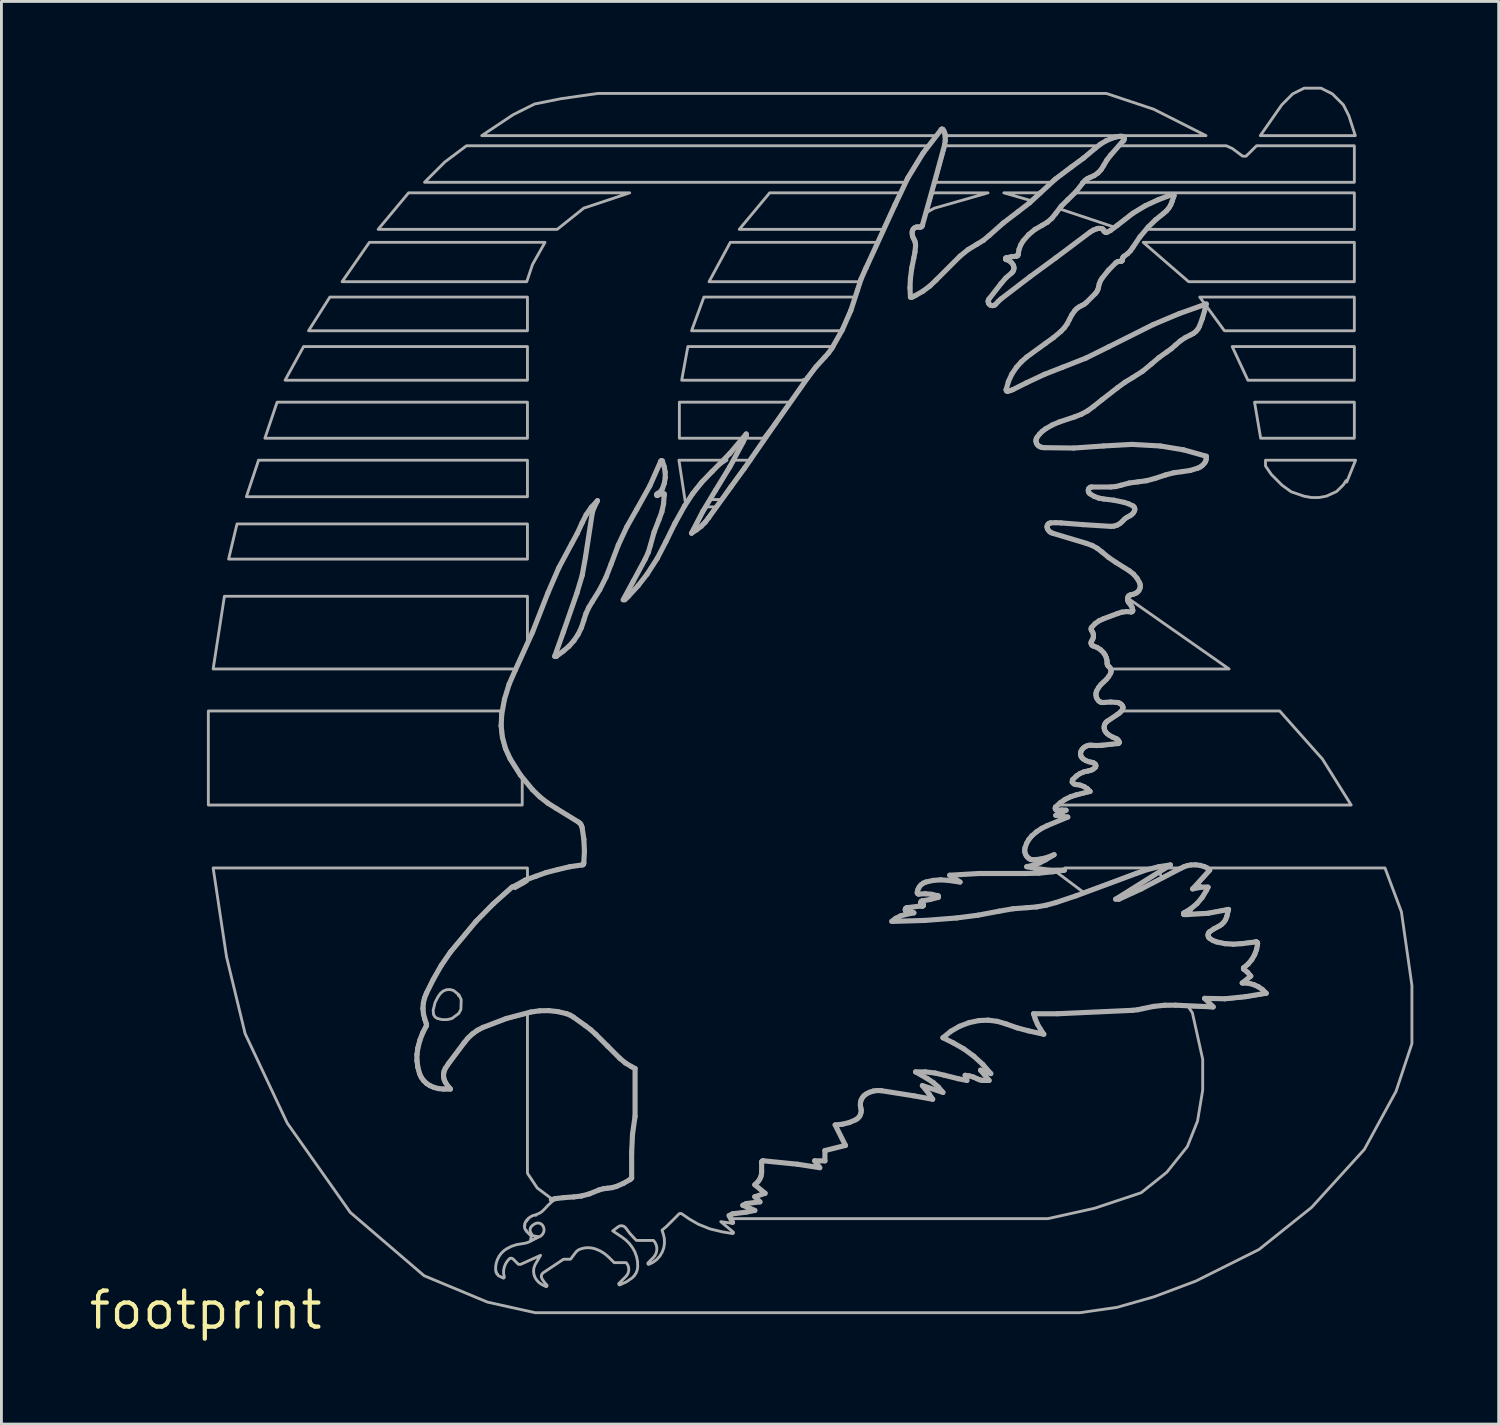
<source format=kicad_pcb>
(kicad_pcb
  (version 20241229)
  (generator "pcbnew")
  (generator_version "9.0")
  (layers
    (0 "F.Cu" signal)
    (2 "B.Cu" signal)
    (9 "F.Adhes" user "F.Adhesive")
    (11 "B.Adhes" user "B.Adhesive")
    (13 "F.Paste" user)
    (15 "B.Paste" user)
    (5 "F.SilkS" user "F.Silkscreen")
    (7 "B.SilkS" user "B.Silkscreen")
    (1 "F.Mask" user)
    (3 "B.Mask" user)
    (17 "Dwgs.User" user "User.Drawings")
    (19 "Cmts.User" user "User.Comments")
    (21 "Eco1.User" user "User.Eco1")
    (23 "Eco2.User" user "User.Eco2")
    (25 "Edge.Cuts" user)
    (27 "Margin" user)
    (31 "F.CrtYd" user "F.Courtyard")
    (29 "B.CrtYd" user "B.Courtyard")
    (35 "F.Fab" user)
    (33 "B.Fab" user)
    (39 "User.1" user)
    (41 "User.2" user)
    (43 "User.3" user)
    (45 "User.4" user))
  (footprint "footprint"
    (layer "F.Cu")
    (at 4.18 43.006)
    (property "Reference" "footprint" (at 0 0 0) (layer "F.SilkS") (effects (font (size 1.27 1.27) (thickness 0.15))))
    (fp_line (start 7.429 -8.762) (end 7.429 -8.99) (stroke (width 0.18) (type solid)) (layer "F.Fab"))
    (fp_line (start 7.429 -8.99) (end 7.46 -9.217) (stroke (width 0.18) (type solid)) (layer "F.Fab"))
    (fp_line (start 7.46 -8.535) (end 7.429 -8.762) (stroke (width 0.18) (type solid)) (layer "F.Fab"))
    (fp_line (start 7.46 -9.217) (end 7.531 -9.488) (stroke (width 0.18) (type solid)) (layer "F.Fab"))
    (fp_line (start 7.52 -8.315) (end 7.46 -8.535) (stroke (width 0.18) (type solid)) (layer "F.Fab"))
    (fp_line (start 7.531 -9.488) (end 7.632 -9.749) (stroke (width 0.18) (type solid)) (layer "F.Fab"))
    (fp_line (start 7.579 -8.186) (end 7.52 -8.315) (stroke (width 0.18) (type solid)) (layer "F.Fab"))
    (fp_line (start 7.632 -9.749) (end 7.761 -9.998) (stroke (width 0.18) (type solid)) (layer "F.Fab"))
    (fp_line (start 7.64 -10.603) (end 7.652 -10.788) (stroke (width 0.18) (type solid)) (layer "F.Fab"))
    (fp_line (start 7.652 -10.788) (end 7.693 -10.969) (stroke (width 0.18) (type solid)) (layer "F.Fab"))
    (fp_line (start 7.656 -10.419) (end 7.64 -10.603) (stroke (width 0.18) (type solid)) (layer "F.Fab"))
    (fp_line (start 7.661 -8.071) (end 7.579 -8.186) (stroke (width 0.18) (type solid)) (layer "F.Fab"))
    (fp_line (start 7.693 -10.969) (end 7.761 -11.141) (stroke (width 0.18) (type solid)) (layer "F.Fab"))
    (fp_line (start 7.701 -10.239) (end 7.656 -10.419) (stroke (width 0.18) (type solid)) (layer "F.Fab"))
    (fp_line (start 7.761 -11.141) (end 8.001 -11.622) (stroke (width 0.18) (type solid)) (layer "F.Fab"))
    (fp_line (start 7.761 -10.059) (end 7.701 -10.239) (stroke (width 0.18) (type solid)) (layer "F.Fab"))
    (fp_line (start 7.761 -9.998) (end 7.761 -10.059) (stroke (width 0.18) (type solid)) (layer "F.Fab"))
    (fp_line (start 7.763 -7.972) (end 7.661 -8.071) (stroke (width 0.18) (type solid)) (layer "F.Fab"))
    (fp_line (start 7.881 -7.894) (end 7.763 -7.972) (stroke (width 0.18) (type solid)) (layer "F.Fab"))
    (fp_line (start 8.001 -11.622) (end 8.281 -12.115) (stroke (width 0.18) (type solid)) (layer "F.Fab"))
    (fp_line (start 8.034 -7.828) (end 7.881 -7.894) (stroke (width 0.18) (type solid)) (layer "F.Fab"))
    (fp_line (start 8.196 -7.787) (end 8.034 -7.828) (stroke (width 0.18) (type solid)) (layer "F.Fab"))
    (fp_line (start 8.281 -12.115) (end 8.602 -12.583) (stroke (width 0.18) (type solid)) (layer "F.Fab"))
    (fp_line (start 8.362 -7.774) (end 8.196 -7.787) (stroke (width 0.18) (type solid)) (layer "F.Fab"))
    (fp_line (start 8.363 -8.305) (end 8.363 -8.205) (stroke (width 0.18) (type solid)) (layer "F.Fab"))
    (fp_line (start 8.363 -8.205) (end 8.383 -8.107) (stroke (width 0.18) (type solid)) (layer "F.Fab"))
    (fp_line (start 8.383 -8.403) (end 8.363 -8.305) (stroke (width 0.18) (type solid)) (layer "F.Fab"))
    (fp_line (start 8.383 -8.107) (end 8.422 -8.014) (stroke (width 0.18) (type solid)) (layer "F.Fab"))
    (fp_line (start 8.422 -8.495) (end 8.383 -8.403) (stroke (width 0.18) (type solid)) (layer "F.Fab"))
    (fp_line (start 8.422 -8.014) (end 8.504 -7.888) (stroke (width 0.18) (type solid)) (layer "F.Fab"))
    (fp_line (start 8.504 -7.888) (end 8.602 -7.774) (stroke (width 0.18) (type solid)) (layer "F.Fab"))
    (fp_line (start 8.542 -8.676) (end 8.422 -8.495) (stroke (width 0.18) (type solid)) (layer "F.Fab"))
    (fp_line (start 8.602 -12.583) (end 9.504 -13.666) (stroke (width 0.18) (type solid)) (layer "F.Fab"))
    (fp_line (start 8.602 -7.774) (end 8.362 -7.774) (stroke (width 0.18) (type solid)) (layer "F.Fab"))
    (fp_line (start 9.083 -9.397) (end 8.542 -8.676) (stroke (width 0.18) (type solid)) (layer "F.Fab"))
    (fp_line (start 9.22 -9.565) (end 9.083 -9.397) (stroke (width 0.18) (type solid)) (layer "F.Fab"))
    (fp_line (start 9.377 -9.712) (end 9.22 -9.565) (stroke (width 0.18) (type solid)) (layer "F.Fab"))
    (fp_line (start 9.504 -13.666) (end 10.116 -14.287) (stroke (width 0.18) (type solid)) (layer "F.Fab"))
    (fp_line (start 9.553 -9.838) (end 9.377 -9.712) (stroke (width 0.18) (type solid)) (layer "F.Fab"))
    (fp_line (start 9.745 -9.938) (end 9.553 -9.838) (stroke (width 0.18) (type solid)) (layer "F.Fab"))
    (fp_line (start 10.116 -14.287) (end 10.767 -14.868) (stroke (width 0.18) (type solid)) (layer "F.Fab"))
    (fp_line (start 10.388 -20.537) (end 10.406 -20.94) (stroke (width 0.18) (type solid)) (layer "F.Fab"))
    (fp_line (start 10.406 -20.94) (end 10.505 -21.479) (stroke (width 0.18) (type solid)) (layer "F.Fab"))
    (fp_line (start 10.433 -20.135) (end 10.388 -20.537) (stroke (width 0.18) (type solid)) (layer "F.Fab"))
    (fp_line (start 10.505 -21.479) (end 10.666 -22.002) (stroke (width 0.18) (type solid)) (layer "F.Fab"))
    (fp_line (start 10.54 -19.745) (end 10.433 -20.135) (stroke (width 0.18) (type solid)) (layer "F.Fab"))
    (fp_line (start 10.572 -10.254) (end 9.745 -9.938) (stroke (width 0.18) (type solid)) (layer "F.Fab"))
    (fp_line (start 10.666 -22.002) (end 10.887 -22.503) (stroke (width 0.18) (type solid)) (layer "F.Fab"))
    (fp_line (start 10.707 -19.377) (end 10.54 -19.745) (stroke (width 0.18) (type solid)) (layer "F.Fab"))
    (fp_line (start 10.767 -14.868) (end 10.819 -14.89) (stroke (width 0.18) (type solid)) (layer "F.Fab"))
    (fp_line (start 10.819 -14.89) (end 10.911 -14.935) (stroke (width 0.18) (type solid)) (layer "F.Fab"))
    (fp_line (start 10.887 -22.503) (end 11.488 -23.826) (stroke (width 0.18) (type solid)) (layer "F.Fab"))
    (fp_line (start 10.911 -14.935) (end 11.225 -15.114) (stroke (width 0.18) (type solid)) (layer "F.Fab"))
    (fp_line (start 11.065 -18.812) (end 10.707 -19.377) (stroke (width 0.18) (type solid)) (layer "F.Fab"))
    (fp_line (start 11.225 -15.114) (end 11.609 -15.253) (stroke (width 0.18) (type solid)) (layer "F.Fab"))
    (fp_line (start 11.428 -10.479) (end 10.572 -10.254) (stroke (width 0.18) (type solid)) (layer "F.Fab"))
    (fp_line (start 11.488 -23.826) (end 12.029 -25.209) (stroke (width 0.18) (type solid)) (layer "F.Fab"))
    (fp_line (start 11.488 -18.295) (end 11.065 -18.812) (stroke (width 0.18) (type solid)) (layer "F.Fab"))
    (fp_line (start 11.609 -15.253) (end 11.964 -15.381) (stroke (width 0.18) (type solid)) (layer "F.Fab"))
    (fp_line (start 11.744 -10.524) (end 11.428 -10.479) (stroke (width 0.18) (type solid)) (layer "F.Fab"))
    (fp_line (start 11.745 -18.045) (end 11.488 -18.295) (stroke (width 0.18) (type solid)) (layer "F.Fab"))
    (fp_line (start 11.964 -15.381) (end 12.38 -15.488) (stroke (width 0.18) (type solid)) (layer "F.Fab"))
    (fp_line (start 12.027 -17.824) (end 11.745 -18.045) (stroke (width 0.18) (type solid)) (layer "F.Fab"))
    (fp_line (start 12.029 -25.209) (end 12.414 -26.098) (stroke (width 0.18) (type solid)) (layer "F.Fab"))
    (fp_line (start 12.063 -10.529) (end 11.744 -10.524) (stroke (width 0.18) (type solid)) (layer "F.Fab"))
    (fp_line (start 12.152 -3.877) (end 12.279 -3.918) (stroke (width 0.18) (type solid)) (layer "F.Fab"))
    (fp_line (start 12.27 -22.984) (end 12.33 -22.984) (stroke (width 0.18) (type solid)) (layer "F.Fab"))
    (fp_line (start 12.279 -3.918) (end 12.588 -3.955) (stroke (width 0.18) (type solid)) (layer "F.Fab"))
    (fp_line (start 12.33 -22.984) (end 12.57 -23.165) (stroke (width 0.18) (type solid)) (layer "F.Fab"))
    (fp_line (start 12.33 -17.634) (end 12.027 -17.824) (stroke (width 0.18) (type solid)) (layer "F.Fab"))
    (fp_line (start 12.38 -15.488) (end 12.802 -15.588) (stroke (width 0.18) (type solid)) (layer "F.Fab"))
    (fp_line (start 12.38 -10.494) (end 12.063 -10.529) (stroke (width 0.18) (type solid)) (layer "F.Fab"))
    (fp_line (start 12.414 -26.098) (end 12.871 -26.952) (stroke (width 0.18) (type solid)) (layer "F.Fab"))
    (fp_line (start 12.57 -23.826) (end 12.27 -22.984) (stroke (width 0.18) (type solid)) (layer "F.Fab"))
    (fp_line (start 12.57 -23.165) (end 12.771 -23.338) (stroke (width 0.18) (type solid)) (layer "F.Fab"))
    (fp_line (start 12.588 -3.955) (end 12.942 -3.98) (stroke (width 0.18) (type solid)) (layer "F.Fab"))
    (fp_line (start 12.691 -10.419) (end 12.38 -10.494) (stroke (width 0.18) (type solid)) (layer "F.Fab"))
    (fp_line (start 12.771 -23.338) (end 12.946 -23.536) (stroke (width 0.18) (type solid)) (layer "F.Fab"))
    (fp_line (start 12.802 -15.588) (end 13.232 -15.65) (stroke (width 0.18) (type solid)) (layer "F.Fab"))
    (fp_line (start 12.816 -10.369) (end 12.691 -10.419) (stroke (width 0.18) (type solid)) (layer "F.Fab"))
    (fp_line (start 12.871 -26.952) (end 13.064 -27.307) (stroke (width 0.18) (type solid)) (layer "F.Fab"))
    (fp_line (start 12.931 -10.299) (end 12.816 -10.369) (stroke (width 0.18) (type solid)) (layer "F.Fab"))
    (fp_line (start 12.942 -3.98) (end 13.212 -4.012) (stroke (width 0.18) (type solid)) (layer "F.Fab"))
    (fp_line (start 12.946 -23.536) (end 13.093 -23.757) (stroke (width 0.18) (type solid)) (layer "F.Fab"))
    (fp_line (start 13.051 -25.209) (end 12.57 -23.826) (stroke (width 0.18) (type solid)) (layer "F.Fab"))
    (fp_line (start 13.064 -27.307) (end 13.232 -27.674) (stroke (width 0.18) (type solid)) (layer "F.Fab"))
    (fp_line (start 13.093 -23.757) (end 13.209 -23.995) (stroke (width 0.18) (type solid)) (layer "F.Fab"))
    (fp_line (start 13.111 -17.153) (end 12.33 -17.634) (stroke (width 0.18) (type solid)) (layer "F.Fab"))
    (fp_line (start 13.167 -17.104) (end 13.111 -17.153) (stroke (width 0.18) (type solid)) (layer "F.Fab"))
    (fp_line (start 13.208 -17.042) (end 13.167 -17.104) (stroke (width 0.18) (type solid)) (layer "F.Fab"))
    (fp_line (start 13.209 -23.995) (end 13.292 -24.247) (stroke (width 0.18) (type solid)) (layer "F.Fab"))
    (fp_line (start 13.212 -4.012) (end 13.489 -4.087) (stroke (width 0.18) (type solid)) (layer "F.Fab"))
    (fp_line (start 13.232 -27.674) (end 13.375 -27.959) (stroke (width 0.18) (type solid)) (layer "F.Fab"))
    (fp_line (start 13.232 -16.972) (end 13.208 -17.042) (stroke (width 0.18) (type solid)) (layer "F.Fab"))
    (fp_line (start 13.232 -15.65) (end 13.254 -15.656) (stroke (width 0.18) (type solid)) (layer "F.Fab"))
    (fp_line (start 13.237 -25.832) (end 13.051 -25.209) (stroke (width 0.18) (type solid)) (layer "F.Fab"))
    (fp_line (start 13.254 -15.656) (end 13.272 -15.669) (stroke (width 0.18) (type solid)) (layer "F.Fab"))
    (fp_line (start 13.272 -15.669) (end 13.286 -15.688) (stroke (width 0.18) (type solid)) (layer "F.Fab"))
    (fp_line (start 13.286 -15.688) (end 13.292 -15.71) (stroke (width 0.18) (type solid)) (layer "F.Fab"))
    (fp_line (start 13.292 -24.247) (end 13.365 -24.479) (stroke (width 0.18) (type solid)) (layer "F.Fab"))
    (fp_line (start 13.292 -15.71) (end 13.315 -16.132) (stroke (width 0.18) (type solid)) (layer "F.Fab"))
    (fp_line (start 13.295 -16.554) (end 13.232 -16.972) (stroke (width 0.18) (type solid)) (layer "F.Fab"))
    (fp_line (start 13.315 -16.132) (end 13.295 -16.554) (stroke (width 0.18) (type solid)) (layer "F.Fab"))
    (fp_line (start 13.352 -26.471) (end 13.237 -25.832) (stroke (width 0.18) (type solid)) (layer "F.Fab"))
    (fp_line (start 13.352 -9.998) (end 12.931 -10.299) (stroke (width 0.18) (type solid)) (layer "F.Fab"))
    (fp_line (start 13.365 -24.479) (end 13.466 -24.7) (stroke (width 0.18) (type solid)) (layer "F.Fab"))
    (fp_line (start 13.375 -27.959) (end 13.556 -28.221) (stroke (width 0.18) (type solid)) (layer "F.Fab"))
    (fp_line (start 13.466 -24.7) (end 13.592 -24.908) (stroke (width 0.18) (type solid)) (layer "F.Fab"))
    (fp_line (start 13.489 -4.087) (end 13.833 -4.227) (stroke (width 0.18) (type solid)) (layer "F.Fab"))
    (fp_line (start 13.539 -9.855) (end 13.352 -9.998) (stroke (width 0.18) (type solid)) (layer "F.Fab"))
    (fp_line (start 13.556 -28.221) (end 13.773 -28.455) (stroke (width 0.18) (type solid)) (layer "F.Fab"))
    (fp_line (start 13.592 -28.034) (end 13.352 -26.471) (stroke (width 0.18) (type solid)) (layer "F.Fab"))
    (fp_line (start 13.592 -24.908) (end 13.854 -25.328) (stroke (width 0.18) (type solid)) (layer "F.Fab"))
    (fp_line (start 13.616 -28.127) (end 13.592 -28.034) (stroke (width 0.18) (type solid)) (layer "F.Fab"))
    (fp_line (start 13.653 -28.215) (end 13.616 -28.127) (stroke (width 0.18) (type solid)) (layer "F.Fab"))
    (fp_line (start 13.713 -9.698) (end 13.539 -9.855) (stroke (width 0.18) (type solid)) (layer "F.Fab"))
    (fp_line (start 13.773 -28.455) (end 13.653 -28.215) (stroke (width 0.18) (type solid)) (layer "F.Fab"))
    (fp_line (start 13.833 -4.227) (end 13.981 -4.268) (stroke (width 0.18) (type solid)) (layer "F.Fab"))
    (fp_line (start 13.854 -25.328) (end 14.075 -25.77) (stroke (width 0.18) (type solid)) (layer "F.Fab"))
    (fp_line (start 13.981 -4.268) (end 14.133 -4.287) (stroke (width 0.18) (type solid)) (layer "F.Fab"))
    (fp_line (start 14.075 -25.77) (end 14.254 -26.231) (stroke (width 0.18) (type solid)) (layer "F.Fab"))
    (fp_line (start 14.133 -9.277) (end 13.713 -9.698) (stroke (width 0.18) (type solid)) (layer "F.Fab"))
    (fp_line (start 14.133 -4.287) (end 14.286 -4.306) (stroke (width 0.18) (type solid)) (layer "F.Fab"))
    (fp_line (start 14.254 -26.231) (end 14.505 -26.895) (stroke (width 0.18) (type solid)) (layer "F.Fab"))
    (fp_line (start 14.286 -4.306) (end 14.434 -4.347) (stroke (width 0.18) (type solid)) (layer "F.Fab"))
    (fp_line (start 14.434 -4.347) (end 14.681 -4.454) (stroke (width 0.18) (type solid)) (layer "F.Fab"))
    (fp_line (start 14.505 -26.895) (end 14.806 -27.537) (stroke (width 0.18) (type solid)) (layer "F.Fab"))
    (fp_line (start 14.554 -8.856) (end 14.133 -9.277) (stroke (width 0.18) (type solid)) (layer "F.Fab"))
    (fp_line (start 14.681 -4.454) (end 14.915 -4.588) (stroke (width 0.18) (type solid)) (layer "F.Fab"))
    (fp_line (start 14.735 -24.968) (end 14.855 -25.089) (stroke (width 0.18) (type solid)) (layer "F.Fab"))
    (fp_line (start 14.753 -8.69) (end 14.554 -8.856) (stroke (width 0.18) (type solid)) (layer "F.Fab"))
    (fp_line (start 14.806 -27.537) (end 15.156 -28.155) (stroke (width 0.18) (type solid)) (layer "F.Fab"))
    (fp_line (start 14.855 -25.089) (end 15.202 -25.466) (stroke (width 0.18) (type solid)) (layer "F.Fab"))
    (fp_line (start 14.915 -4.588) (end 14.948 -4.614) (stroke (width 0.18) (type solid)) (layer "F.Fab"))
    (fp_line (start 14.948 -4.614) (end 14.975 -4.648) (stroke (width 0.18) (type solid)) (layer "F.Fab"))
    (fp_line (start 14.975 -8.556) (end 14.753 -8.69) (stroke (width 0.18) (type solid)) (layer "F.Fab"))
    (fp_line (start 14.975 -5.55) (end 15.005 -6.184) (stroke (width 0.18) (type solid)) (layer "F.Fab"))
    (fp_line (start 14.975 -4.648) (end 14.975 -5.55) (stroke (width 0.18) (type solid)) (layer "F.Fab"))
    (fp_line (start 15.005 -6.184) (end 15.095 -6.812) (stroke (width 0.18) (type solid)) (layer "F.Fab"))
    (fp_line (start 15.035 -25.63) (end 14.674 -24.968) (stroke (width 0.18) (type solid)) (layer "F.Fab"))
    (fp_line (start 15.095 -8.495) (end 14.975 -8.556) (stroke (width 0.18) (type solid)) (layer "F.Fab"))
    (fp_line (start 15.095 -6.812) (end 15.095 -8.495) (stroke (width 0.18) (type solid)) (layer "F.Fab"))
    (fp_line (start 15.156 -28.155) (end 15.614 -28.977) (stroke (width 0.18) (type solid)) (layer "F.Fab"))
    (fp_line (start 15.202 -25.466) (end 15.516 -25.87) (stroke (width 0.18) (type solid)) (layer "F.Fab"))
    (fp_line (start 15.456 -26.411) (end 15.035 -25.63) (stroke (width 0.18) (type solid)) (layer "F.Fab"))
    (fp_line (start 15.516 -25.87) (end 15.874 -26.426) (stroke (width 0.18) (type solid)) (layer "F.Fab"))
    (fp_line (start 15.563 -26.645) (end 15.456 -26.411) (stroke (width 0.18) (type solid)) (layer "F.Fab"))
    (fp_line (start 15.614 -28.977) (end 15.997 -29.838) (stroke (width 0.18) (type solid)) (layer "F.Fab"))
    (fp_line (start 15.636 -26.892) (end 15.563 -26.645) (stroke (width 0.18) (type solid)) (layer "F.Fab"))
    (fp_line (start 15.764 -27.351) (end 15.636 -26.892) (stroke (width 0.18) (type solid)) (layer "F.Fab"))
    (fp_line (start 15.857 -28.666) (end 15.86 -28.653) (stroke (width 0.18) (type solid)) (layer "F.Fab"))
    (fp_line (start 15.86 -28.678) (end 15.857 -28.666) (stroke (width 0.18) (type solid)) (layer "F.Fab"))
    (fp_line (start 15.86 -28.653) (end 15.867 -28.643) (stroke (width 0.18) (type solid)) (layer "F.Fab"))
    (fp_line (start 15.867 -28.689) (end 15.86 -28.678) (stroke (width 0.18) (type solid)) (layer "F.Fab"))
    (fp_line (start 15.867 -28.643) (end 15.877 -28.636) (stroke (width 0.18) (type solid)) (layer "F.Fab"))
    (fp_line (start 15.874 -26.426) (end 16.177 -27.012) (stroke (width 0.18) (type solid)) (layer "F.Fab"))
    (fp_line (start 15.877 -28.696) (end 15.867 -28.689) (stroke (width 0.18) (type solid)) (layer "F.Fab"))
    (fp_line (start 15.877 -28.636) (end 15.997 -28.696) (stroke (width 0.18) (type solid)) (layer "F.Fab"))
    (fp_line (start 15.937 -27.794) (end 15.764 -27.351) (stroke (width 0.18) (type solid)) (layer "F.Fab"))
    (fp_line (start 15.951 -28.741) (end 15.877 -28.696) (stroke (width 0.18) (type solid)) (layer "F.Fab"))
    (fp_line (start 15.997 -29.838) (end 16.004 -29.849) (stroke (width 0.18) (type solid)) (layer "F.Fab"))
    (fp_line (start 15.997 -28.696) (end 16.117 -28.696) (stroke (width 0.18) (type solid)) (layer "F.Fab"))
    (fp_line (start 16.004 -29.849) (end 16.015 -29.856) (stroke (width 0.18) (type solid)) (layer "F.Fab"))
    (fp_line (start 16.012 -28.802) (end 15.951 -28.741) (stroke (width 0.18) (type solid)) (layer "F.Fab"))
    (fp_line (start 16.015 -29.856) (end 16.027 -29.858) (stroke (width 0.18) (type solid)) (layer "F.Fab"))
    (fp_line (start 16.027 -29.858) (end 16.04 -29.856) (stroke (width 0.18) (type solid)) (layer "F.Fab"))
    (fp_line (start 16.037 -28.065) (end 15.937 -27.794) (stroke (width 0.18) (type solid)) (layer "F.Fab"))
    (fp_line (start 16.04 -29.856) (end 16.05 -29.849) (stroke (width 0.18) (type solid)) (layer "F.Fab"))
    (fp_line (start 16.05 -29.849) (end 16.057 -29.838) (stroke (width 0.18) (type solid)) (layer "F.Fab"))
    (fp_line (start 16.057 -29.838) (end 16.117 -29.658) (stroke (width 0.18) (type solid)) (layer "F.Fab"))
    (fp_line (start 16.057 -28.876) (end 16.012 -28.802) (stroke (width 0.18) (type solid)) (layer "F.Fab"))
    (fp_line (start 16.097 -28.347) (end 16.037 -28.065) (stroke (width 0.18) (type solid)) (layer "F.Fab"))
    (fp_line (start 16.117 -29.658) (end 16.154 -29.461) (stroke (width 0.18) (type solid)) (layer "F.Fab"))
    (fp_line (start 16.117 -28.696) (end 16.117 -28.636) (stroke (width 0.18) (type solid)) (layer "F.Fab"))
    (fp_line (start 16.117 -28.636) (end 16.097 -28.347) (stroke (width 0.18) (type solid)) (layer "F.Fab"))
    (fp_line (start 16.123 -29.065) (end 16.057 -28.876) (stroke (width 0.18) (type solid)) (layer "F.Fab"))
    (fp_line (start 16.154 -29.461) (end 16.156 -29.262) (stroke (width 0.18) (type solid)) (layer "F.Fab"))
    (fp_line (start 16.156 -29.262) (end 16.123 -29.065) (stroke (width 0.18) (type solid)) (layer "F.Fab"))
    (fp_line (start 16.177 -27.012) (end 16.492 -27.652) (stroke (width 0.18) (type solid)) (layer "F.Fab"))
    (fp_line (start 16.492 -27.652) (end 16.839 -28.275) (stroke (width 0.18) (type solid)) (layer "F.Fab"))
    (fp_line (start 16.839 -28.275) (end 17.122 -28.705) (stroke (width 0.18) (type solid)) (layer "F.Fab"))
    (fp_line (start 17.079 -27.313) (end 17.26 -27.433) (stroke (width 0.18) (type solid)) (layer "F.Fab"))
    (fp_line (start 17.122 -28.705) (end 17.443 -29.107) (stroke (width 0.18) (type solid)) (layer "F.Fab"))
    (fp_line (start 17.26 -27.433) (end 17.418 -27.555) (stroke (width 0.18) (type solid)) (layer "F.Fab"))
    (fp_line (start 17.418 -27.555) (end 17.559 -27.696) (stroke (width 0.18) (type solid)) (layer "F.Fab"))
    (fp_line (start 17.443 -29.107) (end 17.801 -29.477) (stroke (width 0.18) (type solid)) (layer "F.Fab"))
    (fp_line (start 17.476 -28.078) (end 17.079 -27.313) (stroke (width 0.18) (type solid)) (layer "F.Fab"))
    (fp_line (start 17.559 -27.696) (end 17.68 -27.854) (stroke (width 0.18) (type solid)) (layer "F.Fab"))
    (fp_line (start 17.68 -27.854) (end 18.462 -28.936) (stroke (width 0.18) (type solid)) (layer "F.Fab"))
    (fp_line (start 17.801 -29.477) (end 18.427 -30.116) (stroke (width 0.18) (type solid)) (layer "F.Fab"))
    (fp_line (start 17.921 -28.816) (end 17.476 -28.078) (stroke (width 0.18) (type solid)) (layer "F.Fab"))
    (fp_line (start 18.402 -3.325) (end 18.522 -3.084) (stroke (width 0.18) (type solid)) (layer "F.Fab"))
    (fp_line (start 18.425 -29.644) (end 17.921 -28.816) (stroke (width 0.18) (type solid)) (layer "F.Fab"))
    (fp_line (start 18.427 -30.116) (end 19.003 -30.8) (stroke (width 0.18) (type solid)) (layer "F.Fab"))
    (fp_line (start 18.462 -28.936) (end 18.943 -29.598) (stroke (width 0.18) (type solid)) (layer "F.Fab"))
    (fp_line (start 18.522 -3.385) (end 18.402 -3.325) (stroke (width 0.18) (type solid)) (layer "F.Fab"))
    (fp_line (start 18.883 -30.499) (end 18.425 -29.644) (stroke (width 0.18) (type solid)) (layer "F.Fab"))
    (fp_line (start 18.883 -3.686) (end 19.304 -3.505) (stroke (width 0.18) (type solid)) (layer "F.Fab"))
    (fp_line (start 18.943 -29.598) (end 20.025 -31.161) (stroke (width 0.18) (type solid)) (layer "F.Fab"))
    (fp_line (start 19.003 -30.8) (end 19.003 -30.74) (stroke (width 0.18) (type solid)) (layer "F.Fab"))
    (fp_line (start 19.003 -30.74) (end 18.883 -30.499) (stroke (width 0.18) (type solid)) (layer "F.Fab"))
    (fp_line (start 19.003 -3.746) (end 18.883 -3.686) (stroke (width 0.18) (type solid)) (layer "F.Fab"))
    (fp_line (start 19.003 -3.445) (end 18.522 -3.385) (stroke (width 0.18) (type solid)) (layer "F.Fab"))
    (fp_line (start 19.304 -4.407) (end 19.665 -4.107) (stroke (width 0.18) (type solid)) (layer "F.Fab"))
    (fp_line (start 19.304 -3.986) (end 19.484 -3.806) (stroke (width 0.18) (type solid)) (layer "F.Fab"))
    (fp_line (start 19.304 -3.505) (end 19.003 -3.445) (stroke (width 0.18) (type solid)) (layer "F.Fab"))
    (fp_line (start 19.424 -4.527) (end 19.304 -4.407) (stroke (width 0.18) (type solid)) (layer "F.Fab"))
    (fp_line (start 19.479 -4.607) (end 19.424 -4.527) (stroke (width 0.18) (type solid)) (layer "F.Fab"))
    (fp_line (start 19.484 -3.806) (end 19.003 -3.746) (stroke (width 0.18) (type solid)) (layer "F.Fab"))
    (fp_line (start 19.518 -4.696) (end 19.479 -4.607) (stroke (width 0.18) (type solid)) (layer "F.Fab"))
    (fp_line (start 19.54 -4.791) (end 19.518 -4.696) (stroke (width 0.18) (type solid)) (layer "F.Fab"))
    (fp_line (start 19.544 -5.189) (end 19.544 -4.888) (stroke (width 0.18) (type solid)) (layer "F.Fab"))
    (fp_line (start 19.544 -4.888) (end 19.54 -4.791) (stroke (width 0.18) (type solid)) (layer "F.Fab"))
    (fp_line (start 19.547 -5.208) (end 19.544 -5.189) (stroke (width 0.18) (type solid)) (layer "F.Fab"))
    (fp_line (start 19.555 -5.225) (end 19.547 -5.208) (stroke (width 0.18) (type solid)) (layer "F.Fab"))
    (fp_line (start 19.568 -5.238) (end 19.555 -5.225) (stroke (width 0.18) (type solid)) (layer "F.Fab"))
    (fp_line (start 19.585 -5.247) (end 19.568 -5.238) (stroke (width 0.18) (type solid)) (layer "F.Fab"))
    (fp_line (start 19.604 -5.249) (end 19.585 -5.247) (stroke (width 0.18) (type solid)) (layer "F.Fab"))
    (fp_line (start 19.665 -4.107) (end 19.304 -3.986) (stroke (width 0.18) (type solid)) (layer "F.Fab"))
    (fp_line (start 20.025 -31.161) (end 21.168 -32.784) (stroke (width 0.18) (type solid)) (layer "F.Fab"))
    (fp_line (start 20.807 -5.129) (end 19.604 -5.249) (stroke (width 0.18) (type solid)) (layer "F.Fab"))
    (fp_line (start 21.168 -32.784) (end 21.453 -33.158) (stroke (width 0.18) (type solid)) (layer "F.Fab"))
    (fp_line (start 21.408 -5.249) (end 21.588 -5.008) (stroke (width 0.18) (type solid)) (layer "F.Fab"))
    (fp_line (start 21.453 -33.158) (end 21.769 -33.505) (stroke (width 0.18) (type solid)) (layer "F.Fab"))
    (fp_line (start 21.588 -5.008) (end 20.807 -5.129) (stroke (width 0.18) (type solid)) (layer "F.Fab"))
    (fp_line (start 21.769 -33.505) (end 21.897 -33.649) (stroke (width 0.18) (type solid)) (layer "F.Fab"))
    (fp_line (start 21.769 -5.61) (end 21.769 -5.249) (stroke (width 0.18) (type solid)) (layer "F.Fab"))
    (fp_line (start 21.769 -5.249) (end 21.408 -5.249) (stroke (width 0.18) (type solid)) (layer "F.Fab"))
    (fp_line (start 21.897 -33.649) (end 22.009 -33.806) (stroke (width 0.18) (type solid)) (layer "F.Fab"))
    (fp_line (start 22.009 -33.806) (end 22.378 -34.456) (stroke (width 0.18) (type solid)) (layer "F.Fab"))
    (fp_line (start 22.129 -6.511) (end 22.49 -5.79) (stroke (width 0.18) (type solid)) (layer "F.Fab"))
    (fp_line (start 22.378 -6.534) (end 22.129 -6.511) (stroke (width 0.18) (type solid)) (layer "F.Fab"))
    (fp_line (start 22.378 -34.456) (end 22.68 -35.139) (stroke (width 0.18) (type solid)) (layer "F.Fab"))
    (fp_line (start 22.49 -5.79) (end 21.769 -5.61) (stroke (width 0.18) (type solid)) (layer "F.Fab"))
    (fp_line (start 22.621 -6.594) (end 22.378 -6.534) (stroke (width 0.18) (type solid)) (layer "F.Fab"))
    (fp_line (start 22.68 -35.139) (end 22.911 -35.85) (stroke (width 0.18) (type solid)) (layer "F.Fab"))
    (fp_line (start 22.851 -6.692) (end 22.621 -6.594) (stroke (width 0.18) (type solid)) (layer "F.Fab"))
    (fp_line (start 22.911 -35.85) (end 23.041 -36.248) (stroke (width 0.18) (type solid)) (layer "F.Fab"))
    (fp_line (start 22.919 -6.738) (end 22.851 -6.692) (stroke (width 0.18) (type solid)) (layer "F.Fab"))
    (fp_line (start 22.975 -6.798) (end 22.919 -6.738) (stroke (width 0.18) (type solid)) (layer "F.Fab"))
    (fp_line (start 23.015 -7.203) (end 23.031 -7.113) (stroke (width 0.18) (type solid)) (layer "F.Fab"))
    (fp_line (start 23.016 -6.87) (end 22.975 -6.798) (stroke (width 0.18) (type solid)) (layer "F.Fab"))
    (fp_line (start 23.019 -7.295) (end 23.015 -7.203) (stroke (width 0.18) (type solid)) (layer "F.Fab"))
    (fp_line (start 23.031 -7.113) (end 23.045 -7.032) (stroke (width 0.18) (type solid)) (layer "F.Fab"))
    (fp_line (start 23.04 -6.949) (end 23.016 -6.87) (stroke (width 0.18) (type solid)) (layer "F.Fab"))
    (fp_line (start 23.041 -36.248) (end 23.212 -36.631) (stroke (width 0.18) (type solid)) (layer "F.Fab"))
    (fp_line (start 23.041 -7.383) (end 23.019 -7.295) (stroke (width 0.18) (type solid)) (layer "F.Fab"))
    (fp_line (start 23.045 -7.032) (end 23.04 -6.949) (stroke (width 0.18) (type solid)) (layer "F.Fab"))
    (fp_line (start 23.083 -7.465) (end 23.041 -7.383) (stroke (width 0.18) (type solid)) (layer "F.Fab"))
    (fp_line (start 23.14 -7.536) (end 23.083 -7.465) (stroke (width 0.18) (type solid)) (layer "F.Fab"))
    (fp_line (start 23.212 -36.631) (end 24.234 -38.856) (stroke (width 0.18) (type solid)) (layer "F.Fab"))
    (fp_line (start 23.212 -7.593) (end 23.14 -7.536) (stroke (width 0.18) (type solid)) (layer "F.Fab"))
    (fp_line (start 23.337 -7.659) (end 23.212 -7.593) (stroke (width 0.18) (type solid)) (layer "F.Fab"))
    (fp_line (start 23.471 -7.702) (end 23.337 -7.659) (stroke (width 0.18) (type solid)) (layer "F.Fab"))
    (fp_line (start 23.611 -7.72) (end 23.471 -7.702) (stroke (width 0.18) (type solid)) (layer "F.Fab"))
    (fp_line (start 23.753 -7.714) (end 23.611 -7.72) (stroke (width 0.18) (type solid)) (layer "F.Fab"))
    (fp_line (start 24.174 -13.666) (end 25.287 -13.7) (stroke (width 0.18) (type solid)) (layer "F.Fab"))
    (fp_line (start 24.234 -38.856) (end 24.68 -39.794) (stroke (width 0.18) (type solid)) (layer "F.Fab"))
    (fp_line (start 24.259 -13.774) (end 24.113 -13.666) (stroke (width 0.18) (type solid)) (layer "F.Fab"))
    (fp_line (start 24.421 -13.855) (end 24.259 -13.774) (stroke (width 0.18) (type solid)) (layer "F.Fab"))
    (fp_line (start 24.594 -14.086) (end 24.595 -14.067) (stroke (width 0.18) (type solid)) (layer "F.Fab"))
    (fp_line (start 24.594 -13.906) (end 24.421 -13.855) (stroke (width 0.18) (type solid)) (layer "F.Fab"))
    (fp_line (start 24.595 -14.067) (end 24.604 -14.049) (stroke (width 0.18) (type solid)) (layer "F.Fab"))
    (fp_line (start 24.601 -14.108) (end 24.594 -14.086) (stroke (width 0.18) (type solid)) (layer "F.Fab"))
    (fp_line (start 24.604 -14.049) (end 24.617 -14.036) (stroke (width 0.18) (type solid)) (layer "F.Fab"))
    (fp_line (start 24.614 -14.127) (end 24.601 -14.108) (stroke (width 0.18) (type solid)) (layer "F.Fab"))
    (fp_line (start 24.617 -14.036) (end 24.635 -14.027) (stroke (width 0.18) (type solid)) (layer "F.Fab"))
    (fp_line (start 24.633 -14.14) (end 24.614 -14.127) (stroke (width 0.18) (type solid)) (layer "F.Fab"))
    (fp_line (start 24.635 -14.027) (end 24.654 -14.026) (stroke (width 0.18) (type solid)) (layer "F.Fab"))
    (fp_line (start 24.654 -14.147) (end 24.633 -14.14) (stroke (width 0.18) (type solid)) (layer "F.Fab"))
    (fp_line (start 24.654 -14.026) (end 24.739 -14.026) (stroke (width 0.18) (type solid)) (layer "F.Fab"))
    (fp_line (start 24.68 -39.794) (end 25.223 -40.679) (stroke (width 0.18) (type solid)) (layer "F.Fab"))
    (fp_line (start 24.739 -14.026) (end 24.82 -14.006) (stroke (width 0.18) (type solid)) (layer "F.Fab"))
    (fp_line (start 24.759 -35.94) (end 24.775 -35.61) (stroke (width 0.18) (type solid)) (layer "F.Fab"))
    (fp_line (start 24.775 -36.271) (end 24.759 -35.94) (stroke (width 0.18) (type solid)) (layer "F.Fab"))
    (fp_line (start 24.775 -35.61) (end 24.835 -35.61) (stroke (width 0.18) (type solid)) (layer "F.Fab"))
    (fp_line (start 24.82 -14.006) (end 24.895 -13.966) (stroke (width 0.18) (type solid)) (layer "F.Fab"))
    (fp_line (start 24.822 -36.634) (end 24.775 -36.271) (stroke (width 0.18) (type solid)) (layer "F.Fab"))
    (fp_line (start 24.835 -37.894) (end 24.839 -37.811) (stroke (width 0.18) (type solid)) (layer "F.Fab"))
    (fp_line (start 24.835 -35.61) (end 24.955 -35.67) (stroke (width 0.18) (type solid)) (layer "F.Fab"))
    (fp_line (start 24.839 -37.811) (end 24.859 -37.729) (stroke (width 0.18) (type solid)) (layer "F.Fab"))
    (fp_line (start 24.846 -37.95) (end 24.835 -37.894) (stroke (width 0.18) (type solid)) (layer "F.Fab"))
    (fp_line (start 24.859 -37.729) (end 24.895 -37.654) (stroke (width 0.18) (type solid)) (layer "F.Fab"))
    (fp_line (start 24.873 -38) (end 24.846 -37.95) (stroke (width 0.18) (type solid)) (layer "F.Fab"))
    (fp_line (start 24.895 -37.654) (end 24.931 -37.578) (stroke (width 0.18) (type solid)) (layer "F.Fab"))
    (fp_line (start 24.895 -36.992) (end 24.822 -36.634) (stroke (width 0.18) (type solid)) (layer "F.Fab"))
    (fp_line (start 24.895 -13.966) (end 24.594 -13.906) (stroke (width 0.18) (type solid)) (layer "F.Fab"))
    (fp_line (start 24.895 -7.534) (end 23.753 -7.714) (stroke (width 0.18) (type solid)) (layer "F.Fab"))
    (fp_line (start 24.913 -38.041) (end 24.873 -38) (stroke (width 0.18) (type solid)) (layer "F.Fab"))
    (fp_line (start 24.931 -37.578) (end 24.951 -37.497) (stroke (width 0.18) (type solid)) (layer "F.Fab"))
    (fp_line (start 24.935 -37.201) (end 24.895 -36.992) (stroke (width 0.18) (type solid)) (layer "F.Fab"))
    (fp_line (start 24.951 -37.497) (end 24.955 -37.413) (stroke (width 0.18) (type solid)) (layer "F.Fab"))
    (fp_line (start 24.955 -37.413) (end 24.935 -37.201) (stroke (width 0.18) (type solid)) (layer "F.Fab"))
    (fp_line (start 24.955 -35.67) (end 25.217 -35.821) (stroke (width 0.18) (type solid)) (layer "F.Fab"))
    (fp_line (start 24.955 -8.375) (end 25.376 -8.135) (stroke (width 0.18) (type solid)) (layer "F.Fab"))
    (fp_line (start 24.963 -38.068) (end 24.913 -38.041) (stroke (width 0.18) (type solid)) (layer "F.Fab"))
    (fp_line (start 25.015 -14.688) (end 25.017 -14.668) (stroke (width 0.18) (type solid)) (layer "F.Fab"))
    (fp_line (start 25.017 -14.668) (end 25.024 -14.651) (stroke (width 0.18) (type solid)) (layer "F.Fab"))
    (fp_line (start 25.019 -38.079) (end 24.963 -38.068) (stroke (width 0.18) (type solid)) (layer "F.Fab"))
    (fp_line (start 25.024 -14.651) (end 25.038 -14.637) (stroke (width 0.18) (type solid)) (layer "F.Fab"))
    (fp_line (start 25.038 -14.784) (end 25.015 -14.688) (stroke (width 0.18) (type solid)) (layer "F.Fab"))
    (fp_line (start 25.038 -14.637) (end 25.056 -14.629) (stroke (width 0.18) (type solid)) (layer "F.Fab"))
    (fp_line (start 25.056 -14.629) (end 25.075 -14.628) (stroke (width 0.18) (type solid)) (layer "F.Fab"))
    (fp_line (start 25.075 -38.074) (end 25.019 -38.079) (stroke (width 0.18) (type solid)) (layer "F.Fab"))
    (fp_line (start 25.075 -14.628) (end 25.298 -14.638) (stroke (width 0.18) (type solid)) (layer "F.Fab"))
    (fp_line (start 25.082 -14.873) (end 25.038 -14.784) (stroke (width 0.18) (type solid)) (layer "F.Fab"))
    (fp_line (start 25.105 -38.071) (end 25.075 -38.074) (stroke (width 0.18) (type solid)) (layer "F.Fab"))
    (fp_line (start 25.135 -38.074) (end 25.105 -38.071) (stroke (width 0.18) (type solid)) (layer "F.Fab"))
    (fp_line (start 25.135 -14.327) (end 25.136 -14.307) (stroke (width 0.18) (type solid)) (layer "F.Fab"))
    (fp_line (start 25.135 -14.207) (end 24.654 -14.147) (stroke (width 0.18) (type solid)) (layer "F.Fab"))
    (fp_line (start 25.136 -14.307) (end 25.144 -14.289) (stroke (width 0.18) (type solid)) (layer "F.Fab"))
    (fp_line (start 25.142 -14.349) (end 25.135 -14.327) (stroke (width 0.18) (type solid)) (layer "F.Fab"))
    (fp_line (start 25.144 -14.289) (end 25.158 -14.275) (stroke (width 0.18) (type solid)) (layer "F.Fab"))
    (fp_line (start 25.145 -14.95) (end 25.082 -14.873) (stroke (width 0.18) (type solid)) (layer "F.Fab"))
    (fp_line (start 25.155 -14.367) (end 25.142 -14.349) (stroke (width 0.18) (type solid)) (layer "F.Fab"))
    (fp_line (start 25.158 -14.275) (end 25.176 -14.268) (stroke (width 0.18) (type solid)) (layer "F.Fab"))
    (fp_line (start 25.162 -38.086) (end 25.135 -38.074) (stroke (width 0.18) (type solid)) (layer "F.Fab"))
    (fp_line (start 25.165 -14.209) (end 25.135 -14.207) (stroke (width 0.18) (type solid)) (layer "F.Fab"))
    (fp_line (start 25.174 -14.38) (end 25.155 -14.367) (stroke (width 0.18) (type solid)) (layer "F.Fab"))
    (fp_line (start 25.176 -14.268) (end 25.195 -14.267) (stroke (width 0.18) (type solid)) (layer "F.Fab"))
    (fp_line (start 25.183 -38.107) (end 25.162 -38.086) (stroke (width 0.18) (type solid)) (layer "F.Fab"))
    (fp_line (start 25.195 -38.134) (end 25.183 -38.107) (stroke (width 0.18) (type solid)) (layer "F.Fab"))
    (fp_line (start 25.195 -14.387) (end 25.174 -14.38) (stroke (width 0.18) (type solid)) (layer "F.Fab"))
    (fp_line (start 25.195 -14.267) (end 25.208 -14.266) (stroke (width 0.18) (type solid)) (layer "F.Fab"))
    (fp_line (start 25.195 -14.207) (end 25.165 -14.209) (stroke (width 0.18) (type solid)) (layer "F.Fab"))
    (fp_line (start 25.195 -7.894) (end 25.436 -7.593) (stroke (width 0.18) (type solid)) (layer "F.Fab"))
    (fp_line (start 25.208 -14.266) (end 25.22 -14.26) (stroke (width 0.18) (type solid)) (layer "F.Fab"))
    (fp_line (start 25.208 -14.208) (end 25.195 -14.207) (stroke (width 0.18) (type solid)) (layer "F.Fab"))
    (fp_line (start 25.217 -35.821) (end 25.459 -36.002) (stroke (width 0.18) (type solid)) (layer "F.Fab"))
    (fp_line (start 25.22 -14.26) (end 25.227 -14.25) (stroke (width 0.18) (type solid)) (layer "F.Fab"))
    (fp_line (start 25.22 -14.214) (end 25.208 -14.208) (stroke (width 0.18) (type solid)) (layer "F.Fab"))
    (fp_line (start 25.223 -40.679) (end 25.857 -41.501) (stroke (width 0.18) (type solid)) (layer "F.Fab"))
    (fp_line (start 25.225 -15.009) (end 25.145 -14.95) (stroke (width 0.18) (type solid)) (layer "F.Fab"))
    (fp_line (start 25.227 -14.25) (end 25.23 -14.237) (stroke (width 0.18) (type solid)) (layer "F.Fab"))
    (fp_line (start 25.227 -14.224) (end 25.22 -14.214) (stroke (width 0.18) (type solid)) (layer "F.Fab"))
    (fp_line (start 25.23 -14.237) (end 25.227 -14.224) (stroke (width 0.18) (type solid)) (layer "F.Fab"))
    (fp_line (start 25.287 -13.7) (end 26.398 -13.786) (stroke (width 0.18) (type solid)) (layer "F.Fab"))
    (fp_line (start 25.298 -14.638) (end 25.52 -14.618) (stroke (width 0.18) (type solid)) (layer "F.Fab"))
    (fp_line (start 25.3 -8.375) (end 24.955 -8.375) (stroke (width 0.18) (type solid)) (layer "F.Fab"))
    (fp_line (start 25.316 -15.049) (end 25.225 -15.009) (stroke (width 0.18) (type solid)) (layer "F.Fab"))
    (fp_line (start 25.376 -8.135) (end 25.578 -8) (stroke (width 0.18) (type solid)) (layer "F.Fab"))
    (fp_line (start 25.436 -7.593) (end 25.556 -7.413) (stroke (width 0.18) (type solid)) (layer "F.Fab"))
    (fp_line (start 25.459 -36.002) (end 25.677 -36.211) (stroke (width 0.18) (type solid)) (layer "F.Fab"))
    (fp_line (start 25.468 -14.437) (end 25.195 -14.387) (stroke (width 0.18) (type solid)) (layer "F.Fab"))
    (fp_line (start 25.52 -14.618) (end 25.737 -14.568) (stroke (width 0.18) (type solid)) (layer "F.Fab"))
    (fp_line (start 25.556 -7.413) (end 24.895 -7.534) (stroke (width 0.18) (type solid)) (layer "F.Fab"))
    (fp_line (start 25.572 -15.106) (end 25.316 -15.049) (stroke (width 0.18) (type solid)) (layer "F.Fab"))
    (fp_line (start 25.578 -8) (end 25.759 -7.839) (stroke (width 0.18) (type solid)) (layer "F.Fab"))
    (fp_line (start 25.616 -39.637) (end 25.195 -38.134) (stroke (width 0.18) (type solid)) (layer "F.Fab"))
    (fp_line (start 25.642 -8.335) (end 25.3 -8.375) (stroke (width 0.18) (type solid)) (layer "F.Fab"))
    (fp_line (start 25.677 -36.211) (end 26.518 -37.052) (stroke (width 0.18) (type solid)) (layer "F.Fab"))
    (fp_line (start 25.737 -14.568) (end 25.749 -14.561) (stroke (width 0.18) (type solid)) (layer "F.Fab"))
    (fp_line (start 25.737 -14.507) (end 25.468 -14.437) (stroke (width 0.18) (type solid)) (layer "F.Fab"))
    (fp_line (start 25.749 -14.561) (end 25.756 -14.551) (stroke (width 0.18) (type solid)) (layer "F.Fab"))
    (fp_line (start 25.749 -14.514) (end 25.737 -14.507) (stroke (width 0.18) (type solid)) (layer "F.Fab"))
    (fp_line (start 25.756 -14.551) (end 25.759 -14.538) (stroke (width 0.18) (type solid)) (layer "F.Fab"))
    (fp_line (start 25.756 -14.524) (end 25.749 -14.514) (stroke (width 0.18) (type solid)) (layer "F.Fab"))
    (fp_line (start 25.759 -14.538) (end 25.756 -14.524) (stroke (width 0.18) (type solid)) (layer "F.Fab"))
    (fp_line (start 25.759 -7.839) (end 25.917 -7.654) (stroke (width 0.18) (type solid)) (layer "F.Fab"))
    (fp_line (start 25.835 -15.127) (end 25.572 -15.106) (stroke (width 0.18) (type solid)) (layer "F.Fab"))
    (fp_line (start 25.857 -41.501) (end 25.87 -41.511) (stroke (width 0.18) (type solid)) (layer "F.Fab"))
    (fp_line (start 25.87 -41.511) (end 25.887 -41.515) (stroke (width 0.18) (type solid)) (layer "F.Fab"))
    (fp_line (start 25.887 -41.515) (end 25.903 -41.511) (stroke (width 0.18) (type solid)) (layer "F.Fab"))
    (fp_line (start 25.903 -41.511) (end 25.917 -41.501) (stroke (width 0.18) (type solid)) (layer "F.Fab"))
    (fp_line (start 25.917 -41.501) (end 25.954 -41.445) (stroke (width 0.18) (type solid)) (layer "F.Fab"))
    (fp_line (start 25.917 -9.577) (end 26.278 -9.397) (stroke (width 0.18) (type solid)) (layer "F.Fab"))
    (fp_line (start 25.917 -7.654) (end 25.195 -7.894) (stroke (width 0.18) (type solid)) (layer "F.Fab"))
    (fp_line (start 25.954 -41.445) (end 25.977 -41.381) (stroke (width 0.18) (type solid)) (layer "F.Fab"))
    (fp_line (start 25.977 -41.381) (end 25.998 -41.241) (stroke (width 0.18) (type solid)) (layer "F.Fab"))
    (fp_line (start 25.977 -40.96) (end 25.616 -39.637) (stroke (width 0.18) (type solid)) (layer "F.Fab"))
    (fp_line (start 25.977 -8.255) (end 25.642 -8.335) (stroke (width 0.18) (type solid)) (layer "F.Fab"))
    (fp_line (start 25.998 -41.241) (end 25.998 -41.1) (stroke (width 0.18) (type solid)) (layer "F.Fab"))
    (fp_line (start 25.998 -41.1) (end 25.977 -40.96) (stroke (width 0.18) (type solid)) (layer "F.Fab"))
    (fp_line (start 26.097 -15.108) (end 25.835 -15.127) (stroke (width 0.18) (type solid)) (layer "F.Fab"))
    (fp_line (start 26.157 -15.289) (end 26.518 -15.049) (stroke (width 0.18) (type solid)) (layer "F.Fab"))
    (fp_line (start 26.193 -9.801) (end 25.917 -9.577) (stroke (width 0.18) (type solid)) (layer "F.Fab"))
    (fp_line (start 26.278 -9.397) (end 26.652 -9.184) (stroke (width 0.18) (type solid)) (layer "F.Fab"))
    (fp_line (start 26.398 -13.786) (end 27.153 -13.884) (stroke (width 0.18) (type solid)) (layer "F.Fab"))
    (fp_line (start 26.458 -8.135) (end 25.977 -8.255) (stroke (width 0.18) (type solid)) (layer "F.Fab"))
    (fp_line (start 26.501 -9.978) (end 26.193 -9.801) (stroke (width 0.18) (type solid)) (layer "F.Fab"))
    (fp_line (start 26.518 -37.052) (end 26.805 -37.283) (stroke (width 0.18) (type solid)) (layer "F.Fab"))
    (fp_line (start 26.518 -15.049) (end 26.097 -15.108) (stroke (width 0.18) (type solid)) (layer "F.Fab"))
    (fp_line (start 26.652 -9.184) (end 26.999 -8.93) (stroke (width 0.18) (type solid)) (layer "F.Fab"))
    (fp_line (start 26.698 -8.255) (end 26.759 -8.074) (stroke (width 0.18) (type solid)) (layer "F.Fab"))
    (fp_line (start 26.759 -8.074) (end 26.458 -8.135) (stroke (width 0.18) (type solid)) (layer "F.Fab"))
    (fp_line (start 26.805 -37.283) (end 27.119 -37.473) (stroke (width 0.18) (type solid)) (layer "F.Fab"))
    (fp_line (start 26.832 -10.105) (end 26.501 -9.978) (stroke (width 0.18) (type solid)) (layer "F.Fab"))
    (fp_line (start 26.844 -8.235) (end 26.698 -8.255) (stroke (width 0.18) (type solid)) (layer "F.Fab"))
    (fp_line (start 26.985 -8.195) (end 26.844 -8.235) (stroke (width 0.18) (type solid)) (layer "F.Fab"))
    (fp_line (start 26.999 -8.93) (end 27.317 -8.639) (stroke (width 0.18) (type solid)) (layer "F.Fab"))
    (fp_line (start 27.119 -37.473) (end 27.341 -37.608) (stroke (width 0.18) (type solid)) (layer "F.Fab"))
    (fp_line (start 27.119 -8.135) (end 26.985 -8.195) (stroke (width 0.18) (type solid)) (layer "F.Fab"))
    (fp_line (start 27.153 -13.884) (end 27.901 -14.026) (stroke (width 0.18) (type solid)) (layer "F.Fab"))
    (fp_line (start 27.18 -15.349) (end 26.157 -15.289) (stroke (width 0.18) (type solid)) (layer "F.Fab"))
    (fp_line (start 27.18 -10.179) (end 26.832 -10.105) (stroke (width 0.18) (type solid)) (layer "F.Fab"))
    (fp_line (start 27.196 -8.101) (end 27.119 -8.135) (stroke (width 0.18) (type solid)) (layer "F.Fab"))
    (fp_line (start 27.24 -8.435) (end 27.54 -8.074) (stroke (width 0.18) (type solid)) (layer "F.Fab"))
    (fp_line (start 27.277 -8.081) (end 27.196 -8.101) (stroke (width 0.18) (type solid)) (layer "F.Fab"))
    (fp_line (start 27.317 -8.639) (end 27.6 -8.315) (stroke (width 0.18) (type solid)) (layer "F.Fab"))
    (fp_line (start 27.341 -37.608) (end 27.54 -37.774) (stroke (width 0.18) (type solid)) (layer "F.Fab"))
    (fp_line (start 27.36 -8.074) (end 27.277 -8.081) (stroke (width 0.18) (type solid)) (layer "F.Fab"))
    (fp_line (start 27.506 -10.194) (end 27.18 -10.179) (stroke (width 0.18) (type solid)) (layer "F.Fab"))
    (fp_line (start 27.509 -35.479) (end 27.509 -35.44) (stroke (width 0.18) (type solid)) (layer "F.Fab"))
    (fp_line (start 27.509 -35.44) (end 27.52 -35.402) (stroke (width 0.18) (type solid)) (layer "F.Fab"))
    (fp_line (start 27.52 -35.516) (end 27.509 -35.479) (stroke (width 0.18) (type solid)) (layer "F.Fab"))
    (fp_line (start 27.52 -35.402) (end 27.54 -35.369) (stroke (width 0.18) (type solid)) (layer "F.Fab"))
    (fp_line (start 27.54 -37.774) (end 28.035 -38.214) (stroke (width 0.18) (type solid)) (layer "F.Fab"))
    (fp_line (start 27.54 -35.549) (end 27.52 -35.516) (stroke (width 0.18) (type solid)) (layer "F.Fab"))
    (fp_line (start 27.54 -35.369) (end 27.574 -35.338) (stroke (width 0.18) (type solid)) (layer "F.Fab"))
    (fp_line (start 27.54 -8.074) (end 27.36 -8.074) (stroke (width 0.18) (type solid)) (layer "F.Fab"))
    (fp_line (start 27.574 -35.338) (end 27.615 -35.319) (stroke (width 0.18) (type solid)) (layer "F.Fab"))
    (fp_line (start 27.6 -8.315) (end 27.24 -8.435) (stroke (width 0.18) (type solid)) (layer "F.Fab"))
    (fp_line (start 27.615 -35.319) (end 27.66 -35.312) (stroke (width 0.18) (type solid)) (layer "F.Fab"))
    (fp_line (start 27.66 -35.312) (end 27.706 -35.319) (stroke (width 0.18) (type solid)) (layer "F.Fab"))
    (fp_line (start 27.706 -35.319) (end 27.747 -35.338) (stroke (width 0.18) (type solid)) (layer "F.Fab"))
    (fp_line (start 27.747 -35.338) (end 27.781 -35.369) (stroke (width 0.18) (type solid)) (layer "F.Fab"))
    (fp_line (start 27.781 -35.369) (end 27.866 -35.464) (stroke (width 0.18) (type solid)) (layer "F.Fab"))
    (fp_line (start 27.829 -10.153) (end 27.506 -10.194) (stroke (width 0.18) (type solid)) (layer "F.Fab"))
    (fp_line (start 27.866 -35.464) (end 27.961 -35.549) (stroke (width 0.18) (type solid)) (layer "F.Fab"))
    (fp_line (start 27.901 -14.026) (end 28.379 -14.109) (stroke (width 0.18) (type solid)) (layer "F.Fab"))
    (fp_line (start 27.961 -36.09) (end 27.54 -35.549) (stroke (width 0.18) (type solid)) (layer "F.Fab"))
    (fp_line (start 27.961 -35.549) (end 28.983 -36.331) (stroke (width 0.18) (type solid)) (layer "F.Fab"))
    (fp_line (start 28.035 -38.214) (end 28.562 -38.616) (stroke (width 0.18) (type solid)) (layer "F.Fab"))
    (fp_line (start 28.118 -36.962) (end 28.121 -36.949) (stroke (width 0.18) (type solid)) (layer "F.Fab"))
    (fp_line (start 28.121 -36.975) (end 28.118 -36.962) (stroke (width 0.18) (type solid)) (layer "F.Fab"))
    (fp_line (start 28.121 -36.949) (end 28.129 -36.938) (stroke (width 0.18) (type solid)) (layer "F.Fab"))
    (fp_line (start 28.128 -36.284) (end 27.961 -36.09) (stroke (width 0.18) (type solid)) (layer "F.Fab"))
    (fp_line (start 28.129 -36.986) (end 28.121 -36.975) (stroke (width 0.18) (type solid)) (layer "F.Fab"))
    (fp_line (start 28.129 -36.938) (end 28.141 -36.932) (stroke (width 0.18) (type solid)) (layer "F.Fab"))
    (fp_line (start 28.141 -36.992) (end 28.129 -36.986) (stroke (width 0.18) (type solid)) (layer "F.Fab"))
    (fp_line (start 28.141 -36.932) (end 28.214 -36.906) (stroke (width 0.18) (type solid)) (layer "F.Fab"))
    (fp_line (start 28.141 -32.363) (end 28.142 -32.343) (stroke (width 0.18) (type solid)) (layer "F.Fab"))
    (fp_line (start 28.141 -10.059) (end 27.829 -10.153) (stroke (width 0.18) (type solid)) (layer "F.Fab"))
    (fp_line (start 28.142 -32.343) (end 28.149 -32.325) (stroke (width 0.18) (type solid)) (layer "F.Fab"))
    (fp_line (start 28.149 -32.325) (end 28.163 -32.311) (stroke (width 0.18) (type solid)) (layer "F.Fab"))
    (fp_line (start 28.163 -32.311) (end 28.181 -32.303) (stroke (width 0.18) (type solid)) (layer "F.Fab"))
    (fp_line (start 28.181 -32.303) (end 28.201 -32.303) (stroke (width 0.18) (type solid)) (layer "F.Fab"))
    (fp_line (start 28.201 -32.303) (end 28.294 -32.327) (stroke (width 0.18) (type solid)) (layer "F.Fab"))
    (fp_line (start 28.214 -36.906) (end 28.279 -36.866) (stroke (width 0.18) (type solid)) (layer "F.Fab"))
    (fp_line (start 28.219 -32.642) (end 28.141 -32.363) (stroke (width 0.18) (type solid)) (layer "F.Fab"))
    (fp_line (start 28.279 -36.866) (end 28.336 -36.814) (stroke (width 0.18) (type solid)) (layer "F.Fab"))
    (fp_line (start 28.294 -32.327) (end 28.382 -32.363) (stroke (width 0.18) (type solid)) (layer "F.Fab"))
    (fp_line (start 28.32 -37.031) (end 28.141 -36.992) (stroke (width 0.18) (type solid)) (layer "F.Fab"))
    (fp_line (start 28.322 -36.451) (end 28.128 -36.284) (stroke (width 0.18) (type solid)) (layer "F.Fab"))
    (fp_line (start 28.336 -36.814) (end 28.382 -36.752) (stroke (width 0.18) (type solid)) (layer "F.Fab"))
    (fp_line (start 28.34 -32.905) (end 28.219 -32.642) (stroke (width 0.18) (type solid)) (layer "F.Fab"))
    (fp_line (start 28.362 -36.49) (end 28.322 -36.451) (stroke (width 0.18) (type solid)) (layer "F.Fab"))
    (fp_line (start 28.379 -14.109) (end 28.863 -14.147) (stroke (width 0.18) (type solid)) (layer "F.Fab"))
    (fp_line (start 28.382 -36.752) (end 28.404 -36.701) (stroke (width 0.18) (type solid)) (layer "F.Fab"))
    (fp_line (start 28.382 -32.363) (end 28.863 -32.604) (stroke (width 0.18) (type solid)) (layer "F.Fab"))
    (fp_line (start 28.392 -36.537) (end 28.362 -36.49) (stroke (width 0.18) (type solid)) (layer "F.Fab"))
    (fp_line (start 28.404 -36.701) (end 28.414 -36.645) (stroke (width 0.18) (type solid)) (layer "F.Fab"))
    (fp_line (start 28.41 -36.59) (end 28.392 -36.537) (stroke (width 0.18) (type solid)) (layer "F.Fab"))
    (fp_line (start 28.414 -36.645) (end 28.41 -36.59) (stroke (width 0.18) (type solid)) (layer "F.Fab"))
    (fp_line (start 28.502 -37.052) (end 28.32 -37.031) (stroke (width 0.18) (type solid)) (layer "F.Fab"))
    (fp_line (start 28.502 -33.145) (end 28.34 -32.905) (stroke (width 0.18) (type solid)) (layer "F.Fab"))
    (fp_line (start 28.524 -37.058) (end 28.502 -37.052) (stroke (width 0.18) (type solid)) (layer "F.Fab"))
    (fp_line (start 28.527 -9.923) (end 28.141 -10.059) (stroke (width 0.18) (type solid)) (layer "F.Fab"))
    (fp_line (start 28.543 -37.071) (end 28.524 -37.058) (stroke (width 0.18) (type solid)) (layer "F.Fab"))
    (fp_line (start 28.557 -37.09) (end 28.543 -37.071) (stroke (width 0.18) (type solid)) (layer "F.Fab"))
    (fp_line (start 28.562 -38.616) (end 28.968 -38.929) (stroke (width 0.18) (type solid)) (layer "F.Fab"))
    (fp_line (start 28.562 -37.113) (end 28.557 -37.09) (stroke (width 0.18) (type solid)) (layer "F.Fab"))
    (fp_line (start 28.592 -37.284) (end 28.562 -37.113) (stroke (width 0.18) (type solid)) (layer "F.Fab"))
    (fp_line (start 28.652 -37.446) (end 28.592 -37.284) (stroke (width 0.18) (type solid)) (layer "F.Fab"))
    (fp_line (start 28.672 -33.335) (end 28.502 -33.145) (stroke (width 0.18) (type solid)) (layer "F.Fab"))
    (fp_line (start 28.743 -37.593) (end 28.652 -37.446) (stroke (width 0.18) (type solid)) (layer "F.Fab"))
    (fp_line (start 28.792 -16.172) (end 28.799 -16.092) (stroke (width 0.18) (type solid)) (layer "F.Fab"))
    (fp_line (start 28.799 -16.092) (end 28.825 -16.015) (stroke (width 0.18) (type solid)) (layer "F.Fab"))
    (fp_line (start 28.803 -16.251) (end 28.792 -16.172) (stroke (width 0.18) (type solid)) (layer "F.Fab"))
    (fp_line (start 28.803 -15.349) (end 27.18 -15.349) (stroke (width 0.18) (type solid)) (layer "F.Fab"))
    (fp_line (start 28.825 -16.015) (end 28.867 -15.947) (stroke (width 0.18) (type solid)) (layer "F.Fab"))
    (fp_line (start 28.857 -16.405) (end 28.803 -16.251) (stroke (width 0.18) (type solid)) (layer "F.Fab"))
    (fp_line (start 28.863 -33.505) (end 28.672 -33.335) (stroke (width 0.18) (type solid)) (layer "F.Fab"))
    (fp_line (start 28.863 -32.604) (end 29.485 -32.896) (stroke (width 0.18) (type solid)) (layer "F.Fab"))
    (fp_line (start 28.863 -15.589) (end 29.163 -15.529) (stroke (width 0.18) (type solid)) (layer "F.Fab"))
    (fp_line (start 28.863 -14.147) (end 29.209 -14.174) (stroke (width 0.18) (type solid)) (layer "F.Fab"))
    (fp_line (start 28.867 -15.947) (end 28.923 -15.89) (stroke (width 0.18) (type solid)) (layer "F.Fab"))
    (fp_line (start 28.923 -15.89) (end 28.978 -15.856) (stroke (width 0.18) (type solid)) (layer "F.Fab"))
    (fp_line (start 28.923 -9.818) (end 28.527 -9.923) (stroke (width 0.18) (type solid)) (layer "F.Fab"))
    (fp_line (start 28.933 -37.809) (end 28.743 -37.593) (stroke (width 0.18) (type solid)) (layer "F.Fab"))
    (fp_line (start 28.938 -16.547) (end 28.857 -16.405) (stroke (width 0.18) (type solid)) (layer "F.Fab"))
    (fp_line (start 28.968 -38.929) (end 29.344 -39.277) (stroke (width 0.18) (type solid)) (layer "F.Fab"))
    (fp_line (start 28.978 -15.856) (end 29.039 -15.835) (stroke (width 0.18) (type solid)) (layer "F.Fab"))
    (fp_line (start 28.983 -36.331) (end 29.885 -36.992) (stroke (width 0.18) (type solid)) (layer "F.Fab"))
    (fp_line (start 29.039 -15.835) (end 29.103 -15.83) (stroke (width 0.18) (type solid)) (layer "F.Fab"))
    (fp_line (start 29.043 -16.672) (end 28.938 -16.547) (stroke (width 0.18) (type solid)) (layer "F.Fab"))
    (fp_line (start 29.093 -15.641) (end 28.863 -15.589) (stroke (width 0.18) (type solid)) (layer "F.Fab"))
    (fp_line (start 29.103 -15.83) (end 29.351 -15.857) (stroke (width 0.18) (type solid)) (layer "F.Fab"))
    (fp_line (start 29.103 -10.419) (end 29.163 -10.239) (stroke (width 0.18) (type solid)) (layer "F.Fab"))
    (fp_line (start 29.155 -37.991) (end 28.933 -37.809) (stroke (width 0.18) (type solid)) (layer "F.Fab"))
    (fp_line (start 29.163 -15.529) (end 29.673 -15.464) (stroke (width 0.18) (type solid)) (layer "F.Fab"))
    (fp_line (start 29.163 -10.239) (end 29.241 -10.052) (stroke (width 0.18) (type solid)) (layer "F.Fab"))
    (fp_line (start 29.188 -30.573) (end 29.192 -30.517) (stroke (width 0.18) (type solid)) (layer "F.Fab"))
    (fp_line (start 29.192 -30.517) (end 29.21 -30.464) (stroke (width 0.18) (type solid)) (layer "F.Fab"))
    (fp_line (start 29.199 -30.629) (end 29.188 -30.573) (stroke (width 0.18) (type solid)) (layer "F.Fab"))
    (fp_line (start 29.208 -16.815) (end 29.043 -16.672) (stroke (width 0.18) (type solid)) (layer "F.Fab"))
    (fp_line (start 29.209 -14.174) (end 29.55 -14.235) (stroke (width 0.18) (type solid)) (layer "F.Fab"))
    (fp_line (start 29.21 -30.464) (end 29.241 -30.417) (stroke (width 0.18) (type solid)) (layer "F.Fab"))
    (fp_line (start 29.224 -30.68) (end 29.199 -30.629) (stroke (width 0.18) (type solid)) (layer "F.Fab"))
    (fp_line (start 29.241 -10.052) (end 29.344 -9.878) (stroke (width 0.18) (type solid)) (layer "F.Fab"))
    (fp_line (start 29.241 -30.417) (end 29.284 -30.379) (stroke (width 0.18) (type solid)) (layer "F.Fab"))
    (fp_line (start 29.284 -30.379) (end 29.34 -30.348) (stroke (width 0.18) (type solid)) (layer "F.Fab"))
    (fp_line (start 29.285 -15.36) (end 28.803 -15.349) (stroke (width 0.18) (type solid)) (layer "F.Fab"))
    (fp_line (start 29.31 -30.793) (end 29.224 -30.68) (stroke (width 0.18) (type solid)) (layer "F.Fab"))
    (fp_line (start 29.315 -15.722) (end 29.093 -15.641) (stroke (width 0.18) (type solid)) (layer "F.Fab"))
    (fp_line (start 29.34 -30.348) (end 29.401 -30.328) (stroke (width 0.18) (type solid)) (layer "F.Fab"))
    (fp_line (start 29.344 -39.277) (end 29.863 -39.754) (stroke (width 0.18) (type solid)) (layer "F.Fab"))
    (fp_line (start 29.344 -9.878) (end 29.464 -9.698) (stroke (width 0.18) (type solid)) (layer "F.Fab"))
    (fp_line (start 29.351 -15.857) (end 29.593 -15.917) (stroke (width 0.18) (type solid)) (layer "F.Fab"))
    (fp_line (start 29.389 -16.936) (end 29.208 -16.815) (stroke (width 0.18) (type solid)) (layer "F.Fab"))
    (fp_line (start 29.401 -30.328) (end 29.464 -30.319) (stroke (width 0.18) (type solid)) (layer "F.Fab"))
    (fp_line (start 29.404 -38.134) (end 29.155 -37.991) (stroke (width 0.18) (type solid)) (layer "F.Fab"))
    (fp_line (start 29.411 -30.894) (end 29.31 -30.793) (stroke (width 0.18) (type solid)) (layer "F.Fab"))
    (fp_line (start 29.464 -30.319) (end 30.518 -30.306) (stroke (width 0.18) (type solid)) (layer "F.Fab"))
    (fp_line (start 29.464 -9.698) (end 28.923 -9.818) (stroke (width 0.18) (type solid)) (layer "F.Fab"))
    (fp_line (start 29.485 -32.896) (end 30.125 -33.145) (stroke (width 0.18) (type solid)) (layer "F.Fab"))
    (fp_line (start 29.524 -33.986) (end 28.863 -33.505) (stroke (width 0.18) (type solid)) (layer "F.Fab"))
    (fp_line (start 29.524 -30.98) (end 29.411 -30.894) (stroke (width 0.18) (type solid)) (layer "F.Fab"))
    (fp_line (start 29.524 -15.83) (end 29.315 -15.722) (stroke (width 0.18) (type solid)) (layer "F.Fab"))
    (fp_line (start 29.55 -14.235) (end 29.885 -14.327) (stroke (width 0.18) (type solid)) (layer "F.Fab"))
    (fp_line (start 29.578 -27.534) (end 29.584 -27.493) (stroke (width 0.18) (type solid)) (layer "F.Fab"))
    (fp_line (start 29.584 -27.575) (end 29.578 -27.534) (stroke (width 0.18) (type solid)) (layer "F.Fab"))
    (fp_line (start 29.584 -27.493) (end 29.612 -27.433) (stroke (width 0.18) (type solid)) (layer "F.Fab"))
    (fp_line (start 29.584 -17.032) (end 29.389 -16.936) (stroke (width 0.18) (type solid)) (layer "F.Fab"))
    (fp_line (start 29.589 -38.244) (end 29.404 -38.134) (stroke (width 0.18) (type solid)) (layer "F.Fab"))
    (fp_line (start 29.593 -15.917) (end 29.825 -16.01) (stroke (width 0.18) (type solid)) (layer "F.Fab"))
    (fp_line (start 29.601 -27.612) (end 29.584 -27.575) (stroke (width 0.18) (type solid)) (layer "F.Fab"))
    (fp_line (start 29.612 -27.433) (end 29.653 -27.381) (stroke (width 0.18) (type solid)) (layer "F.Fab"))
    (fp_line (start 29.629 -27.643) (end 29.601 -27.612) (stroke (width 0.18) (type solid)) (layer "F.Fab"))
    (fp_line (start 29.653 -27.381) (end 29.705 -27.34) (stroke (width 0.18) (type solid)) (layer "F.Fab"))
    (fp_line (start 29.664 -27.664) (end 29.629 -27.643) (stroke (width 0.18) (type solid)) (layer "F.Fab"))
    (fp_line (start 29.673 -15.464) (end 30.186 -15.469) (stroke (width 0.18) (type solid)) (layer "F.Fab"))
    (fp_line (start 29.704 -27.674) (end 29.664 -27.664) (stroke (width 0.18) (type solid)) (layer "F.Fab"))
    (fp_line (start 29.705 -27.34) (end 29.765 -27.313) (stroke (width 0.18) (type solid)) (layer "F.Fab"))
    (fp_line (start 29.751 -38.386) (end 29.589 -38.244) (stroke (width 0.18) (type solid)) (layer "F.Fab"))
    (fp_line (start 29.758 -31.115) (end 29.524 -30.98) (stroke (width 0.18) (type solid)) (layer "F.Fab"))
    (fp_line (start 29.765 -27.313) (end 30.967 -26.952) (stroke (width 0.18) (type solid)) (layer "F.Fab"))
    (fp_line (start 29.765 -15.409) (end 29.285 -15.36) (stroke (width 0.18) (type solid)) (layer "F.Fab"))
    (fp_line (start 29.803 -34.186) (end 29.524 -33.986) (stroke (width 0.18) (type solid)) (layer "F.Fab"))
    (fp_line (start 29.825 -16.01) (end 29.524 -15.83) (stroke (width 0.18) (type solid)) (layer "F.Fab"))
    (fp_line (start 29.863 -39.754) (end 30.426 -40.179) (stroke (width 0.18) (type solid)) (layer "F.Fab"))
    (fp_line (start 29.866 -17.649) (end 29.869 -17.624) (stroke (width 0.18) (type solid)) (layer "F.Fab"))
    (fp_line (start 29.869 -17.624) (end 29.88 -17.602) (stroke (width 0.18) (type solid)) (layer "F.Fab"))
    (fp_line (start 29.871 -17.673) (end 29.866 -17.649) (stroke (width 0.18) (type solid)) (layer "F.Fab"))
    (fp_line (start 29.88 -17.602) (end 29.898 -17.585) (stroke (width 0.18) (type solid)) (layer "F.Fab"))
    (fp_line (start 29.885 -27.682) (end 29.704 -27.674) (stroke (width 0.18) (type solid)) (layer "F.Fab"))
    (fp_line (start 29.885 -38.555) (end 29.751 -38.386) (stroke (width 0.18) (type solid)) (layer "F.Fab"))
    (fp_line (start 29.885 -36.992) (end 31.087 -37.894) (stroke (width 0.18) (type solid)) (layer "F.Fab"))
    (fp_line (start 29.885 -17.694) (end 29.871 -17.673) (stroke (width 0.18) (type solid)) (layer "F.Fab"))
    (fp_line (start 29.885 -17.393) (end 30.306 -17.333) (stroke (width 0.18) (type solid)) (layer "F.Fab"))
    (fp_line (start 29.885 -14.327) (end 30.606 -14.568) (stroke (width 0.18) (type solid)) (layer "F.Fab"))
    (fp_line (start 29.898 -17.585) (end 29.92 -17.575) (stroke (width 0.18) (type solid)) (layer "F.Fab"))
    (fp_line (start 29.92 -17.575) (end 29.945 -17.574) (stroke (width 0.18) (type solid)) (layer "F.Fab"))
    (fp_line (start 29.945 -17.574) (end 30.096 -17.582) (stroke (width 0.18) (type solid)) (layer "F.Fab"))
    (fp_line (start 29.945 -10.419) (end 29.103 -10.419) (stroke (width 0.18) (type solid)) (layer "F.Fab"))
    (fp_line (start 30.005 -31.221) (end 29.758 -31.115) (stroke (width 0.18) (type solid)) (layer "F.Fab"))
    (fp_line (start 30.041 -17.837) (end 29.885 -17.694) (stroke (width 0.18) (type solid)) (layer "F.Fab"))
    (fp_line (start 30.065 -34.407) (end 29.803 -34.186) (stroke (width 0.18) (type solid)) (layer "F.Fab"))
    (fp_line (start 30.065 -27.674) (end 29.885 -27.682) (stroke (width 0.18) (type solid)) (layer "F.Fab"))
    (fp_line (start 30.078 -38.811) (end 29.885 -38.555) (stroke (width 0.18) (type solid)) (layer "F.Fab"))
    (fp_line (start 30.096 -17.582) (end 30.246 -17.574) (stroke (width 0.18) (type solid)) (layer "F.Fab"))
    (fp_line (start 30.125 -33.145) (end 30.952 -33.471) (stroke (width 0.18) (type solid)) (layer "F.Fab"))
    (fp_line (start 30.185 -34.533) (end 30.065 -34.407) (stroke (width 0.18) (type solid)) (layer "F.Fab"))
    (fp_line (start 30.186 -15.469) (end 29.765 -15.409) (stroke (width 0.18) (type solid)) (layer "F.Fab"))
    (fp_line (start 30.216 -17.956) (end 30.041 -17.837) (stroke (width 0.18) (type solid)) (layer "F.Fab"))
    (fp_line (start 30.246 -17.574) (end 29.885 -17.393) (stroke (width 0.18) (type solid)) (layer "F.Fab"))
    (fp_line (start 30.286 -34.674) (end 30.185 -34.533) (stroke (width 0.18) (type solid)) (layer "F.Fab"))
    (fp_line (start 30.306 -39.036) (end 30.078 -38.811) (stroke (width 0.18) (type solid)) (layer "F.Fab"))
    (fp_line (start 30.306 -17.333) (end 29.584 -17.032) (stroke (width 0.18) (type solid)) (layer "F.Fab"))
    (fp_line (start 30.366 -34.828) (end 30.286 -34.674) (stroke (width 0.18) (type solid)) (layer "F.Fab"))
    (fp_line (start 30.405 -18.049) (end 30.216 -17.956) (stroke (width 0.18) (type solid)) (layer "F.Fab"))
    (fp_line (start 30.426 -40.179) (end 30.858 -40.495) (stroke (width 0.18) (type solid)) (layer "F.Fab"))
    (fp_line (start 30.446 -34.984) (end 30.366 -34.828) (stroke (width 0.18) (type solid)) (layer "F.Fab"))
    (fp_line (start 30.465 -18.595) (end 30.47 -18.563) (stroke (width 0.18) (type solid)) (layer "F.Fab"))
    (fp_line (start 30.47 -18.627) (end 30.465 -18.595) (stroke (width 0.18) (type solid)) (layer "F.Fab"))
    (fp_line (start 30.47 -18.563) (end 30.486 -18.535) (stroke (width 0.18) (type solid)) (layer "F.Fab"))
    (fp_line (start 30.486 -18.656) (end 30.47 -18.627) (stroke (width 0.18) (type solid)) (layer "F.Fab"))
    (fp_line (start 30.486 -18.535) (end 30.52 -18.504) (stroke (width 0.18) (type solid)) (layer "F.Fab"))
    (fp_line (start 30.518 -30.306) (end 31.568 -30.379) (stroke (width 0.18) (type solid)) (layer "F.Fab"))
    (fp_line (start 30.52 -18.504) (end 30.561 -18.484) (stroke (width 0.18) (type solid)) (layer "F.Fab"))
    (fp_line (start 30.546 -35.128) (end 30.446 -34.984) (stroke (width 0.18) (type solid)) (layer "F.Fab"))
    (fp_line (start 30.546 -31.401) (end 30.005 -31.221) (stroke (width 0.18) (type solid)) (layer "F.Fab"))
    (fp_line (start 30.561 -18.484) (end 30.606 -18.475) (stroke (width 0.18) (type solid)) (layer "F.Fab"))
    (fp_line (start 30.596 -39.319) (end 30.306 -39.036) (stroke (width 0.18) (type solid)) (layer "F.Fab"))
    (fp_line (start 30.606 -18.776) (end 30.486 -18.656) (stroke (width 0.18) (type solid)) (layer "F.Fab"))
    (fp_line (start 30.606 -18.475) (end 30.743 -18.455) (stroke (width 0.18) (type solid)) (layer "F.Fab"))
    (fp_line (start 30.606 -18.114) (end 30.405 -18.049) (stroke (width 0.18) (type solid)) (layer "F.Fab"))
    (fp_line (start 30.606 -14.568) (end 32.71 -15.349) (stroke (width 0.18) (type solid)) (layer "F.Fab"))
    (fp_line (start 30.616 -35.202) (end 30.546 -35.128) (stroke (width 0.18) (type solid)) (layer "F.Fab"))
    (fp_line (start 30.697 -35.263) (end 30.616 -35.202) (stroke (width 0.18) (type solid)) (layer "F.Fab"))
    (fp_line (start 30.734 -18.863) (end 30.606 -18.776) (stroke (width 0.18) (type solid)) (layer "F.Fab"))
    (fp_line (start 30.743 -18.455) (end 30.872 -18.406) (stroke (width 0.18) (type solid)) (layer "F.Fab"))
    (fp_line (start 30.755 -19.572) (end 30.759 -19.516) (stroke (width 0.18) (type solid)) (layer "F.Fab"))
    (fp_line (start 30.759 -19.516) (end 30.777 -19.463) (stroke (width 0.18) (type solid)) (layer "F.Fab"))
    (fp_line (start 30.765 -19.627) (end 30.755 -19.572) (stroke (width 0.18) (type solid)) (layer "F.Fab"))
    (fp_line (start 30.777 -19.463) (end 30.807 -19.416) (stroke (width 0.18) (type solid)) (layer "F.Fab"))
    (fp_line (start 30.782 -31.492) (end 30.546 -31.401) (stroke (width 0.18) (type solid)) (layer "F.Fab"))
    (fp_line (start 30.787 -35.309) (end 30.697 -35.263) (stroke (width 0.18) (type solid)) (layer "F.Fab"))
    (fp_line (start 30.787 -19.678) (end 30.765 -19.627) (stroke (width 0.18) (type solid)) (layer "F.Fab"))
    (fp_line (start 30.807 -19.416) (end 30.847 -19.377) (stroke (width 0.18) (type solid)) (layer "F.Fab"))
    (fp_line (start 30.838 -19.746) (end 30.787 -19.678) (stroke (width 0.18) (type solid)) (layer "F.Fab"))
    (fp_line (start 30.847 -39.637) (end 30.596 -39.319) (stroke (width 0.18) (type solid)) (layer "F.Fab"))
    (fp_line (start 30.847 -27.613) (end 30.065 -27.674) (stroke (width 0.18) (type solid)) (layer "F.Fab"))
    (fp_line (start 30.847 -19.377) (end 30.939 -19.32) (stroke (width 0.18) (type solid)) (layer "F.Fab"))
    (fp_line (start 30.858 -40.495) (end 31.268 -40.84) (stroke (width 0.18) (type solid)) (layer "F.Fab"))
    (fp_line (start 30.872 -18.406) (end 30.989 -18.332) (stroke (width 0.18) (type solid)) (layer "F.Fab"))
    (fp_line (start 30.876 -18.924) (end 30.734 -18.863) (stroke (width 0.18) (type solid)) (layer "F.Fab"))
    (fp_line (start 30.883 -35.36) (end 30.787 -35.309) (stroke (width 0.18) (type solid)) (layer "F.Fab"))
    (fp_line (start 30.903 -19.8) (end 30.838 -19.746) (stroke (width 0.18) (type solid)) (layer "F.Fab"))
    (fp_line (start 30.913 -39.715) (end 30.847 -39.637) (stroke (width 0.18) (type solid)) (layer "F.Fab"))
    (fp_line (start 30.939 -19.32) (end 31.041 -19.279) (stroke (width 0.18) (type solid)) (layer "F.Fab"))
    (fp_line (start 30.952 -33.471) (end 31.749 -33.866) (stroke (width 0.18) (type solid)) (layer "F.Fab"))
    (fp_line (start 30.967 -35.429) (end 30.883 -35.36) (stroke (width 0.18) (type solid)) (layer "F.Fab"))
    (fp_line (start 30.967 -26.952) (end 31.163 -26.881) (stroke (width 0.18) (type solid)) (layer "F.Fab"))
    (fp_line (start 30.98 -19.838) (end 30.903 -19.8) (stroke (width 0.18) (type solid)) (layer "F.Fab"))
    (fp_line (start 30.989 -18.332) (end 31.087 -18.235) (stroke (width 0.18) (type solid)) (layer "F.Fab"))
    (fp_line (start 30.995 -39.776) (end 30.913 -39.715) (stroke (width 0.18) (type solid)) (layer "F.Fab"))
    (fp_line (start 31.004 -31.613) (end 30.782 -31.492) (stroke (width 0.18) (type solid)) (layer "F.Fab"))
    (fp_line (start 31.027 -28.816) (end 31.034 -28.77) (stroke (width 0.18) (type solid)) (layer "F.Fab"))
    (fp_line (start 31.027 -18.956) (end 30.876 -18.924) (stroke (width 0.18) (type solid)) (layer "F.Fab"))
    (fp_line (start 31.033 -28.853) (end 31.027 -28.816) (stroke (width 0.18) (type solid)) (layer "F.Fab"))
    (fp_line (start 31.034 -28.77) (end 31.055 -28.729) (stroke (width 0.18) (type solid)) (layer "F.Fab"))
    (fp_line (start 31.041 -19.279) (end 31.147 -19.257) (stroke (width 0.18) (type solid)) (layer "F.Fab"))
    (fp_line (start 31.05 -28.887) (end 31.033 -28.853) (stroke (width 0.18) (type solid)) (layer "F.Fab"))
    (fp_line (start 31.055 -28.729) (end 31.087 -28.696) (stroke (width 0.18) (type solid)) (layer "F.Fab"))
    (fp_line (start 31.062 -19.858) (end 30.98 -19.838) (stroke (width 0.18) (type solid)) (layer "F.Fab"))
    (fp_line (start 31.077 -28.913) (end 31.05 -28.887) (stroke (width 0.18) (type solid)) (layer "F.Fab"))
    (fp_line (start 31.087 -39.818) (end 30.995 -39.776) (stroke (width 0.18) (type solid)) (layer "F.Fab"))
    (fp_line (start 31.087 -37.894) (end 31.202 -37.965) (stroke (width 0.18) (type solid)) (layer "F.Fab"))
    (fp_line (start 31.087 -28.696) (end 31.235 -28.606) (stroke (width 0.18) (type solid)) (layer "F.Fab"))
    (fp_line (start 31.087 -18.235) (end 30.606 -18.114) (stroke (width 0.18) (type solid)) (layer "F.Fab"))
    (fp_line (start 31.11 -28.93) (end 31.077 -28.913) (stroke (width 0.18) (type solid)) (layer "F.Fab"))
    (fp_line (start 31.116 -18.977) (end 31.027 -18.956) (stroke (width 0.18) (type solid)) (layer "F.Fab"))
    (fp_line (start 31.124 -23.456) (end 31.13 -23.419) (stroke (width 0.18) (type solid)) (layer "F.Fab"))
    (fp_line (start 31.127 -23.946) (end 31.132 -23.915) (stroke (width 0.18) (type solid)) (layer "F.Fab"))
    (fp_line (start 31.13 -23.419) (end 31.147 -23.386) (stroke (width 0.18) (type solid)) (layer "F.Fab"))
    (fp_line (start 31.13 -23.492) (end 31.124 -23.456) (stroke (width 0.18) (type solid)) (layer "F.Fab"))
    (fp_line (start 31.132 -23.978) (end 31.127 -23.946) (stroke (width 0.18) (type solid)) (layer "F.Fab"))
    (fp_line (start 31.132 -23.915) (end 31.147 -23.886) (stroke (width 0.18) (type solid)) (layer "F.Fab"))
    (fp_line (start 31.147 -23.386) (end 31.174 -23.361) (stroke (width 0.18) (type solid)) (layer "F.Fab"))
    (fp_line (start 31.147 -28.936) (end 31.11 -28.93) (stroke (width 0.18) (type solid)) (layer "F.Fab"))
    (fp_line (start 31.147 -24.006) (end 31.132 -23.978) (stroke (width 0.18) (type solid)) (layer "F.Fab"))
    (fp_line (start 31.147 -23.886) (end 31.186 -23.819) (stroke (width 0.18) (type solid)) (layer "F.Fab"))
    (fp_line (start 31.147 -23.525) (end 31.13 -23.492) (stroke (width 0.18) (type solid)) (layer "F.Fab"))
    (fp_line (start 31.147 -19.858) (end 31.062 -19.858) (stroke (width 0.18) (type solid)) (layer "F.Fab"))
    (fp_line (start 31.147 -19.257) (end 31.192 -19.246) (stroke (width 0.18) (type solid)) (layer "F.Fab"))
    (fp_line (start 31.163 -26.881) (end 31.344 -26.78) (stroke (width 0.18) (type solid)) (layer "F.Fab"))
    (fp_line (start 31.174 -23.361) (end 31.207 -23.345) (stroke (width 0.18) (type solid)) (layer "F.Fab"))
    (fp_line (start 31.186 -23.819) (end 31.206 -23.744) (stroke (width 0.18) (type solid)) (layer "F.Fab"))
    (fp_line (start 31.186 -23.592) (end 31.147 -23.525) (stroke (width 0.18) (type solid)) (layer "F.Fab"))
    (fp_line (start 31.192 -19.246) (end 31.233 -19.226) (stroke (width 0.18) (type solid)) (layer "F.Fab"))
    (fp_line (start 31.198 -19.018) (end 31.116 -18.977) (stroke (width 0.18) (type solid)) (layer "F.Fab"))
    (fp_line (start 31.202 -37.965) (end 31.328 -38.014) (stroke (width 0.18) (type solid)) (layer "F.Fab"))
    (fp_line (start 31.206 -23.744) (end 31.206 -23.667) (stroke (width 0.18) (type solid)) (layer "F.Fab"))
    (fp_line (start 31.206 -23.667) (end 31.186 -23.592) (stroke (width 0.18) (type solid)) (layer "F.Fab"))
    (fp_line (start 31.207 -31.762) (end 31.004 -31.613) (stroke (width 0.18) (type solid)) (layer "F.Fab"))
    (fp_line (start 31.207 -23.345) (end 31.344 -23.291) (stroke (width 0.18) (type solid)) (layer "F.Fab"))
    (fp_line (start 31.233 -19.226) (end 31.268 -19.197) (stroke (width 0.18) (type solid)) (layer "F.Fab"))
    (fp_line (start 31.235 -28.606) (end 31.398 -28.545) (stroke (width 0.18) (type solid)) (layer "F.Fab"))
    (fp_line (start 31.237 -39.885) (end 31.087 -39.818) (stroke (width 0.18) (type solid)) (layer "F.Fab"))
    (fp_line (start 31.267 -24.134) (end 31.147 -24.006) (stroke (width 0.18) (type solid)) (layer "F.Fab"))
    (fp_line (start 31.268 -40.84) (end 31.452 -40.986) (stroke (width 0.18) (type solid)) (layer "F.Fab"))
    (fp_line (start 31.268 -35.73) (end 30.967 -35.429) (stroke (width 0.18) (type solid)) (layer "F.Fab"))
    (fp_line (start 31.268 -19.197) (end 31.283 -19.175) (stroke (width 0.18) (type solid)) (layer "F.Fab"))
    (fp_line (start 31.268 -19.077) (end 31.198 -19.018) (stroke (width 0.18) (type solid)) (layer "F.Fab"))
    (fp_line (start 31.283 -19.175) (end 31.291 -19.15) (stroke (width 0.18) (type solid)) (layer "F.Fab"))
    (fp_line (start 31.283 -19.099) (end 31.268 -19.077) (stroke (width 0.18) (type solid)) (layer "F.Fab"))
    (fp_line (start 31.291 -19.15) (end 31.291 -19.124) (stroke (width 0.18) (type solid)) (layer "F.Fab"))
    (fp_line (start 31.291 -19.124) (end 31.283 -19.099) (stroke (width 0.18) (type solid)) (layer "F.Fab"))
    (fp_line (start 31.296 -21.631) (end 31.308 -21.554) (stroke (width 0.18) (type solid)) (layer "F.Fab"))
    (fp_line (start 31.302 -21.708) (end 31.296 -21.631) (stroke (width 0.18) (type solid)) (layer "F.Fab"))
    (fp_line (start 31.308 -21.554) (end 31.34 -21.483) (stroke (width 0.18) (type solid)) (layer "F.Fab"))
    (fp_line (start 31.325 -35.801) (end 31.268 -35.73) (stroke (width 0.18) (type solid)) (layer "F.Fab"))
    (fp_line (start 31.328 -38.014) (end 31.387 -38.026) (stroke (width 0.18) (type solid)) (layer "F.Fab"))
    (fp_line (start 31.328 -21.782) (end 31.302 -21.708) (stroke (width 0.18) (type solid)) (layer "F.Fab"))
    (fp_line (start 31.328 -19.848) (end 31.147 -19.858) (stroke (width 0.18) (type solid)) (layer "F.Fab"))
    (fp_line (start 31.34 -21.483) (end 31.388 -21.421) (stroke (width 0.18) (type solid)) (layer "F.Fab"))
    (fp_line (start 31.344 -23.291) (end 31.466 -23.209) (stroke (width 0.18) (type solid)) (layer "F.Fab"))
    (fp_line (start 31.344 -26.78) (end 31.508 -26.652) (stroke (width 0.18) (type solid)) (layer "F.Fab"))
    (fp_line (start 31.366 -35.882) (end 31.325 -35.801) (stroke (width 0.18) (type solid)) (layer "F.Fab"))
    (fp_line (start 31.37 -39.98) (end 31.237 -39.885) (stroke (width 0.18) (type solid)) (layer "F.Fab"))
    (fp_line (start 31.387 -38.026) (end 31.448 -38.026) (stroke (width 0.18) (type solid)) (layer "F.Fab"))
    (fp_line (start 31.388 -35.97) (end 31.366 -35.882) (stroke (width 0.18) (type solid)) (layer "F.Fab"))
    (fp_line (start 31.388 -21.421) (end 31.427 -21.391) (stroke (width 0.18) (type solid)) (layer "F.Fab"))
    (fp_line (start 31.393 -21.893) (end 31.328 -21.782) (stroke (width 0.18) (type solid)) (layer "F.Fab"))
    (fp_line (start 31.398 -28.545) (end 31.568 -28.515) (stroke (width 0.18) (type solid)) (layer "F.Fab"))
    (fp_line (start 31.409 -24.235) (end 31.267 -24.134) (stroke (width 0.18) (type solid)) (layer "F.Fab"))
    (fp_line (start 31.412 -36.076) (end 31.388 -35.97) (stroke (width 0.18) (type solid)) (layer "F.Fab"))
    (fp_line (start 31.427 -21.391) (end 31.471 -21.37) (stroke (width 0.18) (type solid)) (layer "F.Fab"))
    (fp_line (start 31.448 -38.026) (end 31.508 -38.014) (stroke (width 0.18) (type solid)) (layer "F.Fab"))
    (fp_line (start 31.452 -40.986) (end 31.654 -41.107) (stroke (width 0.18) (type solid)) (layer "F.Fab"))
    (fp_line (start 31.452 -36.178) (end 31.412 -36.076) (stroke (width 0.18) (type solid)) (layer "F.Fab"))
    (fp_line (start 31.466 -23.209) (end 31.568 -23.104) (stroke (width 0.18) (type solid)) (layer "F.Fab"))
    (fp_line (start 31.471 -21.37) (end 31.519 -21.36) (stroke (width 0.18) (type solid)) (layer "F.Fab"))
    (fp_line (start 31.474 -21.994) (end 31.393 -21.893) (stroke (width 0.18) (type solid)) (layer "F.Fab"))
    (fp_line (start 31.482 -40.1) (end 31.37 -39.98) (stroke (width 0.18) (type solid)) (layer "F.Fab"))
    (fp_line (start 31.508 -38.014) (end 31.535 -38.002) (stroke (width 0.18) (type solid)) (layer "F.Fab"))
    (fp_line (start 31.508 -36.271) (end 31.452 -36.178) (stroke (width 0.18) (type solid)) (layer "F.Fab"))
    (fp_line (start 31.508 -32.002) (end 31.207 -31.762) (stroke (width 0.18) (type solid)) (layer "F.Fab"))
    (fp_line (start 31.508 -26.652) (end 31.74 -26.46) (stroke (width 0.18) (type solid)) (layer "F.Fab"))
    (fp_line (start 31.508 -19.858) (end 31.328 -19.848) (stroke (width 0.18) (type solid)) (layer "F.Fab"))
    (fp_line (start 31.519 -21.36) (end 31.568 -21.361) (stroke (width 0.18) (type solid)) (layer "F.Fab"))
    (fp_line (start 31.535 -38.002) (end 31.555 -37.981) (stroke (width 0.18) (type solid)) (layer "F.Fab"))
    (fp_line (start 31.555 -37.981) (end 31.568 -37.954) (stroke (width 0.18) (type solid)) (layer "F.Fab"))
    (fp_line (start 31.568 -40.239) (end 31.482 -40.1) (stroke (width 0.18) (type solid)) (layer "F.Fab"))
    (fp_line (start 31.568 -37.954) (end 31.581 -37.927) (stroke (width 0.18) (type solid)) (layer "F.Fab"))
    (fp_line (start 31.568 -30.379) (end 32.56 -30.434) (stroke (width 0.18) (type solid)) (layer "F.Fab"))
    (fp_line (start 31.568 -28.515) (end 31.932 -28.471) (stroke (width 0.18) (type solid)) (layer "F.Fab"))
    (fp_line (start 31.568 -24.307) (end 31.409 -24.235) (stroke (width 0.18) (type solid)) (layer "F.Fab"))
    (fp_line (start 31.568 -23.104) (end 31.622 -23.024) (stroke (width 0.18) (type solid)) (layer "F.Fab"))
    (fp_line (start 31.568 -22.083) (end 31.474 -21.994) (stroke (width 0.18) (type solid)) (layer "F.Fab"))
    (fp_line (start 31.568 -21.361) (end 31.809 -21.378) (stroke (width 0.18) (type solid)) (layer "F.Fab"))
    (fp_line (start 31.581 -37.927) (end 31.602 -37.906) (stroke (width 0.18) (type solid)) (layer "F.Fab"))
    (fp_line (start 31.584 -20.465) (end 31.598 -20.399) (stroke (width 0.18) (type solid)) (layer "F.Fab"))
    (fp_line (start 31.587 -20.532) (end 31.584 -20.465) (stroke (width 0.18) (type solid)) (layer "F.Fab"))
    (fp_line (start 31.598 -20.399) (end 31.628 -20.339) (stroke (width 0.18) (type solid)) (layer "F.Fab"))
    (fp_line (start 31.602 -37.906) (end 31.63 -37.892) (stroke (width 0.18) (type solid)) (layer "F.Fab"))
    (fp_line (start 31.606 -20.596) (end 31.587 -20.532) (stroke (width 0.18) (type solid)) (layer "F.Fab"))
    (fp_line (start 31.622 -23.024) (end 31.66 -22.935) (stroke (width 0.18) (type solid)) (layer "F.Fab"))
    (fp_line (start 31.628 -20.339) (end 31.683 -20.273) (stroke (width 0.18) (type solid)) (layer "F.Fab"))
    (fp_line (start 31.63 -37.892) (end 31.659 -37.889) (stroke (width 0.18) (type solid)) (layer "F.Fab"))
    (fp_line (start 31.641 -20.653) (end 31.606 -20.596) (stroke (width 0.18) (type solid)) (layer "F.Fab"))
    (fp_line (start 31.654 -41.107) (end 31.869 -41.201) (stroke (width 0.18) (type solid)) (layer "F.Fab"))
    (fp_line (start 31.659 -37.889) (end 31.689 -37.894) (stroke (width 0.18) (type solid)) (layer "F.Fab"))
    (fp_line (start 31.66 -22.935) (end 31.683 -22.84) (stroke (width 0.18) (type solid)) (layer "F.Fab"))
    (fp_line (start 31.663 -22.171) (end 31.568 -22.083) (stroke (width 0.18) (type solid)) (layer "F.Fab"))
    (fp_line (start 31.677 -40.427) (end 31.568 -40.239) (stroke (width 0.18) (type solid)) (layer "F.Fab"))
    (fp_line (start 31.683 -20.273) (end 31.749 -20.219) (stroke (width 0.18) (type solid)) (layer "F.Fab"))
    (fp_line (start 31.683 -22.84) (end 31.689 -22.744) (stroke (width 0.18) (type solid)) (layer "F.Fab"))
    (fp_line (start 31.689 -37.894) (end 31.809 -37.954) (stroke (width 0.18) (type solid)) (layer "F.Fab"))
    (fp_line (start 31.689 -22.744) (end 31.692 -22.709) (stroke (width 0.18) (type solid)) (layer "F.Fab"))
    (fp_line (start 31.689 -20.7) (end 31.641 -20.653) (stroke (width 0.18) (type solid)) (layer "F.Fab"))
    (fp_line (start 31.692 -22.709) (end 31.704 -22.676) (stroke (width 0.18) (type solid)) (layer "F.Fab"))
    (fp_line (start 31.704 -22.676) (end 31.723 -22.647) (stroke (width 0.18) (type solid)) (layer "F.Fab"))
    (fp_line (start 31.723 -22.647) (end 31.749 -22.623) (stroke (width 0.18) (type solid)) (layer "F.Fab"))
    (fp_line (start 31.734 -36.554) (end 31.508 -36.271) (stroke (width 0.18) (type solid)) (layer "F.Fab"))
    (fp_line (start 31.74 -26.46) (end 31.989 -26.291) (stroke (width 0.18) (type solid)) (layer "F.Fab"))
    (fp_line (start 31.743 -22.272) (end 31.663 -22.171) (stroke (width 0.18) (type solid)) (layer "F.Fab"))
    (fp_line (start 31.749 -33.866) (end 33.312 -34.648) (stroke (width 0.18) (type solid)) (layer "F.Fab"))
    (fp_line (start 31.749 -22.623) (end 31.788 -22.586) (stroke (width 0.18) (type solid)) (layer "F.Fab"))
    (fp_line (start 31.749 -20.219) (end 31.865 -20.151) (stroke (width 0.18) (type solid)) (layer "F.Fab"))
    (fp_line (start 31.788 -22.586) (end 31.815 -22.54) (stroke (width 0.18) (type solid)) (layer "F.Fab"))
    (fp_line (start 31.809 -21.378) (end 32.049 -21.361) (stroke (width 0.18) (type solid)) (layer "F.Fab"))
    (fp_line (start 31.809 -40.599) (end 31.677 -40.427) (stroke (width 0.18) (type solid)) (layer "F.Fab"))
    (fp_line (start 31.809 -37.954) (end 32.049 -38.134) (stroke (width 0.18) (type solid)) (layer "F.Fab"))
    (fp_line (start 31.809 -28.936) (end 31.147 -28.936) (stroke (width 0.18) (type solid)) (layer "F.Fab"))
    (fp_line (start 31.809 -27.553) (end 30.847 -27.613) (stroke (width 0.18) (type solid)) (layer "F.Fab"))
    (fp_line (start 31.809 -22.383) (end 31.743 -22.272) (stroke (width 0.18) (type solid)) (layer "F.Fab"))
    (fp_line (start 31.815 -22.54) (end 31.828 -22.488) (stroke (width 0.18) (type solid)) (layer "F.Fab"))
    (fp_line (start 31.826 -22.434) (end 31.809 -22.383) (stroke (width 0.18) (type solid)) (layer "F.Fab"))
    (fp_line (start 31.828 -22.488) (end 31.826 -22.434) (stroke (width 0.18) (type solid)) (layer "F.Fab"))
    (fp_line (start 31.865 -20.151) (end 31.989 -20.098) (stroke (width 0.18) (type solid)) (layer "F.Fab"))
    (fp_line (start 31.869 -41.201) (end 31.988 -41.237) (stroke (width 0.18) (type solid)) (layer "F.Fab"))
    (fp_line (start 31.927 -27.56) (end 31.809 -27.553) (stroke (width 0.18) (type solid)) (layer "F.Fab"))
    (fp_line (start 31.932 -28.471) (end 32.29 -28.395) (stroke (width 0.18) (type solid)) (layer "F.Fab"))
    (fp_line (start 31.988 -41.237) (end 32.109 -41.261) (stroke (width 0.18) (type solid)) (layer "F.Fab"))
    (fp_line (start 31.989 -36.812) (end 31.734 -36.554) (stroke (width 0.18) (type solid)) (layer "F.Fab"))
    (fp_line (start 31.989 -26.291) (end 32.47 -25.99) (stroke (width 0.18) (type solid)) (layer "F.Fab"))
    (fp_line (start 31.989 -20.098) (end 32.029 -20.079) (stroke (width 0.18) (type solid)) (layer "F.Fab"))
    (fp_line (start 31.989 -14.447) (end 32.109 -14.447) (stroke (width 0.18) (type solid)) (layer "F.Fab"))
    (fp_line (start 31.992 -28.952) (end 31.809 -28.936) (stroke (width 0.18) (type solid)) (layer "F.Fab"))
    (fp_line (start 32.029 -20.079) (end 32.063 -20.052) (stroke (width 0.18) (type solid)) (layer "F.Fab"))
    (fp_line (start 32.041 -27.594) (end 31.927 -27.56) (stroke (width 0.18) (type solid)) (layer "F.Fab"))
    (fp_line (start 32.043 -36.849) (end 31.989 -36.812) (stroke (width 0.18) (type solid)) (layer "F.Fab"))
    (fp_line (start 32.049 -38.134) (end 32.59 -38.555) (stroke (width 0.18) (type solid)) (layer "F.Fab"))
    (fp_line (start 32.049 -32.423) (end 31.508 -32.002) (stroke (width 0.18) (type solid)) (layer "F.Fab"))
    (fp_line (start 32.049 -24.487) (end 31.568 -24.307) (stroke (width 0.18) (type solid)) (layer "F.Fab"))
    (fp_line (start 32.049 -21.361) (end 32.103 -21.348) (stroke (width 0.18) (type solid)) (layer "F.Fab"))
    (fp_line (start 32.049 -20.94) (end 31.689 -20.7) (stroke (width 0.18) (type solid)) (layer "F.Fab"))
    (fp_line (start 32.049 -19.918) (end 31.508 -19.858) (stroke (width 0.18) (type solid)) (layer "F.Fab"))
    (fp_line (start 32.063 -20.052) (end 32.09 -20.018) (stroke (width 0.18) (type solid)) (layer "F.Fab"))
    (fp_line (start 32.066 -19.916) (end 32.049 -19.918) (stroke (width 0.18) (type solid)) (layer "F.Fab"))
    (fp_line (start 32.084 -19.92) (end 32.066 -19.916) (stroke (width 0.18) (type solid)) (layer "F.Fab"))
    (fp_line (start 32.09 -20.018) (end 32.109 -19.978) (stroke (width 0.18) (type solid)) (layer "F.Fab"))
    (fp_line (start 32.098 -19.93) (end 32.084 -19.92) (stroke (width 0.18) (type solid)) (layer "F.Fab"))
    (fp_line (start 32.103 -21.348) (end 32.153 -21.322) (stroke (width 0.18) (type solid)) (layer "F.Fab"))
    (fp_line (start 32.105 -36.869) (end 32.043 -36.849) (stroke (width 0.18) (type solid)) (layer "F.Fab"))
    (fp_line (start 32.108 -19.944) (end 32.098 -19.93) (stroke (width 0.18) (type solid)) (layer "F.Fab"))
    (fp_line (start 32.109 -41.261) (end 32.169 -41.265) (stroke (width 0.18) (type solid)) (layer "F.Fab"))
    (fp_line (start 32.109 -19.978) (end 32.112 -19.961) (stroke (width 0.18) (type solid)) (layer "F.Fab"))
    (fp_line (start 32.109 -14.447) (end 32.891 -14.808) (stroke (width 0.18) (type solid)) (layer "F.Fab"))
    (fp_line (start 32.112 -19.961) (end 32.108 -19.944) (stroke (width 0.18) (type solid)) (layer "F.Fab"))
    (fp_line (start 32.119 -20.99) (end 32.049 -20.94) (stroke (width 0.18) (type solid)) (layer "F.Fab"))
    (fp_line (start 32.143 -27.653) (end 32.041 -27.594) (stroke (width 0.18) (type solid)) (layer "F.Fab"))
    (fp_line (start 32.153 -21.322) (end 32.196 -21.286) (stroke (width 0.18) (type solid)) (layer "F.Fab"))
    (fp_line (start 32.169 -41.265) (end 32.23 -41.261) (stroke (width 0.18) (type solid)) (layer "F.Fab"))
    (fp_line (start 32.169 -36.872) (end 32.105 -36.869) (stroke (width 0.18) (type solid)) (layer "F.Fab"))
    (fp_line (start 32.169 -28.996) (end 31.992 -28.952) (stroke (width 0.18) (type solid)) (layer "F.Fab"))
    (fp_line (start 32.18 -21.05) (end 32.119 -20.99) (stroke (width 0.18) (type solid)) (layer "F.Fab"))
    (fp_line (start 32.189 -36.874) (end 32.169 -36.872) (stroke (width 0.18) (type solid)) (layer "F.Fab"))
    (fp_line (start 32.196 -21.286) (end 32.23 -21.241) (stroke (width 0.18) (type solid)) (layer "F.Fab"))
    (fp_line (start 32.205 -24.537) (end 32.049 -24.487) (stroke (width 0.18) (type solid)) (layer "F.Fab"))
    (fp_line (start 32.206 -36.882) (end 32.189 -36.874) (stroke (width 0.18) (type solid)) (layer "F.Fab"))
    (fp_line (start 32.22 -36.895) (end 32.206 -36.882) (stroke (width 0.18) (type solid)) (layer "F.Fab"))
    (fp_line (start 32.228 -36.913) (end 32.22 -36.895) (stroke (width 0.18) (type solid)) (layer "F.Fab"))
    (fp_line (start 32.23 -41.261) (end 32.251 -41.254) (stroke (width 0.18) (type solid)) (layer "F.Fab"))
    (fp_line (start 32.23 -41.08) (end 31.809 -40.599) (stroke (width 0.18) (type solid)) (layer "F.Fab"))
    (fp_line (start 32.23 -36.932) (end 32.228 -36.913) (stroke (width 0.18) (type solid)) (layer "F.Fab"))
    (fp_line (start 32.23 -27.734) (end 32.143 -27.653) (stroke (width 0.18) (type solid)) (layer "F.Fab"))
    (fp_line (start 32.23 -21.241) (end 32.242 -21.212) (stroke (width 0.18) (type solid)) (layer "F.Fab"))
    (fp_line (start 32.23 -21.12) (end 32.18 -21.05) (stroke (width 0.18) (type solid)) (layer "F.Fab"))
    (fp_line (start 32.231 -36.967) (end 32.23 -36.932) (stroke (width 0.18) (type solid)) (layer "F.Fab"))
    (fp_line (start 32.242 -21.212) (end 32.246 -21.181) (stroke (width 0.18) (type solid)) (layer "F.Fab"))
    (fp_line (start 32.242 -21.149) (end 32.23 -21.12) (stroke (width 0.18) (type solid)) (layer "F.Fab"))
    (fp_line (start 32.242 -37.001) (end 32.231 -36.967) (stroke (width 0.18) (type solid)) (layer "F.Fab"))
    (fp_line (start 32.246 -21.181) (end 32.242 -21.149) (stroke (width 0.18) (type solid)) (layer "F.Fab"))
    (fp_line (start 32.251 -41.254) (end 32.27 -41.241) (stroke (width 0.18) (type solid)) (layer "F.Fab"))
    (fp_line (start 32.258 -41.102) (end 32.23 -41.08) (stroke (width 0.18) (type solid)) (layer "F.Fab"))
    (fp_line (start 32.262 -37.03) (end 32.242 -37.001) (stroke (width 0.18) (type solid)) (layer "F.Fab"))
    (fp_line (start 32.27 -41.241) (end 32.283 -41.222) (stroke (width 0.18) (type solid)) (layer "F.Fab"))
    (fp_line (start 32.278 -41.131) (end 32.258 -41.102) (stroke (width 0.18) (type solid)) (layer "F.Fab"))
    (fp_line (start 32.283 -41.222) (end 32.29 -41.201) (stroke (width 0.18) (type solid)) (layer "F.Fab"))
    (fp_line (start 32.289 -41.165) (end 32.278 -41.131) (stroke (width 0.18) (type solid)) (layer "F.Fab"))
    (fp_line (start 32.29 -41.201) (end 32.289 -41.165) (stroke (width 0.18) (type solid)) (layer "F.Fab"))
    (fp_line (start 32.29 -37.052) (end 32.262 -37.03) (stroke (width 0.18) (type solid)) (layer "F.Fab"))
    (fp_line (start 32.29 -28.395) (end 32.444 -28.345) (stroke (width 0.18) (type solid)) (layer "F.Fab"))
    (fp_line (start 32.3 -27.806) (end 32.23 -27.734) (stroke (width 0.18) (type solid)) (layer "F.Fab"))
    (fp_line (start 32.312 -32.615) (end 32.049 -32.423) (stroke (width 0.18) (type solid)) (layer "F.Fab"))
    (fp_line (start 32.367 -24.557) (end 32.205 -24.537) (stroke (width 0.18) (type solid)) (layer "F.Fab"))
    (fp_line (start 32.381 -27.866) (end 32.3 -27.806) (stroke (width 0.18) (type solid)) (layer "F.Fab"))
    (fp_line (start 32.406 -37.136) (end 32.29 -37.052) (stroke (width 0.18) (type solid)) (layer "F.Fab"))
    (fp_line (start 32.409 -24.979) (end 32.419 -24.931) (stroke (width 0.18) (type solid)) (layer "F.Fab"))
    (fp_line (start 32.41 -25.028) (end 32.409 -24.979) (stroke (width 0.18) (type solid)) (layer "F.Fab"))
    (fp_line (start 32.419 -24.931) (end 32.44 -24.887) (stroke (width 0.18) (type solid)) (layer "F.Fab"))
    (fp_line (start 32.419 -25.064) (end 32.41 -25.028) (stroke (width 0.18) (type solid)) (layer "F.Fab"))
    (fp_line (start 32.438 -25.095) (end 32.419 -25.064) (stroke (width 0.18) (type solid)) (layer "F.Fab"))
    (fp_line (start 32.44 -24.887) (end 32.47 -24.848) (stroke (width 0.18) (type solid)) (layer "F.Fab"))
    (fp_line (start 32.444 -28.345) (end 32.59 -28.275) (stroke (width 0.18) (type solid)) (layer "F.Fab"))
    (fp_line (start 32.464 -25.121) (end 32.438 -25.095) (stroke (width 0.18) (type solid)) (layer "F.Fab"))
    (fp_line (start 32.466 -29.076) (end 32.169 -28.996) (stroke (width 0.18) (type solid)) (layer "F.Fab"))
    (fp_line (start 32.47 -27.914) (end 32.381 -27.866) (stroke (width 0.18) (type solid)) (layer "F.Fab"))
    (fp_line (start 32.47 -25.99) (end 32.617 -25.874) (stroke (width 0.18) (type solid)) (layer "F.Fab"))
    (fp_line (start 32.47 -24.848) (end 32.527 -24.777) (stroke (width 0.18) (type solid)) (layer "F.Fab"))
    (fp_line (start 32.495 -25.139) (end 32.464 -25.121) (stroke (width 0.18) (type solid)) (layer "F.Fab"))
    (fp_line (start 32.507 -37.237) (end 32.406 -37.136) (stroke (width 0.18) (type solid)) (layer "F.Fab"))
    (fp_line (start 32.527 -24.777) (end 32.568 -24.696) (stroke (width 0.18) (type solid)) (layer "F.Fab"))
    (fp_line (start 32.53 -25.149) (end 32.495 -25.139) (stroke (width 0.18) (type solid)) (layer "F.Fab"))
    (fp_line (start 32.53 -24.547) (end 32.367 -24.557) (stroke (width 0.18) (type solid)) (layer "F.Fab"))
    (fp_line (start 32.545 -27.959) (end 32.47 -27.914) (stroke (width 0.18) (type solid)) (layer "F.Fab"))
    (fp_line (start 32.55 -24.548) (end 32.53 -24.547) (stroke (width 0.18) (type solid)) (layer "F.Fab"))
    (fp_line (start 32.56 -30.434) (end 33.552 -30.379) (stroke (width 0.18) (type solid)) (layer "F.Fab"))
    (fp_line (start 32.568 -24.556) (end 32.55 -24.548) (stroke (width 0.18) (type solid)) (layer "F.Fab"))
    (fp_line (start 32.568 -24.696) (end 32.59 -24.607) (stroke (width 0.18) (type solid)) (layer "F.Fab"))
    (fp_line (start 32.582 -24.57) (end 32.568 -24.556) (stroke (width 0.18) (type solid)) (layer "F.Fab"))
    (fp_line (start 32.59 -24.588) (end 32.582 -24.57) (stroke (width 0.18) (type solid)) (layer "F.Fab"))
    (fp_line (start 32.59 -38.555) (end 33.028 -38.821) (stroke (width 0.18) (type solid)) (layer "F.Fab"))
    (fp_line (start 32.59 -37.353) (end 32.507 -37.237) (stroke (width 0.18) (type solid)) (layer "F.Fab"))
    (fp_line (start 32.59 -32.784) (end 32.312 -32.615) (stroke (width 0.18) (type solid)) (layer "F.Fab"))
    (fp_line (start 32.59 -28.275) (end 32.623 -28.25) (stroke (width 0.18) (type solid)) (layer "F.Fab"))
    (fp_line (start 32.59 -24.607) (end 32.59 -24.588) (stroke (width 0.18) (type solid)) (layer "F.Fab"))
    (fp_line (start 32.59 -10.54) (end 29.945 -10.419) (stroke (width 0.18) (type solid)) (layer "F.Fab"))
    (fp_line (start 32.606 -28.02) (end 32.545 -27.959) (stroke (width 0.18) (type solid)) (layer "F.Fab"))
    (fp_line (start 32.617 -25.874) (end 32.739 -25.732) (stroke (width 0.18) (type solid)) (layer "F.Fab"))
    (fp_line (start 32.623 -28.25) (end 32.647 -28.216) (stroke (width 0.18) (type solid)) (layer "F.Fab"))
    (fp_line (start 32.623 -25.17) (end 32.53 -25.149) (stroke (width 0.18) (type solid)) (layer "F.Fab"))
    (fp_line (start 32.647 -28.216) (end 32.66 -28.176) (stroke (width 0.18) (type solid)) (layer "F.Fab"))
    (fp_line (start 32.65 -28.095) (end 32.606 -28.02) (stroke (width 0.18) (type solid)) (layer "F.Fab"))
    (fp_line (start 32.66 -28.176) (end 32.661 -28.135) (stroke (width 0.18) (type solid)) (layer "F.Fab"))
    (fp_line (start 32.661 -28.135) (end 32.65 -28.095) (stroke (width 0.18) (type solid)) (layer "F.Fab"))
    (fp_line (start 32.71 -25.209) (end 32.623 -25.17) (stroke (width 0.18) (type solid)) (layer "F.Fab"))
    (fp_line (start 32.71 -15.349) (end 33.101 -15.487) (stroke (width 0.18) (type solid)) (layer "F.Fab"))
    (fp_line (start 32.739 -25.732) (end 32.831 -25.57) (stroke (width 0.18) (type solid)) (layer "F.Fab"))
    (fp_line (start 32.766 -25.25) (end 32.71 -25.209) (stroke (width 0.18) (type solid)) (layer "F.Fab"))
    (fp_line (start 32.771 -29.116) (end 32.466 -29.076) (stroke (width 0.18) (type solid)) (layer "F.Fab"))
    (fp_line (start 32.772 -10.561) (end 32.59 -10.54) (stroke (width 0.18) (type solid)) (layer "F.Fab"))
    (fp_line (start 32.81 -25.303) (end 32.766 -25.25) (stroke (width 0.18) (type solid)) (layer "F.Fab"))
    (fp_line (start 32.831 -25.57) (end 32.851 -25.503) (stroke (width 0.18) (type solid)) (layer "F.Fab"))
    (fp_line (start 32.84 -25.366) (end 32.81 -25.303) (stroke (width 0.18) (type solid)) (layer "F.Fab"))
    (fp_line (start 32.842 -37.728) (end 32.59 -37.353) (stroke (width 0.18) (type solid)) (layer "F.Fab"))
    (fp_line (start 32.851 -25.503) (end 32.854 -25.434) (stroke (width 0.18) (type solid)) (layer "F.Fab"))
    (fp_line (start 32.854 -25.434) (end 32.84 -25.366) (stroke (width 0.18) (type solid)) (layer "F.Fab"))
    (fp_line (start 32.891 -14.808) (end 34.274 -15.529) (stroke (width 0.18) (type solid)) (layer "F.Fab"))
    (fp_line (start 32.936 -33.004) (end 32.59 -32.784) (stroke (width 0.18) (type solid)) (layer "F.Fab"))
    (fp_line (start 32.951 -10.6) (end 32.772 -10.561) (stroke (width 0.18) (type solid)) (layer "F.Fab"))
    (fp_line (start 33.028 -38.821) (end 33.492 -39.036) (stroke (width 0.18) (type solid)) (layer "F.Fab"))
    (fp_line (start 33.075 -29.157) (end 32.771 -29.116) (stroke (width 0.18) (type solid)) (layer "F.Fab"))
    (fp_line (start 33.101 -15.487) (end 33.503 -15.587) (stroke (width 0.18) (type solid)) (layer "F.Fab"))
    (fp_line (start 33.131 -38.074) (end 32.842 -37.728) (stroke (width 0.18) (type solid)) (layer "F.Fab"))
    (fp_line (start 33.252 -33.265) (end 32.936 -33.004) (stroke (width 0.18) (type solid)) (layer "F.Fab"))
    (fp_line (start 33.312 -34.648) (end 34.233 -35.035) (stroke (width 0.18) (type solid)) (layer "F.Fab"))
    (fp_line (start 33.327 -10.678) (end 32.951 -10.6) (stroke (width 0.18) (type solid)) (layer "F.Fab"))
    (fp_line (start 33.372 -29.237) (end 33.075 -29.157) (stroke (width 0.18) (type solid)) (layer "F.Fab"))
    (fp_line (start 33.39 -38.328) (end 33.131 -38.074) (stroke (width 0.18) (type solid)) (layer "F.Fab"))
    (fp_line (start 33.492 -39.036) (end 33.973 -39.217) (stroke (width 0.18) (type solid)) (layer "F.Fab"))
    (fp_line (start 33.503 -15.587) (end 33.913 -15.65) (stroke (width 0.18) (type solid)) (layer "F.Fab"))
    (fp_line (start 33.513 -33.488) (end 33.252 -33.265) (stroke (width 0.18) (type solid)) (layer "F.Fab"))
    (fp_line (start 33.552 -30.379) (end 34.374 -30.243) (stroke (width 0.18) (type solid)) (layer "F.Fab"))
    (fp_line (start 33.672 -38.555) (end 33.39 -38.328) (stroke (width 0.18) (type solid)) (layer "F.Fab"))
    (fp_line (start 33.709 -10.718) (end 33.327 -10.678) (stroke (width 0.18) (type solid)) (layer "F.Fab"))
    (fp_line (start 33.733 -29.357) (end 33.372 -29.237) (stroke (width 0.18) (type solid)) (layer "F.Fab"))
    (fp_line (start 33.772 -38.641) (end 33.672 -38.555) (stroke (width 0.18) (type solid)) (layer "F.Fab"))
    (fp_line (start 33.793 -33.686) (end 33.513 -33.488) (stroke (width 0.18) (type solid)) (layer "F.Fab"))
    (fp_line (start 33.857 -38.741) (end 33.772 -38.641) (stroke (width 0.18) (type solid)) (layer "F.Fab"))
    (fp_line (start 33.913 -15.65) (end 31.989 -14.447) (stroke (width 0.18) (type solid)) (layer "F.Fab"))
    (fp_line (start 33.925 -38.854) (end 33.857 -38.741) (stroke (width 0.18) (type solid)) (layer "F.Fab"))
    (fp_line (start 33.949 -33.798) (end 33.793 -33.686) (stroke (width 0.18) (type solid)) (layer "F.Fab"))
    (fp_line (start 33.973 -39.217) (end 33.991 -39.22) (stroke (width 0.18) (type solid)) (layer "F.Fab"))
    (fp_line (start 33.973 -38.976) (end 33.925 -38.854) (stroke (width 0.18) (type solid)) (layer "F.Fab"))
    (fp_line (start 33.991 -39.22) (end 34.008 -39.216) (stroke (width 0.18) (type solid)) (layer "F.Fab"))
    (fp_line (start 34.008 -39.216) (end 34.023 -39.206) (stroke (width 0.18) (type solid)) (layer "F.Fab"))
    (fp_line (start 34.023 -39.206) (end 34.032 -39.191) (stroke (width 0.18) (type solid)) (layer "F.Fab"))
    (fp_line (start 34.029 -29.436) (end 33.733 -29.357) (stroke (width 0.18) (type solid)) (layer "F.Fab"))
    (fp_line (start 34.032 -39.191) (end 34.036 -39.174) (stroke (width 0.18) (type solid)) (layer "F.Fab"))
    (fp_line (start 34.033 -39.157) (end 33.973 -38.976) (stroke (width 0.18) (type solid)) (layer "F.Fab"))
    (fp_line (start 34.036 -39.174) (end 34.033 -39.157) (stroke (width 0.18) (type solid)) (layer "F.Fab"))
    (fp_line (start 34.093 -33.926) (end 33.949 -33.798) (stroke (width 0.18) (type solid)) (layer "F.Fab"))
    (fp_line (start 34.093 -10.72) (end 33.709 -10.718) (stroke (width 0.18) (type solid)) (layer "F.Fab"))
    (fp_line (start 34.233 -35.035) (end 35.175 -35.369) (stroke (width 0.18) (type solid)) (layer "F.Fab"))
    (fp_line (start 34.258 -34.069) (end 34.093 -33.926) (stroke (width 0.18) (type solid)) (layer "F.Fab"))
    (fp_line (start 34.274 -15.529) (end 34.388 -15.586) (stroke (width 0.18) (type solid)) (layer "F.Fab"))
    (fp_line (start 34.334 -29.477) (end 34.029 -29.436) (stroke (width 0.18) (type solid)) (layer "F.Fab"))
    (fp_line (start 34.374 -30.243) (end 35.175 -30.018) (stroke (width 0.18) (type solid)) (layer "F.Fab"))
    (fp_line (start 34.376 -13.944) (end 34.376 -13.929) (stroke (width 0.18) (type solid)) (layer "F.Fab"))
    (fp_line (start 34.376 -13.929) (end 34.383 -13.916) (stroke (width 0.18) (type solid)) (layer "F.Fab"))
    (fp_line (start 34.383 -13.957) (end 34.376 -13.944) (stroke (width 0.18) (type solid)) (layer "F.Fab"))
    (fp_line (start 34.383 -13.916) (end 34.394 -13.906) (stroke (width 0.18) (type solid)) (layer "F.Fab"))
    (fp_line (start 34.388 -15.586) (end 34.509 -15.626) (stroke (width 0.18) (type solid)) (layer "F.Fab"))
    (fp_line (start 34.394 -13.966) (end 34.383 -13.957) (stroke (width 0.18) (type solid)) (layer "F.Fab"))
    (fp_line (start 34.394 -13.906) (end 34.514 -13.906) (stroke (width 0.18) (type solid)) (layer "F.Fab"))
    (fp_line (start 34.439 -34.19) (end 34.258 -34.069) (stroke (width 0.18) (type solid)) (layer "F.Fab"))
    (fp_line (start 34.509 -15.626) (end 34.634 -15.65) (stroke (width 0.18) (type solid)) (layer "F.Fab"))
    (fp_line (start 34.514 -13.906) (end 35.241 -13.951) (stroke (width 0.18) (type solid)) (layer "F.Fab"))
    (fp_line (start 34.609 -29.518) (end 34.334 -29.477) (stroke (width 0.18) (type solid)) (layer "F.Fab"))
    (fp_line (start 34.634 -34.287) (end 34.439 -34.19) (stroke (width 0.18) (type solid)) (layer "F.Fab"))
    (fp_line (start 34.634 -15.65) (end 34.797 -15.655) (stroke (width 0.18) (type solid)) (layer "F.Fab"))
    (fp_line (start 34.634 -14.112) (end 34.394 -13.966) (stroke (width 0.18) (type solid)) (layer "F.Fab"))
    (fp_line (start 34.695 -14.808) (end 34.995 -14.868) (stroke (width 0.18) (type solid)) (layer "F.Fab"))
    (fp_line (start 34.73 -34.339) (end 34.634 -34.287) (stroke (width 0.18) (type solid)) (layer "F.Fab"))
    (fp_line (start 34.797 -15.655) (end 34.959 -15.635) (stroke (width 0.18) (type solid)) (layer "F.Fab"))
    (fp_line (start 34.814 -34.408) (end 34.73 -34.339) (stroke (width 0.18) (type solid)) (layer "F.Fab"))
    (fp_line (start 34.848 -14.293) (end 34.634 -14.112) (stroke (width 0.18) (type solid)) (layer "F.Fab"))
    (fp_line (start 34.875 -29.598) (end 34.609 -29.518) (stroke (width 0.18) (type solid)) (layer "F.Fab"))
    (fp_line (start 34.883 -34.492) (end 34.814 -34.408) (stroke (width 0.18) (type solid)) (layer "F.Fab"))
    (fp_line (start 34.935 -34.587) (end 34.883 -34.492) (stroke (width 0.18) (type solid)) (layer "F.Fab"))
    (fp_line (start 34.959 -15.635) (end 35.115 -15.589) (stroke (width 0.18) (type solid)) (layer "F.Fab"))
    (fp_line (start 34.966 -29.642) (end 34.875 -29.598) (stroke (width 0.18) (type solid)) (layer "F.Fab"))
    (fp_line (start 34.995 -14.868) (end 35.236 -14.868) (stroke (width 0.18) (type solid)) (layer "F.Fab"))
    (fp_line (start 35.03 -14.508) (end 34.848 -14.293) (stroke (width 0.18) (type solid)) (layer "F.Fab"))
    (fp_line (start 35.035 -34.855) (end 34.935 -34.587) (stroke (width 0.18) (type solid)) (layer "F.Fab"))
    (fp_line (start 35.047 -29.703) (end 34.966 -29.642) (stroke (width 0.18) (type solid)) (layer "F.Fab"))
    (fp_line (start 35.115 -35.128) (end 35.035 -34.855) (stroke (width 0.18) (type solid)) (layer "F.Fab"))
    (fp_line (start 35.115 -29.778) (end 35.047 -29.703) (stroke (width 0.18) (type solid)) (layer "F.Fab"))
    (fp_line (start 35.115 -15.589) (end 35.212 -15.54) (stroke (width 0.18) (type solid)) (layer "F.Fab"))
    (fp_line (start 35.115 -10.96) (end 35.416 -10.66) (stroke (width 0.18) (type solid)) (layer "F.Fab"))
    (fp_line (start 35.148 -29.833) (end 35.115 -29.778) (stroke (width 0.18) (type solid)) (layer "F.Fab"))
    (fp_line (start 35.169 -29.894) (end 35.148 -29.833) (stroke (width 0.18) (type solid)) (layer "F.Fab"))
    (fp_line (start 35.175 -35.369) (end 35.115 -35.128) (stroke (width 0.18) (type solid)) (layer "F.Fab"))
    (fp_line (start 35.175 -30.018) (end 35.175 -29.958) (stroke (width 0.18) (type solid)) (layer "F.Fab"))
    (fp_line (start 35.175 -29.958) (end 35.169 -29.894) (stroke (width 0.18) (type solid)) (layer "F.Fab"))
    (fp_line (start 35.175 -14.748) (end 35.03 -14.508) (stroke (width 0.18) (type solid)) (layer "F.Fab"))
    (fp_line (start 35.212 -15.54) (end 35.296 -15.469) (stroke (width 0.18) (type solid)) (layer "F.Fab"))
    (fp_line (start 35.236 -14.868) (end 35.175 -14.748) (stroke (width 0.18) (type solid)) (layer "F.Fab"))
    (fp_line (start 35.237 -13.185) (end 35.244 -13.139) (stroke (width 0.18) (type solid)) (layer "F.Fab"))
    (fp_line (start 35.241 -13.951) (end 35.957 -14.086) (stroke (width 0.18) (type solid)) (layer "F.Fab"))
    (fp_line (start 35.244 -13.23) (end 35.237 -13.185) (stroke (width 0.18) (type solid)) (layer "F.Fab"))
    (fp_line (start 35.244 -13.139) (end 35.264 -13.098) (stroke (width 0.18) (type solid)) (layer "F.Fab"))
    (fp_line (start 35.264 -13.271) (end 35.244 -13.23) (stroke (width 0.18) (type solid)) (layer "F.Fab"))
    (fp_line (start 35.264 -13.098) (end 35.296 -13.065) (stroke (width 0.18) (type solid)) (layer "F.Fab"))
    (fp_line (start 35.296 -15.469) (end 34.695 -14.808) (stroke (width 0.18) (type solid)) (layer "F.Fab"))
    (fp_line (start 35.296 -13.305) (end 35.264 -13.271) (stroke (width 0.18) (type solid)) (layer "F.Fab"))
    (fp_line (start 35.296 -13.065) (end 35.41 -12.993) (stroke (width 0.18) (type solid)) (layer "F.Fab"))
    (fp_line (start 35.41 -12.993) (end 35.536 -12.944) (stroke (width 0.18) (type solid)) (layer "F.Fab"))
    (fp_line (start 35.416 -10.66) (end 34.093 -10.72) (stroke (width 0.18) (type solid)) (layer "F.Fab"))
    (fp_line (start 35.441 -13.403) (end 35.296 -13.305) (stroke (width 0.18) (type solid)) (layer "F.Fab"))
    (fp_line (start 35.536 -12.944) (end 35.833 -12.882) (stroke (width 0.18) (type solid)) (layer "F.Fab"))
    (fp_line (start 35.596 -13.485) (end 35.441 -13.403) (stroke (width 0.18) (type solid)) (layer "F.Fab"))
    (fp_line (start 35.7 -13.548) (end 35.596 -13.485) (stroke (width 0.18) (type solid)) (layer "F.Fab"))
    (fp_line (start 35.788 -13.632) (end 35.7 -13.548) (stroke (width 0.18) (type solid)) (layer "F.Fab"))
    (fp_line (start 35.833 -12.882) (end 36.136 -12.862) (stroke (width 0.18) (type solid)) (layer "F.Fab"))
    (fp_line (start 35.839 -10.946) (end 35.115 -10.96) (stroke (width 0.18) (type solid)) (layer "F.Fab"))
    (fp_line (start 35.855 -13.733) (end 35.788 -13.632) (stroke (width 0.18) (type solid)) (layer "F.Fab"))
    (fp_line (start 35.897 -13.846) (end 35.855 -13.733) (stroke (width 0.18) (type solid)) (layer "F.Fab"))
    (fp_line (start 35.957 -14.086) (end 35.897 -13.846) (stroke (width 0.18) (type solid)) (layer "F.Fab"))
    (fp_line (start 36.136 -12.862) (end 36.438 -12.884) (stroke (width 0.18) (type solid)) (layer "F.Fab"))
    (fp_line (start 36.438 -12.884) (end 36.919 -12.944) (stroke (width 0.18) (type solid)) (layer "F.Fab"))
    (fp_line (start 36.438 -11.501) (end 36.498 -11.501) (stroke (width 0.18) (type solid)) (layer "F.Fab"))
    (fp_line (start 36.483 -12.019) (end 36.483 -12.005) (stroke (width 0.18) (type solid)) (layer "F.Fab"))
    (fp_line (start 36.483 -12.005) (end 36.489 -11.992) (stroke (width 0.18) (type solid)) (layer "F.Fab"))
    (fp_line (start 36.489 -12.032) (end 36.483 -12.019) (stroke (width 0.18) (type solid)) (layer "F.Fab"))
    (fp_line (start 36.489 -11.992) (end 36.498 -11.982) (stroke (width 0.18) (type solid)) (layer "F.Fab"))
    (fp_line (start 36.498 -12.043) (end 36.489 -12.032) (stroke (width 0.18) (type solid)) (layer "F.Fab"))
    (fp_line (start 36.498 -11.982) (end 36.628 -11.872) (stroke (width 0.18) (type solid)) (layer "F.Fab"))
    (fp_line (start 36.498 -11.501) (end 36.675 -11.486) (stroke (width 0.18) (type solid)) (layer "F.Fab"))
    (fp_line (start 36.558 -11.02) (end 35.839 -10.946) (stroke (width 0.18) (type solid)) (layer "F.Fab"))
    (fp_line (start 36.628 -11.872) (end 36.739 -11.742) (stroke (width 0.18) (type solid)) (layer "F.Fab"))
    (fp_line (start 36.65 -12.173) (end 36.498 -12.043) (stroke (width 0.18) (type solid)) (layer "F.Fab"))
    (fp_line (start 36.675 -11.486) (end 36.846 -11.441) (stroke (width 0.18) (type solid)) (layer "F.Fab"))
    (fp_line (start 36.739 -11.742) (end 36.438 -11.501) (stroke (width 0.18) (type solid)) (layer "F.Fab"))
    (fp_line (start 36.777 -12.327) (end 36.65 -12.173) (stroke (width 0.18) (type solid)) (layer "F.Fab"))
    (fp_line (start 36.846 -11.441) (end 37.008 -11.366) (stroke (width 0.18) (type solid)) (layer "F.Fab"))
    (fp_line (start 36.876 -12.5) (end 36.777 -12.327) (stroke (width 0.18) (type solid)) (layer "F.Fab"))
    (fp_line (start 36.919 -12.944) (end 36.938 -12.943) (stroke (width 0.18) (type solid)) (layer "F.Fab"))
    (fp_line (start 36.938 -12.943) (end 36.956 -12.935) (stroke (width 0.18) (type solid)) (layer "F.Fab"))
    (fp_line (start 36.944 -12.688) (end 36.876 -12.5) (stroke (width 0.18) (type solid)) (layer "F.Fab"))
    (fp_line (start 36.956 -12.935) (end 36.97 -12.921) (stroke (width 0.18) (type solid)) (layer "F.Fab"))
    (fp_line (start 36.97 -12.921) (end 36.978 -12.903) (stroke (width 0.18) (type solid)) (layer "F.Fab"))
    (fp_line (start 36.978 -12.903) (end 36.979 -12.884) (stroke (width 0.18) (type solid)) (layer "F.Fab"))
    (fp_line (start 36.979 -12.884) (end 36.944 -12.688) (stroke (width 0.18) (type solid)) (layer "F.Fab"))
    (fp_line (start 37.008 -11.366) (end 37.153 -11.265) (stroke (width 0.18) (type solid)) (layer "F.Fab"))
    (fp_line (start 37.153 -11.265) (end 37.28 -11.141) (stroke (width 0.18) (type solid)) (layer "F.Fab"))
    (fp_line (start 37.28 -11.141) (end 36.558 -11.02) (stroke (width 0.18) (type solid)) (layer "F.Fab"))
    (fp_poly (pts (xy 29.004 -39.006) (xy 28.058 -39.277) (xy 29.296 -39.277)) (stroke (width 0.1) (type solid)) (fill no) (layer "F.Fab"))
    (fp_poly (pts (xy 11.312 -34.429) (xy 3.616 -34.429) (xy 4.366 -35.613) (xy 11.312 -35.613)) (stroke (width 0.1) (type solid)) (fill no) (layer "F.Fab"))
    (fp_poly (pts (xy 11.312 -32.69) (xy 2.791 -32.69) (xy 3.442 -33.873) (xy 11.312 -33.873)) (stroke (width 0.1) (type solid)) (fill no) (layer "F.Fab"))
    (fp_poly (pts (xy 11.312 -30.65) (xy 2.082 -30.65) (xy 2.511 -31.918) (xy 11.312 -31.918)) (stroke (width 0.1) (type solid)) (fill no) (layer "F.Fab"))
    (fp_poly (pts (xy 11.312 -28.594) (xy 1.431 -28.594) (xy 1.859 -29.878) (xy 11.312 -29.878)) (stroke (width 0.1) (type solid)) (fill no) (layer "F.Fab"))
    (fp_poly (pts (xy 11.312 -26.402) (xy 0.806 -26.402) (xy 1.101 -27.638) (xy 11.312 -27.638)) (stroke (width 0.1) (type solid)) (fill no) (layer "F.Fab"))
    (fp_poly (pts (xy 25.608 -38.735) (xy 25.357 -38.592) (xy 25.548 -39.277) (xy 27.503 -39.277)) (stroke (width 0.1) (type solid)) (fill no) (layer "F.Fab"))
    (fp_poly (pts (xy 33.612 -15.22) (xy 33.526 -15.371) (xy 33.804 -15.544) (xy 34.232 -15.544)) (stroke (width 0.1) (type solid)) (fill no) (layer "F.Fab"))
    (fp_poly (pts (xy 40.38 -36.153) (xy 34.554 -36.153) (xy 32.958 -37.537) (xy 40.38 -37.537)) (stroke (width 0.1) (type solid)) (fill no) (layer "F.Fab"))
    (fp_poly (pts (xy 40.38 -34.429) (xy 35.813 -34.429) (xy 34.946 -35.613) (xy 40.38 -35.613)) (stroke (width 0.1) (type solid)) (fill no) (layer "F.Fab"))
    (fp_poly (pts (xy 40.38 -32.69) (xy 36.638 -32.69) (xy 36.086 -33.873) (xy 40.38 -33.873)) (stroke (width 0.1) (type solid)) (fill no) (layer "F.Fab"))
    (fp_poly (pts (xy 40.38 -30.65) (xy 37.087 -30.65) (xy 36.872 -31.918) (xy 40.38 -31.918)) (stroke (width 0.1) (type solid)) (fill no) (layer "F.Fab"))
    (fp_poly (pts (xy 11.312 -23.517) (xy 10.868 -22.539) (xy 0.263 -22.539) (xy 0.659 -25.095) (xy 11.312 -25.095)) (stroke (width 0.1) (type solid)) (fill no) (layer "F.Fab"))
    (fp_poly (pts (xy 11.489 -36.758) (xy 11.287 -36.153) (xy 4.795 -36.153) (xy 5.756 -37.537) (xy 11.929 -37.537)) (stroke (width 0.1) (type solid)) (fill no) (layer "F.Fab"))
    (fp_poly (pts (xy 13.29 -38.738) (xy 12.358 -37.993) (xy 6.063 -37.993) (xy 7.133 -39.277) (xy 14.905 -39.277)) (stroke (width 0.1) (type solid)) (fill no) (layer "F.Fab"))
    (fp_poly (pts (xy 17.655 -27.873) (xy 17.535 -27.717) (xy 17.098 -27.279) (xy 17.504 -28.062) (xy 17.61 -28.238) (xy 17.918 -28.238)) (stroke (width 0.1) (type solid)) (fill no) (layer "F.Fab"))
    (fp_poly (pts (xy 22.649 -35.147) (xy 22.454 -34.679) (xy 22.368 -34.429) (xy 17.081 -34.429) (xy 17.515 -35.613) (xy 22.848 -35.613)) (stroke (width 0.1) (type solid)) (fill no) (layer "F.Fab"))
    (fp_poly (pts (xy 24.21 -38.88) (xy 24.21 -38.88) (xy 24.204 -38.868) (xy 24.199 -38.857) (xy 24.199 -38.856) (xy 23.802 -37.993) (xy 18.757 -37.993) (xy 19.827 -39.277) (xy 24.398 -39.277)) (stroke (width 0.1) (type solid)) (fill no) (layer "F.Fab"))
    (fp_poly (pts (xy 39.608 -42.756) (xy 39.996 -42.368) (xy 40.19 -41.98) (xy 40.414 -41.288) (xy 37.074 -41.288) (xy 37.83 -42.372) (xy 38.213 -42.756) (xy 38.613 -42.956) (xy 39.208 -42.956)) (stroke (width 0.1) (type solid)) (fill no) (layer "F.Fab"))
    (fp_poly (pts (xy 20.006 -31.189) (xy 20.006 -31.189) (xy 19.997 -31.176) (xy 19.991 -31.168) (xy 19.992 -31.165) (xy 19.591 -30.65) (xy 19.138 -30.65) (xy 18.885 -30.661) (xy 18.879 -30.65) (xy 16.652 -30.65) (xy 16.652 -31.918) (xy 20.519 -31.918)) (stroke (width 0.1) (type solid)) (fill no) (layer "F.Fab"))
    (fp_poly (pts (xy 17.805 -29.528) (xy 17.781 -29.503) (xy 17.768 -29.49) (xy 17.768 -29.49) (xy 17.428 -29.137) (xy 17.426 -29.137) (xy 17.42 -29.129) (xy 17.411 -29.12) (xy 17.411 -29.118) (xy 17.182 -28.832) (xy 16.874 -28.326) (xy 16.637 -29.878) (xy 18.327 -29.878)) (stroke (width 0.1) (type solid)) (fill no) (layer "F.Fab"))
    (fp_poly (pts (xy 18.911 -29.608) (xy 18.439 -28.959) (xy 18.436 -28.955) (xy 18.412 -28.921) (xy 18.122 -28.494) (xy 17.742 -28.494) (xy 18.447 -29.618) (xy 18.447 -29.618) (xy 18.453 -29.628) (xy 18.459 -29.638) (xy 18.458 -29.641) (xy 18.595 -29.878) (xy 19.184 -29.878)) (stroke (width 0.1) (type solid)) (fill no) (layer "F.Fab"))
    (fp_poly (pts (xy 23.198 -36.679) (xy 23.181 -36.642) (xy 23.177 -36.633) (xy 23.177 -36.633) (xy 23.016 -36.271) (xy 23.015 -36.27) (xy 23.011 -36.26) (xy 23.006 -36.249) (xy 23.007 -36.247) (xy 22.976 -36.153) (xy 17.695 -36.153) (xy 18.444 -37.537) (xy 23.656 -37.537)) (stroke (width 0.1) (type solid)) (fill no) (layer "F.Fab"))
    (fp_poly (pts (xy 21.435 -33.187) (xy 21.435 -33.187) (xy 21.428 -33.178) (xy 21.42 -33.169) (xy 21.42 -33.168) (xy 21.149 -32.812) (xy 21.149 -32.812) (xy 21.142 -32.803) (xy 21.135 -32.793) (xy 21.141 -32.753) (xy 20.949 -32.69) (xy 16.734 -32.69) (xy 16.951 -33.873) (xy 22.095 -33.873)) (stroke (width 0.1) (type solid)) (fill no) (layer "F.Fab"))
    (fp_poly (pts (xy 32.688 -15.375) (xy 32.688 -15.375) (xy 30.852 -14.693) (xy 29.912 -15.398) (xy 30.188 -15.437) (xy 30.199 -15.438) (xy 30.201 -15.439) (xy 30.203 -15.44) (xy 30.21 -15.449) (xy 30.218 -15.456) (xy 30.218 -15.459) (xy 30.219 -15.461) (xy 30.207 -15.544) (xy 33.169 -15.544)) (stroke (width 0.1) (type solid)) (fill no) (layer "F.Fab"))
    (fp_poly (pts (xy 40.112 -29.11) (xy 40.088 -29.162) (xy 39.993 -29.011) (xy 39.752 -28.775) (xy 39.398 -28.614) (xy 39.135 -28.566) (xy 38.87 -28.566) (xy 38.612 -28.613) (xy 38.158 -28.769) (xy 37.84 -28.999) (xy 37.461 -29.378) (xy 37.257 -29.676) (xy 37.257 -29.878) (xy 40.424 -29.878)) (stroke (width 0.1) (type solid)) (fill no) (layer "F.Fab"))
    (fp_poly (pts (xy 25.204 -40.707) (xy 25.202 -40.707) (xy 25.196 -40.697) (xy 25.19 -40.688) (xy 25.19 -40.686) (xy 24.658 -39.82) (xy 24.657 -39.819) (xy 24.652 -39.809) (xy 24.646 -39.799) (xy 24.646 -39.798) (xy 24.575 -39.648) (xy 7.694 -39.648) (xy 8.404 -40.359) (xy 9.169 -40.932) (xy 25.378 -40.932)) (stroke (width 0.1) (type solid)) (fill no) (layer "F.Fab"))
    (fp_poly (pts (xy 30.838 -40.52) (xy 30.415 -40.21) (xy 30.415 -40.21) (xy 30.409 -40.206) (xy 30.399 -40.199) (xy 30.399 -40.199) (xy 29.853 -39.786) (xy 29.851 -39.786) (xy 29.843 -39.779) (xy 29.833 -39.772) (xy 29.833 -39.77) (xy 29.701 -39.648) (xy 25.652 -39.648) (xy 26.003 -40.932) (xy 31.328 -40.932)) (stroke (width 0.1) (type solid)) (fill no) (layer "F.Fab"))
    (fp_poly (pts (xy 33.492 -39.07) (xy 33.491 -39.071) (xy 33.48 -39.066) (xy 33.469 -39.061) (xy 33.468 -39.06) (xy 33.024 -38.854) (xy 33.022 -38.855) (xy 33.013 -38.849) (xy 33.003 -38.844) (xy 33.002 -38.842) (xy 32.583 -38.588) (xy 32.581 -38.589) (xy 32.572 -38.581) (xy 32.563 -38.576) (xy 32.562 -38.574) (xy 32.03 -38.16) (xy 31.922 -38.079) (xy 31.063 -38.365) (xy 30.024 -38.712) (xy 30.335 -39.02) (xy 30.597 -39.277) (xy 34.041 -39.277)) (stroke (width 0.1) (type solid)) (fill no) (layer "F.Fab"))
    (fp_poly (pts (xy 8.713 -11.239) (xy 8.902 -11.084) (xy 8.883 -11.06) (xy 8.91 -11.073) (xy 8.983 -10.915) (xy 8.973 -10.571) (xy 8.898 -10.43) (xy 8.655 -10.251) (xy 8.487 -10.213) (xy 8.317 -10.213) (xy 8.15 -10.251) (xy 8.066 -10.303) (xy 8.011 -10.39) (xy 8.011 -10.397) (xy 7.997 -10.537) (xy 8.067 -10.828) (xy 8.072 -10.829) (xy 8.135 -10.955) (xy 8.191 -11.051) (xy 8.26 -11.141) (xy 8.352 -11.218) (xy 8.464 -11.263) (xy 8.585 -11.271)) (stroke (width 0.1) (type solid)) (fill no) (layer "F.Fab"))
    (fp_poly (pts (xy 33.334 -42.213) (xy 35.165 -41.288) (xy 26.063 -41.288) (xy 25.935 -41.53) (xy 25.928 -41.531) (xy 25.923 -41.54) (xy 25.917 -41.541) (xy 25.912 -41.545) (xy 25.902 -41.543) (xy 25.893 -41.549) (xy 25.887 -41.548) (xy 25.881 -41.549) (xy 25.872 -41.543) (xy 25.862 -41.545) (xy 25.857 -41.541) (xy 25.852 -41.54) (xy 25.847 -41.532) (xy 25.842 -41.532) (xy 25.71 -41.288) (xy 9.705 -41.288) (xy 10.809 -42.024) (xy 11.561 -42.4) (xy 12.495 -42.587) (xy 13.792 -42.772) (xy 31.658 -42.772)) (stroke (width 0.1) (type solid)) (fill no) (layer "F.Fab"))
    (fp_poly (pts (xy 36.089 -40.836) (xy 36.457 -40.565) (xy 36.574 -40.565) (xy 36.942 -40.932) (xy 40.38 -40.932) (xy 40.38 -39.648) (xy 30.787 -39.648) (xy 31.241 -39.852) (xy 31.245 -39.851) (xy 31.253 -39.857) (xy 31.262 -39.861) (xy 31.263 -39.865) (xy 31.381 -39.949) (xy 31.384 -39.949) (xy 31.391 -39.956) (xy 31.399 -39.962) (xy 31.4 -39.965) (xy 31.499 -40.071) (xy 31.502 -40.072) (xy 31.507 -40.08) (xy 31.514 -40.087) (xy 31.514 -40.091) (xy 31.589 -40.211) (xy 31.589 -40.211) (xy 31.596 -40.222) (xy 31.603 -40.234) (xy 31.603 -40.235) (xy 31.703 -40.409) (xy 31.834 -40.579) (xy 32.142 -40.932) (xy 35.879 -40.932)) (stroke (width 0.1) (type solid)) (fill no) (layer "F.Fab"))
    (fp_poly (pts (xy 10.374 -20.944) (xy 10.372 -20.933) (xy 10.374 -20.931) (xy 10.356 -20.548) (xy 10.355 -20.546) (xy 10.356 -20.536) (xy 10.355 -20.525) (xy 10.357 -20.523) (xy 10.4 -20.141) (xy 10.399 -20.139) (xy 10.401 -20.129) (xy 10.403 -20.118) (xy 10.405 -20.117) (xy 10.507 -19.747) (xy 10.506 -19.744) (xy 10.51 -19.734) (xy 10.513 -19.724) (xy 10.515 -19.723) (xy 10.673 -19.374) (xy 10.673 -19.371) (xy 10.679 -19.362) (xy 10.683 -19.352) (xy 10.686 -19.351) (xy 11.032 -18.804) (xy 11.032 -18.802) (xy 11.039 -18.793) (xy 11.044 -18.784) (xy 11.046 -18.784) (xy 11.128 -18.684) (xy 11.128 -17.756) (xy 0.094 -17.756) (xy 0.094 -21.063) (xy 10.38 -21.063)) (stroke (width 0.1) (type solid)) (fill no) (layer "F.Fab"))
    (fp_poly (pts (xy 11.73 -3.058) (xy 11.782 -3.037) (xy 11.826 -3.002) (xy 11.86 -2.957) (xy 11.883 -2.905) (xy 11.895 -2.848) (xy 11.893 -2.791) (xy 11.879 -2.735) (xy 11.852 -2.683) (xy 11.816 -2.637) (xy 11.77 -2.6) (xy 11.715 -2.573) (xy 11.603 -2.523) (xy 11.601 -2.524) (xy 11.591 -2.518) (xy 11.419 -2.443) (xy 11.458 -2.648) (xy 11.46 -2.651) (xy 11.46 -2.661) (xy 11.462 -2.671) (xy 11.46 -2.674) (xy 11.46 -2.677) (xy 11.453 -2.684) (xy 11.426 -2.724) (xy 11.41 -2.768) (xy 11.404 -2.814) (xy 11.41 -2.861) (xy 11.426 -2.904) (xy 11.453 -2.943) (xy 11.501 -2.989) (xy 11.557 -3.027) (xy 11.618 -3.054) (xy 11.674 -3.064)) (stroke (width 0.1) (type solid)) (fill no) (layer "F.Fab"))
    (fp_poly (pts (xy 40.38 -37.993) (xy 33.094 -37.993) (xy 33.412 -38.304) (xy 33.683 -38.523) (xy 33.684 -38.523) (xy 33.692 -38.53) (xy 33.702 -38.538) (xy 33.702 -38.539) (xy 33.785 -38.61) (xy 33.788 -38.61) (xy 33.795 -38.618) (xy 33.803 -38.625) (xy 33.803 -38.628) (xy 33.875 -38.713) (xy 33.878 -38.714) (xy 33.883 -38.723) (xy 33.89 -38.731) (xy 33.89 -38.733) (xy 33.947 -38.829) (xy 33.949 -38.83) (xy 33.953 -38.84) (xy 33.959 -38.849) (xy 33.958 -38.852) (xy 33.999 -38.954) (xy 34 -38.954) (xy 34.003 -38.965) (xy 34.007 -38.975) (xy 34.007 -38.976) (xy 34.06 -39.137) (xy 34.063 -39.138) (xy 34.064 -39.148) (xy 34.07 -39.167) (xy 34.069 -39.174) (xy 34.086 -39.277) (xy 40.38 -39.277)) (stroke (width 0.1) (type solid)) (fill no) (layer "F.Fab"))
    (fp_poly (pts (xy 35.977 -22.539) (xy 31.82 -22.539) (xy 31.819 -22.6) (xy 31.813 -22.606) (xy 31.809 -22.614) (xy 31.806 -22.615) (xy 31.772 -22.645) (xy 31.746 -22.671) (xy 31.733 -22.691) (xy 31.724 -22.716) (xy 31.721 -22.746) (xy 31.715 -22.832) (xy 31.717 -22.835) (xy 31.715 -22.845) (xy 31.714 -22.856) (xy 31.712 -22.858) (xy 31.694 -22.932) (xy 31.695 -22.935) (xy 31.691 -22.945) (xy 31.688 -22.955) (xy 31.686 -22.957) (xy 31.655 -23.027) (xy 31.656 -23.03) (xy 31.65 -23.039) (xy 31.646 -23.048) (xy 31.643 -23.049) (xy 31.6 -23.114) (xy 31.6 -23.117) (xy 31.593 -23.124) (xy 31.588 -23.133) (xy 31.584 -23.134) (xy 31.495 -23.225) (xy 31.494 -23.228) (xy 31.486 -23.234) (xy 31.479 -23.241) (xy 31.476 -23.241) (xy 31.369 -23.312) (xy 31.368 -23.315) (xy 31.358 -23.319) (xy 31.35 -23.324) (xy 31.347 -23.324) (xy 31.221 -23.374) (xy 31.126 -23.418) (xy 31.175 -23.509) (xy 31.209 -23.569) (xy 31.213 -23.571) (xy 31.216 -23.58) (xy 31.22 -23.588) (xy 31.219 -23.593) (xy 31.235 -23.651) (xy 31.238 -23.654) (xy 31.238 -23.663) (xy 31.24 -23.672) (xy 31.238 -23.676) (xy 31.238 -23.736) (xy 31.24 -23.74) (xy 31.238 -23.749) (xy 31.238 -23.758) (xy 31.235 -23.761) (xy 31.219 -23.819) (xy 31.22 -23.824) (xy 31.216 -23.831) (xy 31.213 -23.84) (xy 31.209 -23.842) (xy 31.144 -23.956) (xy 31.288 -24.11) (xy 31.425 -24.207) (xy 31.58 -24.277) (xy 32.06 -24.457) (xy 32.212 -24.505) (xy 32.368 -24.525) (xy 32.518 -24.516) (xy 32.519 -24.515) (xy 32.527 -24.515) (xy 32.542 -24.515) (xy 32.543 -24.516) (xy 32.565 -24.517) (xy 32.571 -24.524) (xy 32.581 -24.524) (xy 32.586 -24.529) (xy 32.592 -24.532) (xy 32.596 -24.542) (xy 32.606 -24.545) (xy 32.608 -24.552) (xy 32.614 -24.557) (xy 32.614 -24.567) (xy 32.621 -24.573) (xy 32.621 -24.581) (xy 32.624 -24.586) (xy 32.618 -24.599) (xy 32.624 -24.606) (xy 32.622 -24.611) (xy 32.623 -24.619) (xy 32.619 -24.623) (xy 32.601 -24.694) (xy 32.602 -24.698) (xy 32.446 -25.01)) (stroke (width 0.1) (type solid)) (fill no) (layer "F.Fab"))
    (fp_poly (pts (xy 39.259 -19.372) (xy 40.269 -17.756) (xy 29.977 -17.756) (xy 30.231 -17.928) (xy 30.417 -18.019) (xy 30.615 -18.084) (xy 31.091 -18.203) (xy 31.101 -18.203) (xy 31.104 -18.206) (xy 31.108 -18.207) (xy 31.113 -18.215) (xy 31.119 -18.222) (xy 31.119 -18.226) (xy 31.122 -18.23) (xy 31.119 -18.239) (xy 31.119 -18.248) (xy 31.116 -18.251) (xy 31.115 -18.255) (xy 31.107 -18.26) (xy 31.018 -18.348) (xy 31.017 -18.351) (xy 31.008 -18.357) (xy 31.002 -18.364) (xy 30.998 -18.364) (xy 30.897 -18.428) (xy 30.896 -18.431) (xy 30.887 -18.435) (xy 30.878 -18.44) (xy 30.875 -18.439) (xy 30.763 -18.481) (xy 30.761 -18.484) (xy 30.751 -18.486) (xy 30.742 -18.489) (xy 30.739 -18.488) (xy 30.61 -18.507) (xy 30.419 -18.543) (xy 30.627 -18.751) (xy 30.75 -18.835) (xy 30.886 -18.893) (xy 31.022 -18.922) (xy 31.022 -18.922) (xy 31.031 -18.924) (xy 31.046 -18.928) (xy 31.046 -18.928) (xy 31.115 -18.944) (xy 31.119 -18.943) (xy 31.127 -18.947) (xy 31.136 -18.949) (xy 31.138 -18.953) (xy 31.204 -18.986) (xy 31.208 -18.985) (xy 31.215 -18.991) (xy 31.224 -18.996) (xy 31.225 -18.999) (xy 31.282 -19.047) (xy 31.287 -19.048) (xy 31.291 -19.055) (xy 31.305 -19.066) (xy 31.308 -19.078) (xy 31.31 -19.079) (xy 31.312 -19.084) (xy 31.316 -19.09) (xy 31.313 -19.104) (xy 31.323 -19.113) (xy 31.323 -19.119) (xy 31.324 -19.125) (xy 31.317 -19.138) (xy 31.324 -19.15) (xy 31.323 -19.155) (xy 31.323 -19.161) (xy 31.313 -19.17) (xy 31.316 -19.184) (xy 31.312 -19.189) (xy 31.31 -19.195) (xy 31.309 -19.196) (xy 31.305 -19.207) (xy 31.291 -19.219) (xy 31.287 -19.225) (xy 31.265 -19.229) (xy 31.258 -19.249) (xy 31.25 -19.253) (xy 31.244 -19.258) (xy 31.219 -19.255) (xy 31.209 -19.275) (xy 31.203 -19.277) (xy 31.194 -19.281) (xy 31.193 -19.28) (xy 31.151 -19.289) (xy 31.144 -19.29) (xy 31.143 -19.29) (xy 31.05 -19.31) (xy 30.954 -19.348) (xy 30.866 -19.403) (xy 30.832 -19.436) (xy 30.806 -19.477) (xy 30.791 -19.523) (xy 30.787 -19.57) (xy 30.795 -19.618) (xy 30.814 -19.661) (xy 30.861 -19.724) (xy 30.921 -19.773) (xy 30.99 -19.808) (xy 31.066 -19.826) (xy 31.147 -19.826) (xy 31.315 -19.817) (xy 31.317 -19.816) (xy 31.328 -19.816) (xy 31.339 -19.816) (xy 31.34 -19.817) (xy 31.497 -19.826) (xy 31.498 -19.825) (xy 31.51 -19.827) (xy 31.523 -19.827) (xy 31.524 -19.828) (xy 32.053 -19.887) (xy 32.061 -19.882) (xy 32.068 -19.883) (xy 32.075 -19.882) (xy 32.082 -19.888) (xy 32.091 -19.886) (xy 32.096 -19.89) (xy 32.103 -19.892) (xy 32.108 -19.899) (xy 32.117 -19.901) (xy 32.121 -19.907) (xy 32.127 -19.911) (xy 32.128 -19.92) (xy 32.136 -19.924) (xy 32.137 -19.931) (xy 32.141 -19.937) (xy 32.14 -19.946) (xy 32.145 -19.953) (xy 32.144 -19.96) (xy 32.145 -19.966) (xy 32.142 -19.972) (xy 32.144 -19.979) (xy 32.14 -19.988) (xy 32.139 -19.996) (xy 32.121 -20.009) (xy 32.123 -20.028) (xy 32.118 -20.035) (xy 32.106 -20.058) (xy 32.086 -20.075) (xy 32.069 -20.095) (xy 32.045 -20.107) (xy 32.038 -20.112) (xy 32.038 -20.112) (xy 32.004 -20.127) (xy 31.991 -20.133) (xy 31.991 -20.132) (xy 31.88 -20.179) (xy 31.767 -20.245) (xy 31.705 -20.296) (xy 31.655 -20.356) (xy 31.629 -20.41) (xy 31.616 -20.467) (xy 31.618 -20.526) (xy 31.635 -20.582) (xy 31.666 -20.633) (xy 31.709 -20.675) (xy 32.055 -20.906) (xy 32.056 -20.906) (xy 32.069 -20.915) (xy 32.078 -20.921) (xy 32.085 -20.958) (xy 32.132 -20.958) (xy 32.14 -20.965) (xy 32.148 -20.971) (xy 32.149 -20.974) (xy 32.195 -21.021) (xy 32.198 -21.021) (xy 32.205 -21.03) (xy 32.238 -21.063) (xy 37.755 -21.063)) (stroke (width 0.1) (type solid)) (fill no) (layer "F.Fab"))
    (fp_poly (pts (xy 11.312 -15.066) (xy 11.232 -15.016) (xy 11.221 -15.01) (xy 11.22 -15.006) (xy 10.874 -14.815) (xy 10.806 -14.868) (xy 10.79 -14.892) (xy 10.789 -14.894) (xy 10.785 -14.896) (xy 10.782 -14.899) (xy 10.773 -14.9) (xy 10.764 -14.903) (xy 10.76 -14.901) (xy 10.756 -14.901) (xy 10.749 -14.895) (xy 10.741 -14.891) (xy 10.739 -14.886) (xy 10.104 -14.319) (xy 10.102 -14.319) (xy 10.095 -14.311) (xy 10.086 -14.303) (xy 10.086 -14.301) (xy 9.489 -13.696) (xy 9.488 -13.696) (xy 9.481 -13.688) (xy 9.472 -13.679) (xy 9.472 -13.677) (xy 8.585 -12.613) (xy 8.583 -12.612) (xy 8.577 -12.602) (xy 8.569 -12.594) (xy 8.57 -12.592) (xy 8.262 -12.143) (xy 8.26 -12.143) (xy 8.254 -12.132) (xy 8.248 -12.122) (xy 8.248 -12.121) (xy 7.979 -11.648) (xy 7.978 -11.648) (xy 7.973 -11.637) (xy 7.967 -11.626) (xy 7.967 -11.625) (xy 7.737 -11.165) (xy 7.736 -11.164) (xy 7.732 -11.154) (xy 7.727 -11.143) (xy 7.727 -11.142) (xy 7.667 -10.99) (xy 7.665 -10.988) (xy 7.662 -10.978) (xy 7.658 -10.968) (xy 7.659 -10.965) (xy 7.623 -10.805) (xy 7.621 -10.803) (xy 7.62 -10.792) (xy 7.618 -10.782) (xy 7.62 -10.78) (xy 7.609 -10.615) (xy 7.607 -10.613) (xy 7.608 -10.603) (xy 7.607 -10.592) (xy 7.609 -10.59) (xy 7.624 -10.426) (xy 7.622 -10.423) (xy 7.625 -10.413) (xy 7.626 -10.403) (xy 7.628 -10.401) (xy 7.667 -10.242) (xy 7.667 -10.241) (xy 7.67 -10.23) (xy 7.673 -10.218) (xy 7.674 -10.218) (xy 7.729 -10.054) (xy 7.729 -10.006) (xy 7.609 -9.773) (xy 7.607 -9.773) (xy 7.603 -9.763) (xy 7.598 -9.752) (xy 7.598 -9.75) (xy 7.505 -9.509) (xy 7.504 -9.508) (xy 7.501 -9.498) (xy 7.497 -9.487) (xy 7.498 -9.486) (xy 7.432 -9.235) (xy 7.43 -9.234) (xy 7.429 -9.223) (xy 7.426 -9.213) (xy 7.427 -9.211) (xy 7.399 -9.005) (xy 7.397 -9.003) (xy 7.397 -8.993) (xy 7.396 -8.982) (xy 7.397 -8.98) (xy 7.397 -8.772) (xy 7.396 -8.77) (xy 7.397 -8.76) (xy 7.397 -8.748) (xy 7.399 -8.747) (xy 7.426 -8.542) (xy 7.425 -8.54) (xy 7.428 -8.529) (xy 7.43 -8.518) (xy 7.432 -8.517) (xy 7.487 -8.316) (xy 7.486 -8.314) (xy 7.49 -8.304) (xy 7.493 -8.294) (xy 7.495 -8.293) (xy 7.546 -8.182) (xy 7.545 -8.179) (xy 7.552 -8.17) (xy 7.556 -8.161) (xy 7.559 -8.16) (xy 7.629 -8.06) (xy 7.629 -8.057) (xy 7.637 -8.05) (xy 7.643 -8.042) (xy 7.646 -8.041) (xy 7.734 -7.956) (xy 7.734 -7.953) (xy 7.743 -7.947) (xy 7.75 -7.94) (xy 7.753 -7.94) (xy 7.855 -7.873) (xy 7.856 -7.87) (xy 7.866 -7.866) (xy 7.874 -7.861) (xy 7.877 -7.861) (xy 8.012 -7.803) (xy 8.014 -7.8) (xy 8.024 -7.798) (xy 8.033 -7.794) (xy 8.036 -7.795) (xy 8.178 -7.759) (xy 8.18 -7.757) (xy 8.19 -7.756) (xy 8.201 -7.753) (xy 8.203 -7.755) (xy 8.347 -7.743) (xy 8.348 -7.742) (xy 8.361 -7.742) (xy 8.372 -7.741) (xy 8.373 -7.742) (xy 8.601 -7.742) (xy 8.613 -7.741) (xy 8.614 -7.742) (xy 8.616 -7.742) (xy 8.624 -7.75) (xy 8.633 -7.758) (xy 8.633 -7.76) (xy 8.634 -7.76) (xy 8.634 -7.773) (xy 8.635 -7.784) (xy 8.634 -7.785) (xy 8.634 -7.787) (xy 8.626 -7.796) (xy 8.53 -7.907) (xy 8.451 -8.029) (xy 8.413 -8.116) (xy 8.395 -8.208) (xy 8.395 -8.302) (xy 8.413 -8.394) (xy 8.45 -8.48) (xy 8.569 -8.658) (xy 9.108 -9.377) (xy 9.243 -9.543) (xy 9.398 -9.688) (xy 9.57 -9.81) (xy 9.758 -9.909) (xy 10.582 -10.223) (xy 11.312 -10.416) (xy 11.312 -4.811) (xy 11.657 -4.294) (xy 12.231 -3.863) (xy 12.13 -3.771) (xy 12.121 -3.765) (xy 12.121 -3.763) (xy 12.042 -3.691) (xy 12.041 -3.691) (xy 12.033 -3.682) (xy 12.024 -3.674) (xy 12.024 -3.673) (xy 11.946 -3.588) (xy 11.828 -3.47) (xy 11.758 -3.421) (xy 11.682 -3.382) (xy 11.622 -3.363) (xy 11.613 -3.36) (xy 11.613 -3.336) (xy 11.528 -3.336) (xy 11.51 -3.327) (xy 11.5 -3.324) (xy 11.499 -3.322) (xy 11.437 -3.29) (xy 11.434 -3.291) (xy 11.425 -3.285) (xy 11.416 -3.28) (xy 11.415 -3.277) (xy 11.357 -3.236) (xy 11.354 -3.236) (xy 11.347 -3.229) (xy 11.339 -3.223) (xy 11.333 -3.189) (xy 11.297 -3.181) (xy 11.292 -3.173) (xy 11.284 -3.166) (xy 11.285 -3.13) (xy 11.251 -3.116) (xy 11.247 -3.107) (xy 11.242 -3.099) (xy 11.243 -3.095) (xy 11.222 -3.045) (xy 11.218 -3.042) (xy 11.217 -3.033) (xy 11.213 -3.025) (xy 11.225 -2.996) (xy 11.204 -2.97) (xy 11.205 -2.961) (xy 11.204 -2.953) (xy 11.21 -2.945) (xy 11.21 -2.897) (xy 11.213 -2.888) (xy 11.214 -2.879) (xy 11.219 -2.876) (xy 11.236 -2.83) (xy 11.235 -2.827) (xy 11.24 -2.82) (xy 11.244 -2.812) (xy 11.276 -2.798) (xy 11.276 -2.77) (xy 11.284 -2.763) (xy 11.29 -2.754) (xy 11.293 -2.754) (xy 11.404 -2.643) (xy 11.409 -2.635) (xy 11.413 -2.634) (xy 11.415 -2.632) (xy 11.425 -2.632) (xy 11.701 -2.58) (xy 11.472 -2.451) (xy 11.362 -2.393) (xy 11.246 -2.355) (xy 11.172 -2.343) (xy 11.164 -2.341) (xy 11.148 -2.339) (xy 11.148 -2.339) (xy 10.943 -2.305) (xy 10.94 -2.307) (xy 10.93 -2.303) (xy 10.92 -2.302) (xy 10.919 -2.299) (xy 10.756 -2.245) (xy 10.753 -2.246) (xy 10.744 -2.241) (xy 10.734 -2.238) (xy 10.733 -2.235) (xy 10.581 -2.156) (xy 10.578 -2.156) (xy 10.569 -2.15) (xy 10.56 -2.145) (xy 10.559 -2.142) (xy 10.484 -2.087) (xy 10.481 -2.087) (xy 10.474 -2.079) (xy 10.465 -2.073) (xy 10.465 -2.07) (xy 10.398 -2.004) (xy 10.396 -2.004) (xy 10.389 -1.995) (xy 10.382 -1.987) (xy 10.382 -1.985) (xy 10.326 -1.909) (xy 10.324 -1.909) (xy 10.319 -1.899) (xy 10.312 -1.891) (xy 10.313 -1.888) (xy 10.264 -1.794) (xy 10.261 -1.793) (xy 10.258 -1.783) (xy 10.253 -1.774) (xy 10.254 -1.771) (xy 10.22 -1.671) (xy 10.218 -1.669) (xy 10.216 -1.659) (xy 10.213 -1.649) (xy 10.214 -1.647) (xy 10.197 -1.542) (xy 10.195 -1.54) (xy 10.195 -1.53) (xy 10.193 -1.519) (xy 10.195 -1.517) (xy 10.194 -1.411) (xy 10.192 -1.408) (xy 10.194 -1.398) (xy 10.194 -1.389) (xy 10.211 -1.371) (xy 10.202 -1.344) (xy 10.206 -1.335) (xy 10.208 -1.327) (xy 10.231 -1.312) (xy 10.229 -1.284) (xy 10.235 -1.277) (xy 10.239 -1.269) (xy 10.265 -1.26) (xy 10.271 -1.233) (xy 10.278 -1.228) (xy 10.292 -1.212) (xy 10.33 -1.193) (xy 10.339 -1.187) (xy 10.341 -1.188) (xy 10.45 -1.133) (xy 10.459 -1.127) (xy 10.462 -1.127) (xy 10.464 -1.126) (xy 10.474 -1.13) (xy 10.485 -1.132) (xy 10.487 -1.134) (xy 10.489 -1.135) (xy 10.493 -1.145) (xy 10.5 -1.154) (xy 10.499 -1.157) (xy 10.5 -1.159) (xy 10.497 -1.169) (xy 10.474 -1.283) (xy 10.474 -1.399) (xy 10.497 -1.512) (xy 10.538 -1.617) (xy 10.596 -1.714) (xy 10.669 -1.799) (xy 10.694 -1.817) (xy 10.723 -1.826) (xy 10.751 -1.826) (xy 10.779 -1.817) (xy 10.806 -1.798) (xy 10.963 -1.641) (xy 10.969 -1.635) (xy 10.994 -1.61) (xy 11.061 -1.61) (xy 11.068 -1.607) (xy 11.074 -1.61) (xy 11.08 -1.61) (xy 11.086 -1.615) (xy 11.772 -1.927) (xy 11.586 -1.606) (xy 11.583 -1.605) (xy 11.579 -1.595) (xy 11.574 -1.586) (xy 11.575 -1.583) (xy 11.544 -1.499) (xy 11.541 -1.496) (xy 11.54 -1.487) (xy 11.537 -1.478) (xy 11.538 -1.474) (xy 11.528 -1.384) (xy 11.525 -1.38) (xy 11.526 -1.371) (xy 11.525 -1.362) (xy 11.528 -1.359) (xy 11.538 -1.268) (xy 11.537 -1.264) (xy 11.54 -1.256) (xy 11.541 -1.246) (xy 11.544 -1.244) (xy 11.575 -1.159) (xy 11.574 -1.155) (xy 11.58 -1.147) (xy 11.583 -1.138) (xy 11.586 -1.136) (xy 11.639 -1.055) (xy 11.639 -1.051) (xy 11.646 -1.044) (xy 11.651 -1.036) (xy 11.655 -1.035) (xy 11.723 -0.966) (xy 11.724 -0.963) (xy 11.732 -0.958) (xy 11.739 -0.951) (xy 11.743 -0.951) (xy 11.823 -0.899) (xy 11.823 -0.897) (xy 11.833 -0.892) (xy 11.843 -0.886) (xy 11.844 -0.887) (xy 11.949 -0.834) (xy 11.954 -0.829) (xy 11.96 -0.829) (xy 11.967 -0.826) (xy 11.973 -0.828) (xy 11.98 -0.827) (xy 11.985 -0.832) (xy 11.992 -0.834) (xy 11.995 -0.84) (xy 12 -0.845) (xy 12 -0.851) (xy 12.003 -0.857) (xy 12.001 -0.864) (xy 12.002 -0.871) (xy 11.997 -0.876) (xy 11.995 -0.883) (xy 11.989 -0.886) (xy 11.895 -0.993) (xy 11.817 -1.115) (xy 11.802 -1.158) (xy 11.8 -1.203) (xy 11.811 -1.246) (xy 11.834 -1.284) (xy 11.868 -1.316) (xy 12.028 -1.422) (xy 12.028 -1.422) (xy 12.029 -1.422) (xy 12.049 -1.436) (xy 12.049 -1.436) (xy 12.58 -1.79) (xy 12.8 -1.79) (xy 12.802 -1.789) (xy 12.813 -1.79) (xy 12.824 -1.79) (xy 12.826 -1.792) (xy 12.829 -1.793) (xy 12.835 -1.801) (xy 12.843 -1.809) (xy 12.843 -1.812) (xy 13.015 -2.041) (xy 13.064 -2.088) (xy 13.12 -2.125) (xy 13.182 -2.152) (xy 13.31 -2.185) (xy 13.442 -2.196) (xy 13.574 -2.185) (xy 13.703 -2.152) (xy 13.873 -2.079) (xy 14.03 -1.981) (xy 14.172 -1.859) (xy 14.33 -1.701) (xy 14.336 -1.695) (xy 14.36 -1.67) (xy 14.779 -1.67) (xy 14.821 -1.618) (xy 14.855 -1.547) (xy 14.872 -1.47) (xy 14.872 -1.392) (xy 14.855 -1.315) (xy 14.821 -1.245) (xy 14.771 -1.182) (xy 14.536 -0.947) (xy 14.529 -0.944) (xy 14.527 -0.938) (xy 14.522 -0.933) (xy 14.522 -0.926) (xy 14.52 -0.919) (xy 14.522 -0.913) (xy 14.522 -0.907) (xy 14.528 -0.902) (xy 14.531 -0.895) (xy 14.537 -0.893) (xy 14.541 -0.888) (xy 14.549 -0.888) (xy 14.556 -0.886) (xy 14.561 -0.888) (xy 14.567 -0.888) (xy 14.573 -0.894) (xy 14.78 -0.989) (xy 14.783 -0.988) (xy 14.791 -0.994) (xy 14.8 -0.998) (xy 14.802 -1.001) (xy 14.985 -1.129) (xy 14.989 -1.129) (xy 14.996 -1.136) (xy 15.004 -1.142) (xy 15.005 -1.145) (xy 15.063 -1.206) (xy 15.067 -1.207) (xy 15.072 -1.215) (xy 15.079 -1.222) (xy 15.079 -1.226) (xy 15.125 -1.297) (xy 15.128 -1.299) (xy 15.132 -1.308) (xy 15.137 -1.316) (xy 15.136 -1.32) (xy 15.166 -1.399) (xy 15.169 -1.401) (xy 15.171 -1.411) (xy 15.174 -1.42) (xy 15.173 -1.423) (xy 15.186 -1.507) (xy 15.188 -1.509) (xy 15.188 -1.519) (xy 15.189 -1.529) (xy 15.187 -1.532) (xy 15.183 -1.686) (xy 15.185 -1.689) (xy 15.183 -1.699) (xy 15.183 -1.71) (xy 15.181 -1.711) (xy 15.152 -1.863) (xy 15.153 -1.865) (xy 15.15 -1.875) (xy 15.148 -1.885) (xy 15.145 -1.887) (xy 15.093 -2.032) (xy 15.094 -2.034) (xy 15.089 -2.044) (xy 15.085 -2.054) (xy 15.083 -2.055) (xy 15.008 -2.189) (xy 15.008 -2.192) (xy 15.002 -2.2) (xy 14.997 -2.209) (xy 14.994 -2.21) (xy 14.903 -2.33) (xy 14.903 -2.332) (xy 14.895 -2.339) (xy 14.888 -2.348) (xy 14.886 -2.349) (xy 14.78 -2.455) (xy 14.78 -2.457) (xy 14.771 -2.464) (xy 14.763 -2.472) (xy 14.761 -2.472) (xy 14.643 -2.562) (xy 14.643 -2.563) (xy 14.632 -2.57) (xy 14.623 -2.577) (xy 14.622 -2.577) (xy 14.309 -2.785) (xy 14.511 -2.937) (xy 14.555 -2.958) (xy 14.602 -2.967) (xy 14.65 -2.963) (xy 14.696 -2.948) (xy 14.736 -2.922) (xy 14.77 -2.884) (xy 14.904 -2.707) (xy 14.904 -2.705) (xy 14.912 -2.697) (xy 14.919 -2.688) (xy 14.921 -2.687) (xy 15.063 -2.531) (xy 15.063 -2.531) (xy 15.072 -2.522) (xy 15.08 -2.513) (xy 15.081 -2.513) (xy 15.143 -2.451) (xy 15.741 -2.451) (xy 15.795 -2.384) (xy 15.837 -2.297) (xy 15.859 -2.201) (xy 15.859 -2.104) (xy 15.837 -2.009) (xy 15.795 -1.921) (xy 15.733 -1.844) (xy 15.557 -1.668) (xy 15.55 -1.664) (xy 15.548 -1.659) (xy 15.544 -1.655) (xy 15.544 -1.647) (xy 15.542 -1.639) (xy 15.544 -1.634) (xy 15.544 -1.629) (xy 15.55 -1.623) (xy 15.554 -1.616) (xy 15.559 -1.614) (xy 15.563 -1.61) (xy 15.571 -1.61) (xy 15.579 -1.607) (xy 15.584 -1.61) (xy 15.589 -1.61) (xy 15.595 -1.616) (xy 15.721 -1.678) (xy 15.724 -1.678) (xy 15.732 -1.684) (xy 15.741 -1.689) (xy 15.742 -1.692) (xy 15.851 -1.775) (xy 15.854 -1.775) (xy 15.861 -1.783) (xy 15.869 -1.789) (xy 15.869 -1.792) (xy 15.96 -1.894) (xy 15.963 -1.895) (xy 15.968 -1.904) (xy 15.975 -1.911) (xy 15.974 -1.915) (xy 16.044 -2.032) (xy 16.047 -2.033) (xy 16.05 -2.043) (xy 16.056 -2.052) (xy 16.055 -2.055) (xy 16.101 -2.183) (xy 16.103 -2.185) (xy 16.105 -2.195) (xy 16.108 -2.205) (xy 16.107 -2.208) (xy 16.128 -2.342) (xy 16.13 -2.345) (xy 16.13 -2.355) (xy 16.131 -2.365) (xy 16.129 -2.367) (xy 16.124 -2.504) (xy 16.126 -2.507) (xy 16.124 -2.516) (xy 16.124 -2.527) (xy 16.121 -2.529) (xy 16.091 -2.661) (xy 16.091 -2.662) (xy 16.088 -2.672) (xy 16.085 -2.684) (xy 16.084 -2.685) (xy 16.042 -2.811) (xy 16.111 -2.869) (xy 16.119 -2.873) (xy 16.12 -2.876) (xy 16.189 -2.932) (xy 16.191 -2.932) (xy 16.199 -2.941) (xy 16.207 -2.947) (xy 16.207 -2.949) (xy 16.45 -3.191) (xy 16.653 -3.395) (xy 16.723 -3.395) (xy 17.001 -3.204) (xy 17.311 -3.025) (xy 17.312 -3.022) (xy 17.321 -3.019) (xy 17.331 -3.013) (xy 17.334 -3.014) (xy 17.718 -2.86) (xy 17.719 -2.858) (xy 17.73 -2.855) (xy 17.74 -2.851) (xy 17.742 -2.852) (xy 18.143 -2.756) (xy 18.144 -2.755) (xy 18.155 -2.753) (xy 18.167 -2.75) (xy 18.168 -2.751) (xy 18.509 -2.694) (xy 18.512 -2.691) (xy 18.521 -2.692) (xy 18.53 -2.69) (xy 18.534 -2.693) (xy 18.538 -2.693) (xy 18.544 -2.7) (xy 18.551 -2.706) (xy 18.552 -2.71) (xy 18.555 -2.714) (xy 18.554 -2.723) (xy 18.556 -2.732) (xy 18.553 -2.735) (xy 18.553 -2.74) (xy 18.545 -2.746) (xy 18.54 -2.753) (xy 18.536 -2.754) (xy 18.107 -3.111) (xy 18.515 -3.053) (xy 18.525 -3.05) (xy 18.527 -3.052) (xy 18.531 -3.051) (xy 18.539 -3.057) (xy 18.548 -3.062) (xy 18.549 -3.065) (xy 18.552 -3.067) (xy 18.553 -3.077) (xy 18.557 -3.087) (xy 18.555 -3.09) (xy 18.555 -3.093) (xy 18.461 -3.217) (xy 29.61 -3.217) (xy 31.252 -3.582) (xy 32.888 -4.128) (xy 33.787 -4.847) (xy 34.509 -5.749) (xy 34.868 -6.647) (xy 35.049 -7.734) (xy 35.049 -8.821) (xy 34.687 -10.451) (xy 34.542 -10.667) (xy 35.403 -10.628) (xy 35.404 -10.628) (xy 35.414 -10.628) (xy 35.427 -10.627) (xy 35.428 -10.628) (xy 35.429 -10.628) (xy 35.438 -10.636) (xy 35.446 -10.644) (xy 35.447 -10.647) (xy 35.448 -10.648) (xy 35.448 -10.658) (xy 35.448 -10.671) (xy 35.448 -10.672) (xy 35.448 -10.673) (xy 35.439 -10.682) (xy 35.431 -10.69) (xy 35.43 -10.691) (xy 35.194 -10.927) (xy 35.827 -10.914) (xy 35.829 -10.913) (xy 35.84 -10.914) (xy 35.851 -10.914) (xy 35.852 -10.915) (xy 36.55 -10.988) (xy 36.551 -10.987) (xy 36.562 -10.989) (xy 36.574 -10.99) (xy 36.575 -10.991) (xy 37.282 -11.109) (xy 37.293 -11.109) (xy 37.295 -11.111) (xy 37.298 -11.111) (xy 37.304 -11.12) (xy 37.312 -11.128) (xy 37.312 -11.131) (xy 37.313 -11.133) (xy 37.312 -11.143) (xy 37.311 -11.154) (xy 37.309 -11.156) (xy 37.309 -11.159) (xy 37.3 -11.165) (xy 37.183 -11.281) (xy 37.182 -11.284) (xy 37.174 -11.29) (xy 37.166 -11.297) (xy 37.163 -11.297) (xy 37.033 -11.387) (xy 37.032 -11.39) (xy 37.024 -11.394) (xy 37.015 -11.4) (xy 37.012 -11.399) (xy 36.869 -11.465) (xy 36.867 -11.468) (xy 36.857 -11.471) (xy 36.848 -11.475) (xy 36.845 -11.474) (xy 36.552 -11.552) (xy 36.749 -11.709) (xy 36.749 -11.709) (xy 36.76 -11.718) (xy 36.768 -11.725) (xy 36.768 -11.726) (xy 36.769 -11.727) (xy 36.77 -11.74) (xy 36.772 -11.751) (xy 36.771 -11.752) (xy 36.771 -11.753) (xy 36.762 -11.763) (xy 36.756 -11.772) (xy 36.755 -11.772) (xy 36.659 -11.884) (xy 36.659 -11.887) (xy 36.651 -11.894) (xy 36.644 -11.903) (xy 36.641 -11.903) (xy 36.512 -12.012) (xy 36.663 -12.142) (xy 36.666 -12.142) (xy 36.673 -12.15) (xy 36.68 -12.157) (xy 36.681 -12.16) (xy 36.795 -12.299) (xy 36.798 -12.299) (xy 36.803 -12.309) (xy 36.81 -12.317) (xy 36.81 -12.319) (xy 36.899 -12.476) (xy 36.901 -12.477) (xy 36.905 -12.486) (xy 36.91 -12.496) (xy 36.909 -12.499) (xy 36.971 -12.667) (xy 36.973 -12.669) (xy 36.975 -12.679) (xy 36.979 -12.689) (xy 36.977 -12.692) (xy 37.009 -12.87) (xy 37.012 -12.873) (xy 37.011 -12.882) (xy 37.014 -12.898) (xy 37.008 -12.912) (xy 37.009 -12.914) (xy 37.008 -12.919) (xy 37.001 -12.925) (xy 37.001 -12.934) (xy 36.996 -12.94) (xy 36.993 -12.946) (xy 36.984 -12.949) (xy 36.981 -12.958) (xy 36.974 -12.961) (xy 36.969 -12.967) (xy 36.96 -12.967) (xy 36.954 -12.974) (xy 36.946 -12.974) (xy 36.937 -12.978) (xy 36.937 -12.978) (xy 36.936 -12.979) (xy 36.918 -12.976) (xy 36.908 -12.977) (xy 36.905 -12.975) (xy 36.434 -12.916) (xy 36.135 -12.894) (xy 35.837 -12.914) (xy 35.546 -12.975) (xy 35.425 -13.022) (xy 35.316 -13.09) (xy 35.291 -13.117) (xy 35.275 -13.148) (xy 35.269 -13.185) (xy 35.275 -13.221) (xy 35.291 -13.253) (xy 35.317 -13.28) (xy 35.457 -13.376) (xy 35.601 -13.451) (xy 35.602 -13.451) (xy 35.612 -13.457) (xy 35.622 -13.463) (xy 35.622 -13.464) (xy 35.709 -13.516) (xy 35.713 -13.516) (xy 35.72 -13.522) (xy 35.728 -13.527) (xy 35.729 -13.531) (xy 35.803 -13.602) (xy 35.807 -13.603) (xy 35.812 -13.611) (xy 35.819 -13.618) (xy 35.82 -13.622) (xy 35.876 -13.708) (xy 35.88 -13.709) (xy 35.883 -13.718) (xy 35.888 -13.726) (xy 35.888 -13.73) (xy 35.923 -13.825) (xy 35.925 -13.826) (xy 35.928 -13.837) (xy 35.931 -13.847) (xy 35.931 -13.849) (xy 35.987 -14.073) (xy 35.991 -14.079) (xy 35.99 -14.085) (xy 35.991 -14.091) (xy 35.987 -14.098) (xy 35.986 -14.105) (xy 35.981 -14.109) (xy 35.978 -14.114) (xy 35.97 -14.116) (xy 35.964 -14.12) (xy 35.958 -14.119) (xy 35.952 -14.121) (xy 35.945 -14.117) (xy 35.237 -13.983) (xy 34.628 -13.945) (xy 34.662 -14.093) (xy 34.861 -14.262) (xy 34.864 -14.263) (xy 34.871 -14.271) (xy 34.879 -14.278) (xy 34.879 -14.281) (xy 35.048 -14.479) (xy 35.051 -14.48) (xy 35.056 -14.488) (xy 35.063 -14.497) (xy 35.063 -14.5) (xy 35.197 -14.721) (xy 35.198 -14.722) (xy 35.203 -14.733) (xy 35.209 -14.742) (xy 35.209 -14.744) (xy 35.262 -14.849) (xy 35.267 -14.855) (xy 35.267 -14.861) (xy 35.27 -14.866) (xy 35.267 -14.873) (xy 35.267 -14.881) (xy 35.263 -14.885) (xy 35.262 -14.891) (xy 35.254 -14.894) (xy 35.249 -14.9) (xy 35.243 -14.9) (xy 35.238 -14.903) (xy 35.23 -14.9) (xy 35.005 -14.9) (xy 34.89 -14.976) (xy 35.312 -15.439) (xy 35.312 -15.439) (xy 35.32 -15.448) (xy 35.328 -15.457) (xy 35.327 -15.46) (xy 35.328 -15.461) (xy 35.321 -15.544) (xy 41.457 -15.544) (xy 42.034 -14.005) (xy 42.404 -11.413) (xy 42.404 -9.368) (xy 41.845 -7.691) (xy 40.732 -5.651) (xy 38.88 -3.614) (xy 37.028 -2.131) (xy 34.807 -1.021) (xy 33.328 -0.466) (xy 32.03 -0.096) (xy 30.73 0.09) (xy 11.581 0.09) (xy 9.907 -0.282) (xy 7.679 -1.21) (xy 5.084 -3.435) (xy 2.866 -6.578) (xy 1.386 -9.721) (xy 0.733 -12.422) (xy 0.263 -15.544) (xy 11.312 -15.544)) (stroke (width 0.1) (type solid)) (fill no) (layer "F.Fab")))
  (gr_rect
    (start -3 -3)
    (end 49.634 47.012)
    (stroke (width 0.1) (type default))
    (fill no)
    (layer "Edge.Cuts")))
</source>
